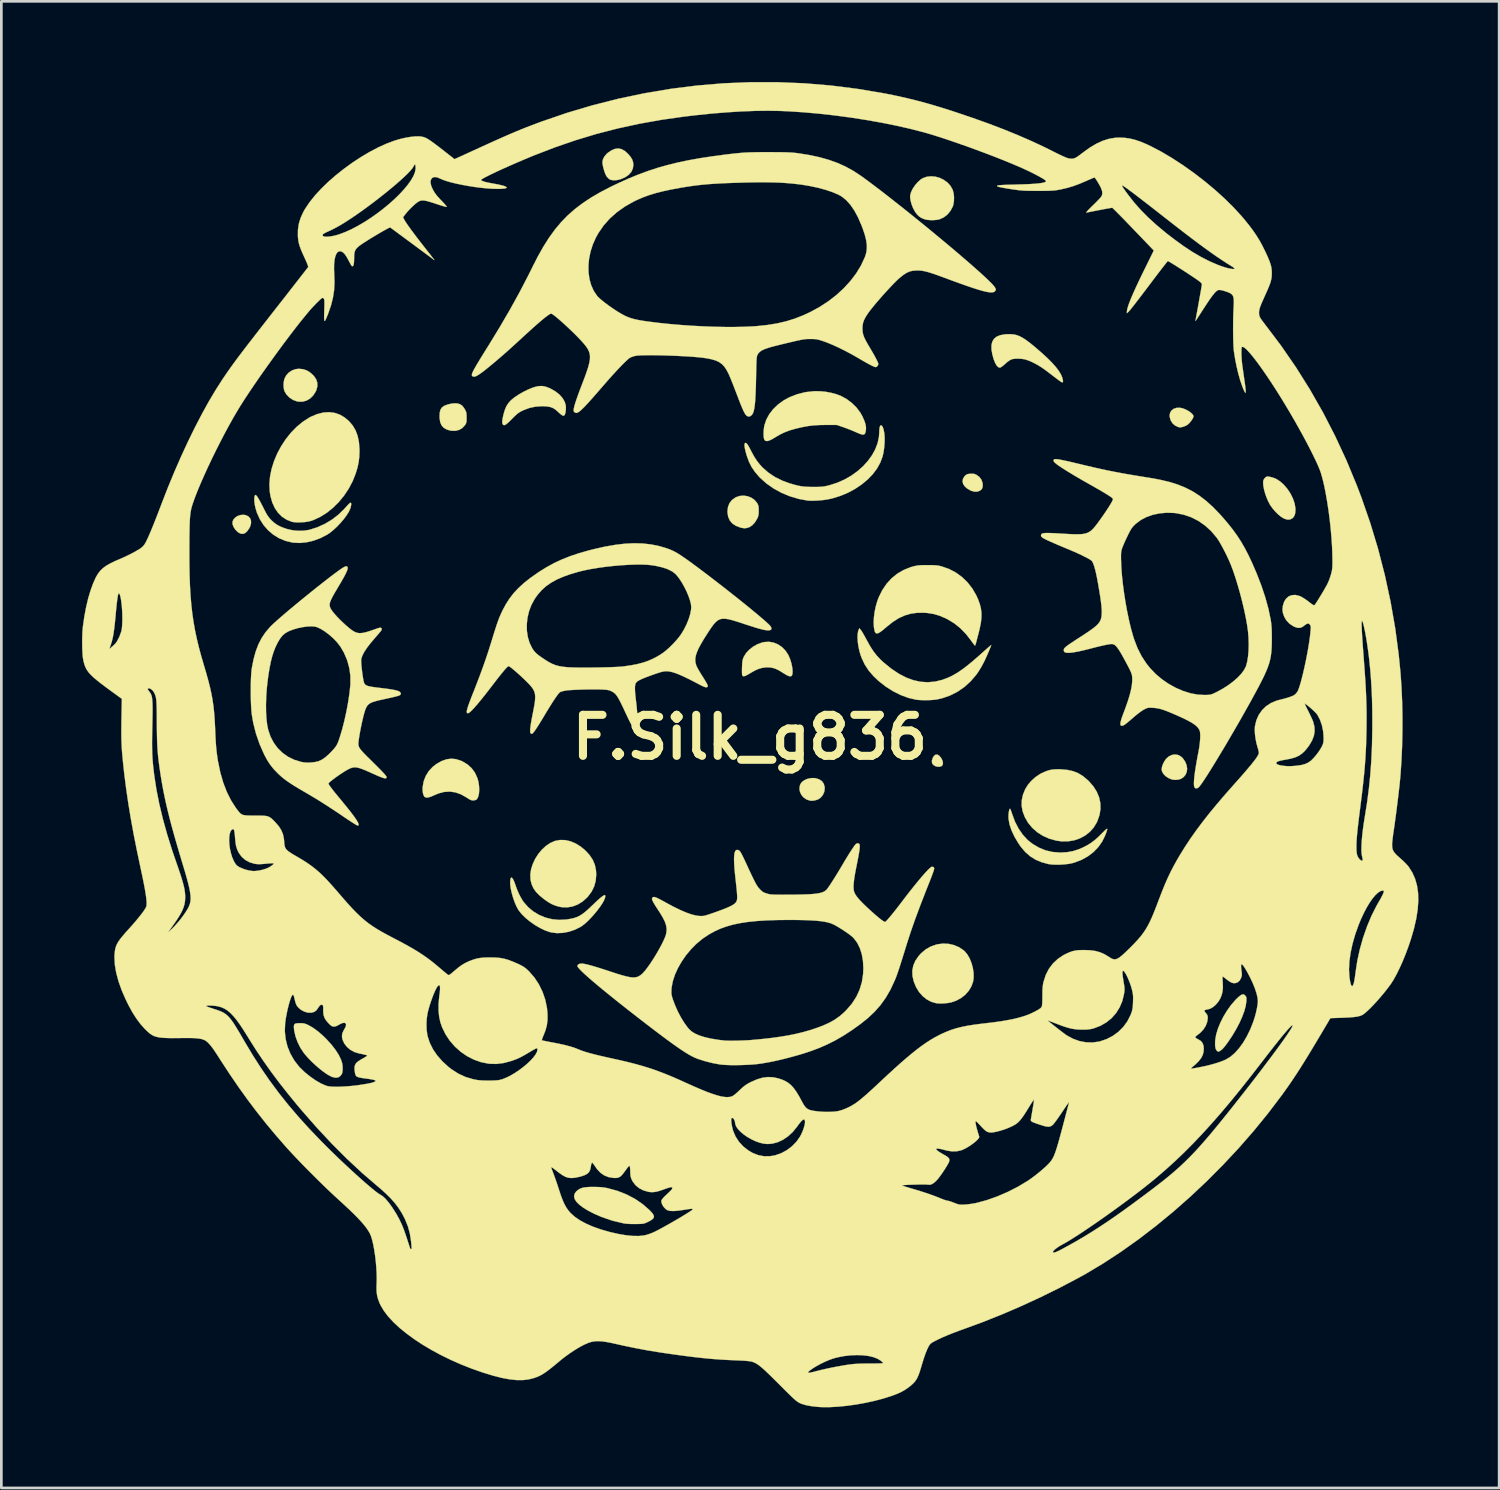
<source format=kicad_pcb>
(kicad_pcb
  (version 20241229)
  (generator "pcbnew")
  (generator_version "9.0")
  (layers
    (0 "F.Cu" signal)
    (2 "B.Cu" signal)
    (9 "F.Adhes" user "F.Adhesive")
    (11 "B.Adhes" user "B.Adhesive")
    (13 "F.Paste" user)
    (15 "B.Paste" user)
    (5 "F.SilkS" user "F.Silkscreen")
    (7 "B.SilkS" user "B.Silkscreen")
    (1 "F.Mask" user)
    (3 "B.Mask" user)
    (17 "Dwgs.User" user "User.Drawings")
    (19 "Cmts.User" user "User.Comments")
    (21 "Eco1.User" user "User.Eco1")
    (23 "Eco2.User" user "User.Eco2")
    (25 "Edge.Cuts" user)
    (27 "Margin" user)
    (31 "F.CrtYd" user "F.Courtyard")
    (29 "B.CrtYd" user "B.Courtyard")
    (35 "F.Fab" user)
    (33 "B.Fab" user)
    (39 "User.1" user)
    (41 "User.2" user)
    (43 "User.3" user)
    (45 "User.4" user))
  (footprint "F.Silk_g836"
    (layer "F.Cu")
    (at 24.823 24.354)
    (property "Reference" "F.Silk_g836" (at 0 0 0) (layer "F.SilkS") (effects (font (size 1.524 1.524) (thickness 0.3))))
    (attr through_hole)
    (fp_poly (pts (xy 7.034 0.682) (xy 7.102 0.761) (xy 7.112 0.776) (xy 7.159 0.872) (xy 7.176 0.958) (xy 7.163 1.028) (xy 7.128 1.068) (xy 7.058 1.095) (xy 6.97 1.095) (xy 6.901 1.077) (xy 6.816 1.027) (xy 6.77 0.958) (xy 6.763 0.873) (xy 6.792 0.774) (xy 6.843 0.689) (xy 6.902 0.646) (xy 6.967 0.643) (xy 7.034 0.682)) (stroke (width 0.01) (type solid)) (fill yes) (layer "F.SilkS"))
    (fp_poly (pts (xy -18.738 -8.257) (xy -18.644 -8.212) (xy -18.578 -8.142) (xy -18.544 -8.051) (xy -18.543 -7.946) (xy -18.577 -7.831) (xy -18.604 -7.776) (xy -18.682 -7.662) (xy -18.762 -7.59) (xy -18.845 -7.56) (xy -18.932 -7.57) (xy -19.025 -7.621) (xy -19.032 -7.626) (xy -19.125 -7.717) (xy -19.195 -7.825) (xy -19.232 -7.93) (xy -19.229 -8.019) (xy -19.191 -8.101) (xy -19.125 -8.172) (xy -19.037 -8.227) (xy -18.935 -8.261) (xy -18.825 -8.27) (xy -18.738 -8.257)) (stroke (width 0.01) (type solid)) (fill yes) (layer "F.SilkS"))
    (fp_poly (pts (xy 15.914 0.657) (xy 16.021 0.714) (xy 16.096 0.785) (xy 16.182 0.912) (xy 16.233 1.042) (xy 16.251 1.171) (xy 16.235 1.292) (xy 16.187 1.4) (xy 16.107 1.49) (xy 16.013 1.548) (xy 15.913 1.576) (xy 15.798 1.584) (xy 15.692 1.57) (xy 15.684 1.568) (xy 15.557 1.515) (xy 15.449 1.443) (xy 15.367 1.358) (xy 15.317 1.265) (xy 15.303 1.187) (xy 15.317 1.099) (xy 15.353 0.996) (xy 15.405 0.893) (xy 15.467 0.805) (xy 15.569 0.712) (xy 15.682 0.657) (xy 15.799 0.638) (xy 15.914 0.657)) (stroke (width 0.01) (type solid)) (fill yes) (layer "F.SilkS"))
    (fp_poly (pts (xy 8.349 -9.786) (xy 8.414 -9.758) (xy 8.424 -9.753) (xy 8.532 -9.673) (xy 8.608 -9.568) (xy 8.648 -9.445) (xy 8.652 -9.412) (xy 8.652 -9.314) (xy 8.629 -9.242) (xy 8.578 -9.187) (xy 8.545 -9.164) (xy 8.447 -9.129) (xy 8.334 -9.131) (xy 8.21 -9.169) (xy 8.199 -9.174) (xy 8.072 -9.248) (xy 7.98 -9.332) (xy 7.923 -9.424) (xy 7.904 -9.52) (xy 7.923 -9.615) (xy 7.982 -9.706) (xy 8.003 -9.728) (xy 8.047 -9.763) (xy 8.097 -9.783) (xy 8.168 -9.794) (xy 8.197 -9.796) (xy 8.283 -9.797) (xy 8.349 -9.786)) (stroke (width 0.01) (type solid)) (fill yes) (layer "F.SilkS"))
    (fp_poly (pts (xy -16.603 -13.681) (xy -16.462 -13.632) (xy -16.338 -13.553) (xy -16.211 -13.437) (xy -16.125 -13.312) (xy -16.08 -13.181) (xy -16.077 -13.043) (xy -16.116 -12.899) (xy -16.141 -12.846) (xy -16.234 -12.702) (xy -16.348 -12.591) (xy -16.479 -12.515) (xy -16.622 -12.475) (xy -16.775 -12.475) (xy -16.839 -12.487) (xy -16.984 -12.541) (xy -17.116 -12.628) (xy -17.224 -12.74) (xy -17.295 -12.856) (xy -17.323 -12.952) (xy -17.334 -13.071) (xy -17.329 -13.195) (xy -17.306 -13.307) (xy -17.303 -13.318) (xy -17.237 -13.449) (xy -17.139 -13.557) (xy -17.017 -13.637) (xy -16.878 -13.685) (xy -16.761 -13.697) (xy -16.603 -13.681)) (stroke (width 0.01) (type solid)) (fill yes) (layer "F.SilkS"))
    (fp_poly (pts (xy 2.447 1.523) (xy 2.578 1.564) (xy 2.678 1.632) (xy 2.745 1.727) (xy 2.778 1.846) (xy 2.781 1.905) (xy 2.763 2.03) (xy 2.711 2.145) (xy 2.633 2.24) (xy 2.534 2.309) (xy 2.437 2.34) (xy 2.377 2.351) (xy 2.332 2.359) (xy 2.328 2.359) (xy 2.287 2.359) (xy 2.228 2.352) (xy 2.223 2.351) (xy 2.098 2.308) (xy 1.994 2.236) (xy 1.914 2.142) (xy 1.862 2.033) (xy 1.841 1.916) (xy 1.856 1.798) (xy 1.877 1.741) (xy 1.938 1.659) (xy 2.031 1.591) (xy 2.145 1.543) (xy 2.273 1.517) (xy 2.405 1.516) (xy 2.447 1.523)) (stroke (width 0.01) (type solid)) (fill yes) (layer "F.SilkS"))
    (fp_poly (pts (xy -4.766 -21.859) (xy -4.647 -21.791) (xy -4.537 -21.693) (xy -4.438 -21.578) (xy -4.373 -21.471) (xy -4.34 -21.364) (xy -4.332 -21.275) (xy -4.352 -21.136) (xy -4.411 -21.011) (xy -4.508 -20.903) (xy -4.641 -20.813) (xy -4.802 -20.744) (xy -4.936 -20.711) (xy -5.061 -20.702) (xy -5.167 -20.718) (xy -5.221 -20.742) (xy -5.273 -20.786) (xy -5.325 -20.848) (xy -5.343 -20.876) (xy -5.38 -20.955) (xy -5.417 -21.059) (xy -5.449 -21.173) (xy -5.472 -21.281) (xy -5.482 -21.368) (xy -5.482 -21.375) (xy -5.463 -21.481) (xy -5.407 -21.589) (xy -5.322 -21.689) (xy -5.284 -21.722) (xy -5.143 -21.817) (xy -5.012 -21.872) (xy -4.887 -21.886) (xy -4.766 -21.859)) (stroke (width 0.01) (type solid)) (fill yes) (layer "F.SilkS"))
    (fp_poly (pts (xy 16 -12.246) (xy 16.099 -12.223) (xy 16.2 -12.182) (xy 16.298 -12.13) (xy 16.383 -12.071) (xy 16.448 -12.011) (xy 16.484 -11.955) (xy 16.489 -11.93) (xy 16.475 -11.88) (xy 16.437 -11.813) (xy 16.385 -11.739) (xy 16.325 -11.67) (xy 16.267 -11.618) (xy 16.26 -11.613) (xy 16.187 -11.573) (xy 16.104 -11.542) (xy 16.087 -11.537) (xy 16.026 -11.524) (xy 15.99 -11.519) (xy 15.96 -11.522) (xy 15.92 -11.533) (xy 15.912 -11.536) (xy 15.795 -11.592) (xy 15.701 -11.679) (xy 15.635 -11.79) (xy 15.602 -11.917) (xy 15.6 -11.963) (xy 15.619 -12.065) (xy 15.672 -12.148) (xy 15.753 -12.21) (xy 15.858 -12.244) (xy 15.98 -12.248) (xy 16 -12.246)) (stroke (width 0.01) (type solid)) (fill yes) (layer "F.SilkS"))
    (fp_poly (pts (xy -0.083 -8.959) (xy 0.053 -8.905) (xy 0.171 -8.823) (xy 0.263 -8.714) (xy 0.271 -8.701) (xy 0.3 -8.646) (xy 0.317 -8.595) (xy 0.326 -8.532) (xy 0.328 -8.443) (xy 0.328 -8.424) (xy 0.326 -8.327) (xy 0.317 -8.255) (xy 0.299 -8.192) (xy 0.268 -8.121) (xy 0.266 -8.119) (xy 0.182 -7.981) (xy 0.081 -7.875) (xy -0.032 -7.804) (xy -0.154 -7.772) (xy -0.204 -7.77) (xy -0.263 -7.777) (xy -0.336 -7.792) (xy -0.36 -7.798) (xy -0.524 -7.861) (xy -0.653 -7.947) (xy -0.747 -8.058) (xy -0.807 -8.193) (xy -0.833 -8.353) (xy -0.834 -8.403) (xy -0.814 -8.563) (xy -0.759 -8.702) (xy -0.668 -8.818) (xy -0.544 -8.909) (xy -0.514 -8.925) (xy -0.374 -8.971) (xy -0.228 -8.982) (xy -0.083 -8.959)) (stroke (width 0.01) (type solid)) (fill yes) (layer "F.SilkS"))
    (fp_poly (pts (xy -10.869 -12.408) (xy -10.856 -12.405) (xy -10.765 -12.375) (xy -10.694 -12.325) (xy -10.63 -12.247) (xy -10.596 -12.191) (xy -10.564 -12.132) (xy -10.545 -12.08) (xy -10.535 -12.024) (xy -10.531 -11.948) (xy -10.53 -11.882) (xy -10.531 -11.788) (xy -10.536 -11.723) (xy -10.548 -11.677) (xy -10.569 -11.635) (xy -10.595 -11.596) (xy -10.688 -11.496) (xy -10.804 -11.427) (xy -10.933 -11.393) (xy -10.986 -11.391) (xy -11.059 -11.393) (xy -11.121 -11.398) (xy -11.144 -11.402) (xy -11.283 -11.446) (xy -11.388 -11.51) (xy -11.463 -11.598) (xy -11.511 -11.713) (xy -11.533 -11.859) (xy -11.535 -11.947) (xy -11.526 -12.081) (xy -11.498 -12.183) (xy -11.447 -12.259) (xy -11.369 -12.315) (xy -11.341 -12.329) (xy -11.224 -12.372) (xy -11.096 -12.401) (xy -10.973 -12.414) (xy -10.869 -12.408)) (stroke (width 0.01) (type solid)) (fill yes) (layer "F.SilkS"))
    (fp_poly (pts (xy 18.387 9.577) (xy 18.412 9.602) (xy 18.438 9.636) (xy 18.452 9.671) (xy 18.456 9.719) (xy 18.454 9.793) (xy 18.452 9.821) (xy 18.426 9.993) (xy 18.372 10.188) (xy 18.292 10.402) (xy 18.189 10.629) (xy 18.065 10.863) (xy 17.923 11.1) (xy 17.766 11.334) (xy 17.658 11.48) (xy 17.586 11.564) (xy 17.514 11.63) (xy 17.449 11.672) (xy 17.408 11.684) (xy 17.377 11.67) (xy 17.346 11.642) (xy 17.309 11.572) (xy 17.291 11.465) (xy 17.291 11.322) (xy 17.297 11.242) (xy 17.331 11.045) (xy 17.396 10.831) (xy 17.487 10.607) (xy 17.6 10.382) (xy 17.732 10.164) (xy 17.878 9.959) (xy 18.034 9.777) (xy 18.065 9.745) (xy 18.161 9.652) (xy 18.237 9.591) (xy 18.297 9.559) (xy 18.345 9.555) (xy 18.387 9.577)) (stroke (width 0.01) (type solid)) (fill yes) (layer "F.SilkS"))
    (fp_poly (pts (xy 6.899 -20.837) (xy 7.059 -20.791) (xy 7.209 -20.717) (xy 7.343 -20.619) (xy 7.453 -20.499) (xy 7.533 -20.359) (xy 7.537 -20.347) (xy 7.572 -20.221) (xy 7.587 -20.075) (xy 7.583 -19.927) (xy 7.561 -19.792) (xy 7.542 -19.733) (xy 7.456 -19.569) (xy 7.343 -19.432) (xy 7.208 -19.326) (xy 7.054 -19.255) (xy 7.04 -19.251) (xy 6.947 -19.232) (xy 6.831 -19.223) (xy 6.708 -19.223) (xy 6.595 -19.232) (xy 6.509 -19.249) (xy 6.39 -19.295) (xy 6.296 -19.353) (xy 6.214 -19.432) (xy 6.137 -19.536) (xy 6.068 -19.663) (xy 6.012 -19.801) (xy 5.974 -19.939) (xy 5.955 -20.066) (xy 5.958 -20.148) (xy 5.992 -20.266) (xy 6.055 -20.394) (xy 6.141 -20.521) (xy 6.24 -20.636) (xy 6.347 -20.731) (xy 6.427 -20.782) (xy 6.576 -20.835) (xy 6.735 -20.852) (xy 6.899 -20.837)) (stroke (width 0.01) (type solid)) (fill yes) (layer "F.SilkS"))
    (fp_poly (pts (xy 19.285 -9.688) (xy 19.339 -9.678) (xy 19.426 -9.655) (xy 19.513 -9.625) (xy 19.549 -9.609) (xy 19.701 -9.515) (xy 19.844 -9.388) (xy 19.975 -9.235) (xy 20.089 -9.064) (xy 20.18 -8.883) (xy 20.244 -8.7) (xy 20.275 -8.522) (xy 20.278 -8.462) (xy 20.268 -8.329) (xy 20.237 -8.229) (xy 20.184 -8.157) (xy 20.147 -8.129) (xy 20.068 -8.094) (xy 19.985 -8.09) (xy 19.888 -8.117) (xy 19.836 -8.139) (xy 19.743 -8.196) (xy 19.639 -8.28) (xy 19.532 -8.385) (xy 19.432 -8.501) (xy 19.347 -8.618) (xy 19.326 -8.653) (xy 19.26 -8.779) (xy 19.201 -8.919) (xy 19.15 -9.065) (xy 19.111 -9.209) (xy 19.085 -9.342) (xy 19.075 -9.456) (xy 19.082 -9.542) (xy 19.084 -9.548) (xy 19.115 -9.61) (xy 19.162 -9.659) (xy 19.199 -9.684) (xy 19.235 -9.693) (xy 19.285 -9.688)) (stroke (width 0.01) (type solid)) (fill yes) (layer "F.SilkS"))
    (fp_poly (pts (xy 7.387 7.678) (xy 7.586 7.724) (xy 7.772 7.803) (xy 7.936 7.912) (xy 7.981 7.951) (xy 8.081 8.07) (xy 8.168 8.22) (xy 8.237 8.391) (xy 8.286 8.574) (xy 8.314 8.76) (xy 8.316 8.939) (xy 8.296 9.078) (xy 8.234 9.256) (xy 8.135 9.421) (xy 8.004 9.568) (xy 7.847 9.693) (xy 7.667 9.79) (xy 7.489 9.851) (xy 7.361 9.876) (xy 7.217 9.891) (xy 7.074 9.895) (xy 6.949 9.888) (xy 6.921 9.883) (xy 6.742 9.832) (xy 6.573 9.742) (xy 6.419 9.619) (xy 6.285 9.465) (xy 6.176 9.286) (xy 6.175 9.285) (xy 6.088 9.071) (xy 6.042 8.867) (xy 6.037 8.67) (xy 6.074 8.482) (xy 6.152 8.302) (xy 6.272 8.129) (xy 6.36 8.031) (xy 6.531 7.886) (xy 6.719 7.778) (xy 6.93 7.704) (xy 6.978 7.693) (xy 7.181 7.667) (xy 7.387 7.678)) (stroke (width 0.01) (type solid)) (fill yes) (layer "F.SilkS"))
    (fp_poly (pts (xy -16.63 10.628) (xy -16.557 10.64) (xy -16.485 10.664) (xy -16.414 10.697) (xy -16.244 10.793) (xy -16.062 10.925) (xy -15.875 11.086) (xy -15.723 11.236) (xy -15.548 11.431) (xy -15.401 11.621) (xy -15.284 11.803) (xy -15.201 11.973) (xy -15.157 12.109) (xy -15.14 12.213) (xy -15.136 12.321) (xy -15.142 12.42) (xy -15.159 12.495) (xy -15.165 12.509) (xy -15.228 12.595) (xy -15.307 12.643) (xy -15.404 12.653) (xy -15.521 12.626) (xy -15.589 12.597) (xy -15.707 12.531) (xy -15.843 12.437) (xy -15.99 12.323) (xy -16.141 12.193) (xy -16.288 12.056) (xy -16.424 11.916) (xy -16.542 11.781) (xy -16.581 11.732) (xy -16.707 11.541) (xy -16.811 11.332) (xy -16.89 11.115) (xy -16.937 10.904) (xy -16.945 10.844) (xy -16.95 10.75) (xy -16.942 10.688) (xy -16.912 10.65) (xy -16.854 10.632) (xy -16.763 10.626) (xy -16.725 10.626) (xy -16.63 10.628)) (stroke (width 0.01) (type solid)) (fill yes) (layer "F.SilkS"))
    (fp_poly (pts (xy -6.867 3.821) (xy -6.672 3.865) (xy -6.476 3.947) (xy -6.285 4.066) (xy -6.119 4.204) (xy -5.961 4.375) (xy -5.843 4.552) (xy -5.763 4.741) (xy -5.721 4.944) (xy -5.712 5.101) (xy -5.731 5.33) (xy -5.788 5.541) (xy -5.884 5.737) (xy -6.02 5.92) (xy -6.053 5.956) (xy -6.218 6.104) (xy -6.398 6.215) (xy -6.589 6.288) (xy -6.788 6.322) (xy -6.99 6.316) (xy -7.126 6.288) (xy -7.258 6.246) (xy -7.379 6.193) (xy -7.501 6.123) (xy -7.637 6.028) (xy -7.658 6.012) (xy -7.822 5.877) (xy -7.95 5.747) (xy -8.044 5.615) (xy -8.109 5.475) (xy -8.149 5.321) (xy -8.156 5.281) (xy -8.162 5.096) (xy -8.133 4.904) (xy -8.071 4.71) (xy -7.982 4.52) (xy -7.868 4.341) (xy -7.735 4.179) (xy -7.585 4.04) (xy -7.423 3.93) (xy -7.253 3.855) (xy -7.247 3.853) (xy -7.06 3.817) (xy -6.867 3.821)) (stroke (width 0.01) (type solid)) (fill yes) (layer "F.SilkS"))
    (fp_poly (pts (xy 11.568 1.191) (xy 11.805 1.213) (xy 12.015 1.26) (xy 12.205 1.336) (xy 12.382 1.445) (xy 12.555 1.59) (xy 12.596 1.629) (xy 12.764 1.821) (xy 12.892 2.023) (xy 12.979 2.232) (xy 13.026 2.448) (xy 13.03 2.668) (xy 12.994 2.891) (xy 12.915 3.116) (xy 12.888 3.173) (xy 12.773 3.361) (xy 12.627 3.522) (xy 12.456 3.655) (xy 12.262 3.758) (xy 12.05 3.83) (xy 11.826 3.867) (xy 11.592 3.869) (xy 11.388 3.841) (xy 11.13 3.769) (xy 10.892 3.664) (xy 10.679 3.528) (xy 10.493 3.364) (xy 10.337 3.174) (xy 10.219 2.969) (xy 10.139 2.758) (xy 10.1 2.55) (xy 10.104 2.343) (xy 10.149 2.135) (xy 10.236 1.922) (xy 10.237 1.921) (xy 10.333 1.766) (xy 10.461 1.617) (xy 10.611 1.482) (xy 10.771 1.372) (xy 10.837 1.337) (xy 10.978 1.273) (xy 11.102 1.229) (xy 11.223 1.202) (xy 11.355 1.19) (xy 11.511 1.189) (xy 11.568 1.191)) (stroke (width 0.01) (type solid)) (fill yes) (layer "F.SilkS"))
    (fp_poly (pts (xy -10.925 0.812) (xy -10.746 0.869) (xy -10.679 0.899) (xy -10.493 1.012) (xy -10.339 1.153) (xy -10.218 1.32) (xy -10.129 1.516) (xy -10.127 1.522) (xy -10.089 1.66) (xy -10.068 1.807) (xy -10.061 1.952) (xy -10.07 2.086) (xy -10.095 2.2) (xy -10.134 2.283) (xy -10.136 2.286) (xy -10.177 2.324) (xy -10.237 2.342) (xy -10.268 2.345) (xy -10.315 2.345) (xy -10.359 2.336) (xy -10.41 2.314) (xy -10.477 2.274) (xy -10.538 2.234) (xy -10.741 2.12) (xy -10.944 2.048) (xy -11.149 2.018) (xy -11.356 2.03) (xy -11.567 2.084) (xy -11.723 2.149) (xy -11.853 2.206) (xy -11.955 2.236) (xy -12.03 2.241) (xy -12.084 2.22) (xy -12.095 2.211) (xy -12.133 2.147) (xy -12.158 2.051) (xy -12.167 1.932) (xy -12.163 1.847) (xy -12.125 1.634) (xy -12.048 1.436) (xy -11.935 1.255) (xy -11.788 1.097) (xy -11.645 0.988) (xy -11.458 0.883) (xy -11.278 0.819) (xy -11.101 0.795) (xy -10.925 0.812)) (stroke (width 0.01) (type solid)) (fill yes) (layer "F.SilkS"))
    (fp_poly (pts (xy -5.653 16.715) (xy -5.525 16.722) (xy -5.413 16.736) (xy -5.303 16.756) (xy -5.285 16.76) (xy -4.924 16.859) (xy -4.585 16.992) (xy -4.271 17.157) (xy -3.983 17.355) (xy -3.732 17.574) (xy -3.64 17.671) (xy -3.585 17.75) (xy -3.566 17.816) (xy -3.585 17.874) (xy -3.642 17.929) (xy -3.738 17.986) (xy -3.785 18.009) (xy -3.851 18.04) (xy -3.904 18.062) (xy -3.954 18.075) (xy -4.012 18.084) (xy -4.088 18.088) (xy -4.192 18.09) (xy -4.244 18.091) (xy -4.391 18.091) (xy -4.527 18.085) (xy -4.639 18.075) (xy -4.688 18.067) (xy -5.113 17.966) (xy -5.52 17.826) (xy -5.791 17.708) (xy -6.014 17.593) (xy -6.198 17.481) (xy -6.342 17.371) (xy -6.447 17.266) (xy -6.512 17.164) (xy -6.536 17.066) (xy -6.519 16.974) (xy -6.461 16.887) (xy -6.437 16.864) (xy -6.367 16.809) (xy -6.292 16.768) (xy -6.204 16.74) (xy -6.096 16.723) (xy -5.959 16.714) (xy -5.81 16.712) (xy -5.653 16.715)) (stroke (width 0.01) (type solid)) (fill yes) (layer "F.SilkS"))
    (fp_poly (pts (xy 0.881 -3.519) (xy 1.044 -3.453) (xy 1.192 -3.353) (xy 1.321 -3.222) (xy 1.425 -3.065) (xy 1.434 -3.047) (xy 1.494 -2.905) (xy 1.543 -2.746) (xy 1.575 -2.588) (xy 1.587 -2.448) (xy 1.587 -2.446) (xy 1.581 -2.355) (xy 1.561 -2.295) (xy 1.524 -2.267) (xy 1.466 -2.269) (xy 1.385 -2.301) (xy 1.278 -2.363) (xy 1.222 -2.399) (xy 1.07 -2.492) (xy 0.933 -2.555) (xy 0.802 -2.59) (xy 0.667 -2.601) (xy 0.588 -2.598) (xy 0.462 -2.581) (xy 0.342 -2.549) (xy 0.217 -2.497) (xy 0.076 -2.421) (xy 0.011 -2.382) (xy -0.097 -2.319) (xy -0.176 -2.281) (xy -0.23 -2.268) (xy -0.265 -2.277) (xy -0.285 -2.309) (xy -0.288 -2.319) (xy -0.293 -2.361) (xy -0.295 -2.435) (xy -0.295 -2.529) (xy -0.292 -2.62) (xy -0.287 -2.735) (xy -0.279 -2.82) (xy -0.266 -2.886) (xy -0.247 -2.945) (xy -0.227 -2.992) (xy -0.143 -3.128) (xy -0.026 -3.254) (xy 0.116 -3.366) (xy 0.276 -3.457) (xy 0.445 -3.52) (xy 0.535 -3.54) (xy 0.71 -3.55) (xy 0.881 -3.519)) (stroke (width 0.01) (type solid)) (fill yes) (layer "F.SilkS"))
    (fp_poly (pts (xy -15.438 -12.059) (xy -15.244 -11.993) (xy -15.061 -11.886) (xy -14.906 -11.755) (xy -14.766 -11.592) (xy -14.658 -11.409) (xy -14.58 -11.202) (xy -14.532 -10.97) (xy -14.512 -10.708) (xy -14.511 -10.636) (xy -14.519 -10.425) (xy -14.542 -10.23) (xy -14.583 -10.035) (xy -14.646 -9.824) (xy -14.65 -9.811) (xy -14.764 -9.522) (xy -14.91 -9.245) (xy -15.082 -8.986) (xy -15.278 -8.747) (xy -15.494 -8.532) (xy -15.725 -8.346) (xy -15.969 -8.193) (xy -16.22 -8.076) (xy -16.32 -8.042) (xy -16.426 -8.016) (xy -16.556 -7.998) (xy -16.694 -7.989) (xy -16.829 -7.987) (xy -16.946 -7.995) (xy -17.025 -8.01) (xy -17.22 -8.088) (xy -17.392 -8.199) (xy -17.538 -8.344) (xy -17.659 -8.52) (xy -17.753 -8.727) (xy -17.819 -8.963) (xy -17.847 -9.134) (xy -17.86 -9.407) (xy -17.836 -9.69) (xy -17.778 -9.977) (xy -17.687 -10.265) (xy -17.568 -10.548) (xy -17.421 -10.822) (xy -17.251 -11.081) (xy -17.059 -11.321) (xy -16.849 -11.537) (xy -16.622 -11.725) (xy -16.382 -11.88) (xy -16.31 -11.918) (xy -16.08 -12.014) (xy -15.857 -12.07) (xy -15.643 -12.085) (xy -15.438 -12.059)) (stroke (width 0.01) (type solid)) (fill yes) (layer "F.SilkS"))
    (fp_poly (pts (xy 2.614 -12.862) (xy 2.817 -12.842) (xy 3.024 -12.803) (xy 3.219 -12.75) (xy 3.373 -12.692) (xy 3.587 -12.577) (xy 3.784 -12.43) (xy 3.958 -12.26) (xy 4.101 -12.071) (xy 4.181 -11.929) (xy 4.251 -11.772) (xy 4.295 -11.64) (xy 4.315 -11.525) (xy 4.312 -11.42) (xy 4.296 -11.34) (xy 4.276 -11.288) (xy 4.246 -11.257) (xy 4.202 -11.248) (xy 4.138 -11.261) (xy 4.047 -11.295) (xy 3.957 -11.334) (xy 3.844 -11.383) (xy 3.711 -11.437) (xy 3.575 -11.489) (xy 3.484 -11.522) (xy 3.228 -11.61) (xy 2.826 -11.61) (xy 2.59 -11.606) (xy 2.381 -11.594) (xy 2.184 -11.571) (xy 1.984 -11.536) (xy 1.767 -11.487) (xy 1.704 -11.472) (xy 1.482 -11.408) (xy 1.286 -11.334) (xy 1.101 -11.244) (xy 0.936 -11.146) (xy 0.81 -11.072) (xy 0.71 -11.026) (xy 0.633 -11.009) (xy 0.577 -11.02) (xy 0.543 -11.051) (xy 0.523 -11.104) (xy 0.511 -11.188) (xy 0.508 -11.292) (xy 0.513 -11.407) (xy 0.526 -11.521) (xy 0.541 -11.599) (xy 0.612 -11.81) (xy 0.721 -12.011) (xy 0.866 -12.198) (xy 1.044 -12.369) (xy 1.251 -12.519) (xy 1.462 -12.635) (xy 1.756 -12.751) (xy 2.061 -12.828) (xy 2.374 -12.863) (xy 2.614 -12.862)) (stroke (width 0.01) (type solid)) (fill yes) (layer "F.SilkS"))
    (fp_poly (pts (xy 9.8 -14.974) (xy 9.911 -14.95) (xy 10.022 -14.909) (xy 10.138 -14.848) (xy 10.265 -14.765) (xy 10.409 -14.657) (xy 10.576 -14.522) (xy 10.595 -14.505) (xy 10.84 -14.294) (xy 11.05 -14.102) (xy 11.225 -13.927) (xy 11.367 -13.768) (xy 11.478 -13.622) (xy 11.559 -13.489) (xy 11.611 -13.366) (xy 11.633 -13.277) (xy 11.638 -13.226) (xy 11.631 -13.197) (xy 11.609 -13.192) (xy 11.566 -13.212) (xy 11.498 -13.257) (xy 11.409 -13.324) (xy 11.317 -13.394) (xy 11.207 -13.478) (xy 11.093 -13.565) (xy 11.007 -13.631) (xy 10.854 -13.74) (xy 10.691 -13.841) (xy 10.527 -13.928) (xy 10.372 -13.998) (xy 10.238 -14.043) (xy 10.235 -14.044) (xy 10.115 -14.065) (xy 9.983 -14.074) (xy 9.855 -14.071) (xy 9.748 -14.055) (xy 9.73 -14.05) (xy 9.661 -14.016) (xy 9.572 -13.953) (xy 9.49 -13.881) (xy 9.418 -13.818) (xy 9.354 -13.77) (xy 9.307 -13.742) (xy 9.291 -13.737) (xy 9.23 -13.758) (xy 9.17 -13.819) (xy 9.113 -13.919) (xy 9.06 -14.055) (xy 9.013 -14.224) (xy 8.98 -14.412) (xy 8.978 -14.571) (xy 9.009 -14.703) (xy 9.071 -14.808) (xy 9.167 -14.888) (xy 9.297 -14.943) (xy 9.461 -14.975) (xy 9.551 -14.982) (xy 9.682 -14.983) (xy 9.8 -14.974)) (stroke (width 0.01) (type solid)) (fill yes) (layer "F.SilkS"))
    (fp_poly (pts (xy -7.591 -13.032) (xy -7.446 -12.977) (xy -7.401 -12.955) (xy -7.226 -12.854) (xy -7.079 -12.737) (xy -6.965 -12.609) (xy -6.885 -12.473) (xy -6.845 -12.334) (xy -6.844 -12.331) (xy -6.839 -12.244) (xy -6.844 -12.151) (xy -6.856 -12.065) (xy -6.876 -11.999) (xy -6.893 -11.97) (xy -6.92 -11.953) (xy -6.953 -11.955) (xy -6.999 -11.981) (xy -7.062 -12.031) (xy -7.146 -12.109) (xy -7.237 -12.187) (xy -7.329 -12.242) (xy -7.43 -12.278) (xy -7.551 -12.298) (xy -7.7 -12.305) (xy -7.747 -12.305) (xy -7.979 -12.288) (xy -8.197 -12.241) (xy -8.415 -12.159) (xy -8.464 -12.136) (xy -8.536 -12.099) (xy -8.6 -12.058) (xy -8.665 -12.007) (xy -8.74 -11.939) (xy -8.833 -11.846) (xy -8.85 -11.829) (xy -8.948 -11.731) (xy -9.023 -11.663) (xy -9.079 -11.621) (xy -9.122 -11.603) (xy -9.155 -11.606) (xy -9.182 -11.625) (xy -9.202 -11.67) (xy -9.205 -11.747) (xy -9.19 -11.859) (xy -9.156 -12.007) (xy -9.156 -12.01) (xy -9.107 -12.173) (xy -9.051 -12.305) (xy -8.981 -12.416) (xy -8.891 -12.517) (xy -8.868 -12.538) (xy -8.747 -12.637) (xy -8.596 -12.738) (xy -8.427 -12.835) (xy -8.252 -12.922) (xy -8.082 -12.992) (xy -8.003 -13.018) (xy -7.858 -13.052) (xy -7.724 -13.057) (xy -7.591 -13.032)) (stroke (width 0.01) (type solid)) (fill yes) (layer "F.SilkS"))
    (fp_poly (pts (xy 9.685 2.679) (xy 9.707 2.734) (xy 9.733 2.81) (xy 9.747 2.852) (xy 9.853 3.138) (xy 9.986 3.395) (xy 10.143 3.622) (xy 10.322 3.816) (xy 10.507 3.963) (xy 10.744 4.103) (xy 10.988 4.202) (xy 11.243 4.262) (xy 11.514 4.284) (xy 11.546 4.284) (xy 11.787 4.271) (xy 12.008 4.231) (xy 12.225 4.162) (xy 12.378 4.096) (xy 12.536 4.014) (xy 12.678 3.926) (xy 12.814 3.824) (xy 12.954 3.7) (xy 13.078 3.578) (xy 13.168 3.488) (xy 13.231 3.429) (xy 13.268 3.402) (xy 13.282 3.409) (xy 13.275 3.451) (xy 13.249 3.529) (xy 13.206 3.643) (xy 13.206 3.643) (xy 13.095 3.873) (xy 12.949 4.081) (xy 12.771 4.265) (xy 12.563 4.424) (xy 12.329 4.554) (xy 12.071 4.653) (xy 11.98 4.679) (xy 11.85 4.705) (xy 11.695 4.723) (xy 11.529 4.734) (xy 11.364 4.735) (xy 11.214 4.728) (xy 11.092 4.711) (xy 11.091 4.711) (xy 10.839 4.642) (xy 10.616 4.548) (xy 10.418 4.424) (xy 10.239 4.268) (xy 10.074 4.075) (xy 9.982 3.943) (xy 9.834 3.695) (xy 9.723 3.458) (xy 9.649 3.236) (xy 9.613 3.028) (xy 9.61 2.943) (xy 9.614 2.854) (xy 9.624 2.771) (xy 9.638 2.705) (xy 9.655 2.663) (xy 9.672 2.656) (xy 9.685 2.679)) (stroke (width 0.01) (type solid)) (fill yes) (layer "F.SilkS"))
    (fp_poly (pts (xy -18.366 -9.003) (xy -18.333 -8.972) (xy -18.324 -8.963) (xy -18.297 -8.925) (xy -18.256 -8.856) (xy -18.205 -8.764) (xy -18.148 -8.656) (xy -18.097 -8.557) (xy -18.032 -8.426) (xy -17.979 -8.326) (xy -17.933 -8.249) (xy -17.89 -8.186) (xy -17.844 -8.13) (xy -17.79 -8.073) (xy -17.784 -8.067) (xy -17.68 -7.972) (xy -17.569 -7.894) (xy -17.442 -7.828) (xy -17.289 -7.769) (xy -17.177 -7.734) (xy -16.989 -7.693) (xy -16.784 -7.675) (xy -16.579 -7.68) (xy -16.389 -7.708) (xy -16.373 -7.712) (xy -16.081 -7.804) (xy -15.797 -7.933) (xy -15.528 -8.095) (xy -15.283 -8.284) (xy -15.067 -8.497) (xy -15.046 -8.522) (xy -14.978 -8.598) (xy -14.918 -8.661) (xy -14.872 -8.704) (xy -14.846 -8.721) (xy -14.845 -8.721) (xy -14.823 -8.702) (xy -14.819 -8.652) (xy -14.832 -8.576) (xy -14.855 -8.498) (xy -14.908 -8.382) (xy -14.991 -8.25) (xy -15.096 -8.108) (xy -15.219 -7.965) (xy -15.351 -7.826) (xy -15.488 -7.7) (xy -15.622 -7.593) (xy -15.719 -7.529) (xy -15.966 -7.402) (xy -16.221 -7.308) (xy -16.478 -7.248) (xy -16.732 -7.223) (xy -16.975 -7.235) (xy -17.007 -7.24) (xy -17.26 -7.3) (xy -17.497 -7.398) (xy -17.714 -7.53) (xy -17.908 -7.695) (xy -18.076 -7.888) (xy -18.216 -8.108) (xy -18.325 -8.351) (xy -18.376 -8.519) (xy -18.402 -8.637) (xy -18.417 -8.754) (xy -18.422 -8.858) (xy -18.415 -8.94) (xy -18.402 -8.982) (xy -18.385 -9.006) (xy -18.366 -9.003)) (stroke (width 0.01) (type solid)) (fill yes) (layer "F.SilkS"))
    (fp_poly (pts (xy -8.838 5.227) (xy -8.801 5.28) (xy -8.759 5.371) (xy -8.711 5.501) (xy -8.7 5.535) (xy -8.649 5.672) (xy -8.585 5.818) (xy -8.513 5.958) (xy -8.441 6.078) (xy -8.414 6.117) (xy -8.247 6.309) (xy -8.053 6.472) (xy -7.836 6.602) (xy -7.601 6.7) (xy -7.352 6.762) (xy -7.094 6.787) (xy -6.83 6.774) (xy -6.795 6.769) (xy -6.654 6.745) (xy -6.532 6.717) (xy -6.424 6.679) (xy -6.322 6.63) (xy -6.219 6.564) (xy -6.109 6.478) (xy -5.985 6.368) (xy -5.84 6.23) (xy -5.831 6.221) (xy -5.693 6.089) (xy -5.58 5.988) (xy -5.493 5.918) (xy -5.429 5.876) (xy -5.388 5.863) (xy -5.379 5.881) (xy -5.376 5.917) (xy -5.391 5.989) (xy -5.434 6.083) (xy -5.499 6.195) (xy -5.583 6.318) (xy -5.682 6.448) (xy -5.79 6.579) (xy -5.904 6.706) (xy -6.018 6.824) (xy -6.13 6.926) (xy -6.234 7.008) (xy -6.291 7.045) (xy -6.507 7.153) (xy -6.732 7.228) (xy -6.959 7.27) (xy -7.181 7.279) (xy -7.391 7.251) (xy -7.432 7.241) (xy -7.612 7.179) (xy -7.801 7.088) (xy -7.991 6.977) (xy -8.174 6.849) (xy -8.342 6.71) (xy -8.486 6.568) (xy -8.598 6.427) (xy -8.613 6.404) (xy -8.681 6.277) (xy -8.747 6.122) (xy -8.806 5.952) (xy -8.855 5.778) (xy -8.891 5.611) (xy -8.909 5.464) (xy -8.911 5.411) (xy -8.906 5.304) (xy -8.891 5.239) (xy -8.868 5.213) (xy -8.838 5.227)) (stroke (width 0.01) (type solid)) (fill yes) (layer "F.SilkS"))
    (fp_poly (pts (xy 4.126 -3.984) (xy 4.156 -3.942) (xy 4.2 -3.87) (xy 4.253 -3.776) (xy 4.312 -3.669) (xy 4.35 -3.598) (xy 4.472 -3.379) (xy 4.594 -3.192) (xy 4.723 -3.027) (xy 4.868 -2.875) (xy 4.983 -2.77) (xy 5.261 -2.545) (xy 5.536 -2.362) (xy 5.807 -2.221) (xy 6.076 -2.122) (xy 6.343 -2.063) (xy 6.609 -2.046) (xy 6.875 -2.069) (xy 7.143 -2.133) (xy 7.332 -2.202) (xy 7.476 -2.267) (xy 7.621 -2.346) (xy 7.772 -2.439) (xy 7.932 -2.551) (xy 8.106 -2.685) (xy 8.298 -2.844) (xy 8.513 -3.03) (xy 8.591 -3.1) (xy 8.695 -3.193) (xy 8.789 -3.276) (xy 8.867 -3.345) (xy 8.926 -3.395) (xy 8.96 -3.424) (xy 8.967 -3.429) (xy 8.965 -3.412) (xy 8.95 -3.369) (xy 8.942 -3.35) (xy 8.918 -3.293) (xy 8.885 -3.212) (xy 8.847 -3.122) (xy 8.834 -3.09) (xy 8.73 -2.859) (xy 8.615 -2.639) (xy 8.495 -2.441) (xy 8.413 -2.324) (xy 8.205 -2.081) (xy 7.972 -1.87) (xy 7.716 -1.694) (xy 7.441 -1.554) (xy 7.147 -1.452) (xy 6.959 -1.408) (xy 6.849 -1.393) (xy 6.712 -1.383) (xy 6.561 -1.379) (xy 6.411 -1.38) (xy 6.275 -1.387) (xy 6.17 -1.399) (xy 5.888 -1.466) (xy 5.604 -1.571) (xy 5.323 -1.711) (xy 5.052 -1.882) (xy 4.796 -2.082) (xy 4.597 -2.27) (xy 4.413 -2.482) (xy 4.266 -2.709) (xy 4.15 -2.957) (xy 4.114 -3.056) (xy 4.068 -3.215) (xy 4.033 -3.38) (xy 4.01 -3.544) (xy 4 -3.697) (xy 4.004 -3.832) (xy 4.022 -3.94) (xy 4.034 -3.975) (xy 4.067 -4.053) (xy 4.126 -3.984)) (stroke (width 0.01) (type solid)) (fill yes) (layer "F.SilkS"))
    (fp_poly (pts (xy 6.746 -6.399) (xy 6.855 -6.395) (xy 6.942 -6.389) (xy 7.017 -6.378) (xy 7.089 -6.362) (xy 7.123 -6.353) (xy 7.397 -6.257) (xy 7.651 -6.125) (xy 7.881 -5.959) (xy 8.087 -5.76) (xy 8.266 -5.531) (xy 8.415 -5.274) (xy 8.483 -5.122) (xy 8.546 -4.949) (xy 8.587 -4.782) (xy 8.607 -4.615) (xy 8.605 -4.44) (xy 8.583 -4.248) (xy 8.539 -4.031) (xy 8.507 -3.902) (xy 8.467 -3.747) (xy 8.436 -3.629) (xy 8.413 -3.541) (xy 8.396 -3.481) (xy 8.384 -3.442) (xy 8.376 -3.42) (xy 8.37 -3.411) (xy 8.364 -3.409) (xy 8.364 -3.409) (xy 8.347 -3.425) (xy 8.312 -3.469) (xy 8.264 -3.534) (xy 8.229 -3.584) (xy 8.03 -3.84) (xy 7.816 -4.059) (xy 7.585 -4.243) (xy 7.331 -4.395) (xy 7.274 -4.423) (xy 7.049 -4.519) (xy 6.829 -4.583) (xy 6.6 -4.62) (xy 6.456 -4.63) (xy 6.205 -4.626) (xy 5.971 -4.593) (xy 5.748 -4.527) (xy 5.531 -4.427) (xy 5.315 -4.29) (xy 5.094 -4.115) (xy 5.065 -4.09) (xy 4.945 -3.988) (xy 4.85 -3.916) (xy 4.776 -3.873) (xy 4.72 -3.859) (xy 4.679 -3.872) (xy 4.651 -3.911) (xy 4.638 -3.943) (xy 4.61 -4.086) (xy 4.6 -4.258) (xy 4.609 -4.449) (xy 4.634 -4.652) (xy 4.676 -4.857) (xy 4.733 -5.056) (xy 4.786 -5.198) (xy 4.917 -5.464) (xy 5.077 -5.701) (xy 5.263 -5.906) (xy 5.475 -6.079) (xy 5.71 -6.217) (xy 5.967 -6.32) (xy 6.05 -6.345) (xy 6.134 -6.366) (xy 6.207 -6.381) (xy 6.282 -6.391) (xy 6.368 -6.397) (xy 6.477 -6.399) (xy 6.604 -6.4) (xy 6.746 -6.399)) (stroke (width 0.01) (type solid)) (fill yes) (layer "F.SilkS"))
    (fp_poly (pts (xy 4.906 -11.581) (xy 4.938 -11.529) (xy 4.967 -11.443) (xy 4.991 -11.328) (xy 4.999 -11.272) (xy 5.009 -11.121) (xy 5.006 -10.945) (xy 4.99 -10.759) (xy 4.964 -10.581) (xy 4.931 -10.436) (xy 4.846 -10.209) (xy 4.724 -9.989) (xy 4.566 -9.779) (xy 4.376 -9.582) (xy 4.158 -9.4) (xy 3.916 -9.237) (xy 3.653 -9.094) (xy 3.372 -8.976) (xy 3.078 -8.884) (xy 2.921 -8.848) (xy 2.81 -8.829) (xy 2.677 -8.813) (xy 2.536 -8.801) (xy 2.397 -8.794) (xy 2.273 -8.792) (xy 2.177 -8.796) (xy 2.159 -8.797) (xy 1.82 -8.859) (xy 1.491 -8.956) (xy 1.178 -9.085) (xy 0.885 -9.245) (xy 0.617 -9.432) (xy 0.379 -9.645) (xy 0.349 -9.676) (xy 0.194 -9.856) (xy 0.068 -10.039) (xy -0.032 -10.236) (xy -0.114 -10.457) (xy -0.163 -10.631) (xy -0.192 -10.765) (xy -0.202 -10.861) (xy -0.193 -10.92) (xy -0.165 -10.943) (xy -0.16 -10.943) (xy -0.132 -10.931) (xy -0.097 -10.894) (xy -0.053 -10.826) (xy 0.002 -10.726) (xy 0.042 -10.647) (xy 0.151 -10.445) (xy 0.26 -10.275) (xy 0.379 -10.125) (xy 0.471 -10.026) (xy 0.689 -9.835) (xy 0.939 -9.67) (xy 1.219 -9.533) (xy 1.461 -9.444) (xy 1.639 -9.391) (xy 1.793 -9.352) (xy 1.936 -9.326) (xy 2.085 -9.312) (xy 2.252 -9.306) (xy 2.371 -9.305) (xy 2.507 -9.306) (xy 2.612 -9.309) (xy 2.697 -9.316) (xy 2.774 -9.327) (xy 2.855 -9.343) (xy 2.949 -9.367) (xy 2.969 -9.372) (xy 3.251 -9.463) (xy 3.519 -9.582) (xy 3.769 -9.725) (xy 3.999 -9.891) (xy 4.207 -10.075) (xy 4.388 -10.275) (xy 4.541 -10.487) (xy 4.662 -10.709) (xy 4.748 -10.937) (xy 4.797 -11.169) (xy 4.807 -11.315) (xy 4.811 -11.435) (xy 4.822 -11.519) (xy 4.839 -11.57) (xy 4.865 -11.593) (xy 4.872 -11.595) (xy 4.906 -11.581)) (stroke (width 0.01) (type solid)) (fill yes) (layer "F.SilkS"))
    (fp_poly (pts (xy -14.97 -6.345) (xy -14.953 -6.321) (xy -14.95 -6.284) (xy -14.961 -6.231) (xy -14.988 -6.159) (xy -15.032 -6.065) (xy -15.095 -5.947) (xy -15.178 -5.8) (xy -15.283 -5.622) (xy -15.332 -5.539) (xy -15.429 -5.375) (xy -15.505 -5.242) (xy -15.56 -5.133) (xy -15.597 -5.046) (xy -15.617 -4.973) (xy -15.621 -4.911) (xy -15.612 -4.855) (xy -15.59 -4.799) (xy -15.573 -4.766) (xy -15.522 -4.689) (xy -15.444 -4.592) (xy -15.343 -4.48) (xy -15.226 -4.359) (xy -15.097 -4.237) (xy -15.024 -4.17) (xy -14.902 -4.065) (xy -14.797 -3.983) (xy -14.703 -3.924) (xy -14.613 -3.887) (xy -14.519 -3.871) (xy -14.415 -3.876) (xy -14.295 -3.899) (xy -14.151 -3.941) (xy -13.977 -4.001) (xy -13.92 -4.021) (xy -13.83 -4.052) (xy -13.772 -4.069) (xy -13.736 -4.074) (xy -13.712 -4.067) (xy -13.699 -4.056) (xy -13.686 -4.039) (xy -13.682 -4.019) (xy -13.691 -3.992) (xy -13.715 -3.954) (xy -13.759 -3.898) (xy -13.824 -3.821) (xy -13.915 -3.718) (xy -13.929 -3.702) (xy -14.098 -3.503) (xy -14.233 -3.327) (xy -14.335 -3.172) (xy -14.405 -3.037) (xy -14.443 -2.92) (xy -14.449 -2.882) (xy -14.45 -2.824) (xy -14.445 -2.735) (xy -14.435 -2.622) (xy -14.421 -2.497) (xy -14.405 -2.369) (xy -14.387 -2.248) (xy -14.37 -2.143) (xy -14.353 -2.064) (xy -14.346 -2.039) (xy -14.326 -1.994) (xy -14.298 -1.958) (xy -14.254 -1.929) (xy -14.191 -1.905) (xy -14.103 -1.884) (xy -13.983 -1.865) (xy -13.829 -1.845) (xy -13.789 -1.84) (xy -13.576 -1.814) (xy -13.402 -1.791) (xy -13.263 -1.768) (xy -13.156 -1.745) (xy -13.078 -1.722) (xy -13.025 -1.697) (xy -12.993 -1.67) (xy -12.98 -1.64) (xy -12.979 -1.638) (xy -12.977 -1.615) (xy -12.981 -1.595) (xy -12.995 -1.577) (xy -13.023 -1.56) (xy -13.07 -1.542) (xy -13.139 -1.522) (xy -13.234 -1.498) (xy -13.36 -1.469) (xy -13.521 -1.434) (xy -13.641 -1.408) (xy -13.81 -1.37) (xy -13.943 -1.334) (xy -14.046 -1.3) (xy -14.123 -1.262) (xy -14.182 -1.218) (xy -14.227 -1.165) (xy -14.264 -1.1) (xy -14.283 -1.058) (xy -14.311 -0.979) (xy -14.344 -0.867) (xy -14.379 -0.728) (xy -14.416 -0.573) (xy -14.451 -0.407) (xy -14.484 -0.24) (xy -14.513 -0.079) (xy -14.535 0.067) (xy -14.541 0.108) (xy -14.549 0.177) (xy -14.553 0.235) (xy -14.551 0.286) (xy -14.539 0.336) (xy -14.516 0.387) (xy -14.478 0.444) (xy -14.422 0.512) (xy -14.347 0.594) (xy -14.249 0.694) (xy -14.125 0.816) (xy -14.01 0.93) (xy -13.858 1.081) (xy -13.736 1.204) (xy -13.641 1.303) (xy -13.573 1.378) (xy -13.528 1.432) (xy -13.507 1.466) (xy -13.504 1.476) (xy -13.508 1.504) (xy -13.523 1.521) (xy -13.552 1.527) (xy -13.599 1.519) (xy -13.668 1.498) (xy -13.763 1.461) (xy -13.886 1.409) (xy -14.042 1.339) (xy -14.118 1.305) (xy -14.284 1.231) (xy -14.42 1.177) (xy -14.53 1.14) (xy -14.622 1.12) (xy -14.701 1.116) (xy -14.774 1.127) (xy -14.848 1.151) (xy -14.912 1.181) (xy -14.99 1.223) (xy -15.083 1.28) (xy -15.186 1.346) (xy -15.292 1.418) (xy -15.395 1.491) (xy -15.489 1.561) (xy -15.569 1.624) (xy -15.628 1.674) (xy -15.659 1.708) (xy -15.663 1.718) (xy -15.65 1.753) (xy -15.608 1.818) (xy -15.538 1.913) (xy -15.441 2.037) (xy -15.314 2.192) (xy -15.272 2.242) (xy -15.091 2.462) (xy -14.938 2.651) (xy -14.811 2.812) (xy -14.71 2.947) (xy -14.634 3.057) (xy -14.581 3.143) (xy -14.55 3.207) (xy -14.541 3.25) (xy -14.553 3.274) (xy -14.58 3.281) (xy -14.608 3.269) (xy -14.665 3.237) (xy -14.746 3.187) (xy -14.847 3.122) (xy -14.961 3.047) (xy -15.051 2.986) (xy -15.359 2.777) (xy -15.643 2.59) (xy -15.911 2.418) (xy -16.172 2.257) (xy -16.434 2.101) (xy -16.552 2.032) (xy -16.758 1.912) (xy -16.931 1.807) (xy -17.077 1.714) (xy -17.202 1.629) (xy -17.312 1.547) (xy -17.411 1.466) (xy -17.506 1.381) (xy -17.54 1.348) (xy -17.699 1.183) (xy -17.834 1.014) (xy -17.953 0.828) (xy -18.051 0.644) (xy -18.221 0.261) (xy -18.359 -0.137) (xy -18.461 -0.538) (xy -18.512 -0.836) (xy -18.527 -0.978) (xy -18.539 -1.149) (xy -18.542 -1.222) (xy -17.987 -1.222) (xy -17.984 -0.94) (xy -17.969 -0.682) (xy -17.941 -0.454) (xy -17.905 -0.279) (xy -17.82 -0.028) (xy -17.701 0.2) (xy -17.551 0.404) (xy -17.371 0.579) (xy -17.166 0.724) (xy -16.938 0.836) (xy -16.689 0.912) (xy -16.584 0.932) (xy -16.463 0.942) (xy -16.323 0.938) (xy -16.182 0.923) (xy -16.058 0.897) (xy -16.029 0.887) (xy -15.909 0.832) (xy -15.782 0.745) (xy -15.644 0.624) (xy -15.534 0.511) (xy -15.457 0.426) (xy -15.399 0.353) (xy -15.354 0.282) (xy -15.315 0.2) (xy -15.276 0.097) (xy -15.244 0) (xy -15.153 -0.302) (xy -15.07 -0.628) (xy -14.996 -0.964) (xy -14.934 -1.3) (xy -14.885 -1.624) (xy -14.853 -1.925) (xy -14.849 -1.99) (xy -14.849 -2.285) (xy -14.891 -2.579) (xy -14.97 -2.867) (xy -15.087 -3.141) (xy -15.219 -3.368) (xy -15.335 -3.519) (xy -15.476 -3.669) (xy -15.633 -3.81) (xy -15.798 -3.934) (xy -15.961 -4.034) (xy -16.092 -4.095) (xy -16.192 -4.118) (xy -16.321 -4.124) (xy -16.472 -4.115) (xy -16.635 -4.092) (xy -16.803 -4.057) (xy -16.965 -4.01) (xy -17.115 -3.954) (xy -17.151 -3.937) (xy -17.271 -3.869) (xy -17.372 -3.783) (xy -17.462 -3.671) (xy -17.549 -3.525) (xy -17.553 -3.518) (xy -17.632 -3.356) (xy -17.7 -3.185) (xy -17.759 -2.999) (xy -17.811 -2.793) (xy -17.857 -2.56) (xy -17.9 -2.293) (xy -17.919 -2.151) (xy -17.955 -1.833) (xy -17.977 -1.521) (xy -17.987 -1.222) (xy -18.542 -1.222) (xy -18.547 -1.342) (xy -18.552 -1.548) (xy -18.553 -1.758) (xy -18.551 -1.965) (xy -18.546 -2.16) (xy -18.537 -2.335) (xy -18.525 -2.481) (xy -18.515 -2.557) (xy -18.451 -2.887) (xy -18.371 -3.182) (xy -18.272 -3.446) (xy -18.151 -3.683) (xy -18.007 -3.899) (xy -17.838 -4.097) (xy -17.769 -4.167) (xy -17.672 -4.258) (xy -17.55 -4.367) (xy -17.408 -4.491) (xy -17.248 -4.628) (xy -17.074 -4.775) (xy -16.889 -4.928) (xy -16.698 -5.086) (xy -16.502 -5.246) (xy -16.305 -5.405) (xy -16.112 -5.56) (xy -15.924 -5.708) (xy -15.747 -5.847) (xy -15.582 -5.974) (xy -15.434 -6.086) (xy -15.305 -6.181) (xy -15.2 -6.255) (xy -15.121 -6.307) (xy -15.085 -6.327) (xy -15.025 -6.352) (xy -14.988 -6.355) (xy -14.97 -6.345)) (stroke (width 0.01) (type solid)) (fill yes) (layer "F.SilkS"))
    (fp_poly (pts (xy -3.98 -7.203) (xy -3.674 -7.168) (xy -3.377 -7.108) (xy -3.154 -7.044) (xy -3.056 -7.011) (xy -2.965 -6.977) (xy -2.877 -6.939) (xy -2.787 -6.894) (xy -2.691 -6.839) (xy -2.584 -6.772) (xy -2.463 -6.69) (xy -2.322 -6.591) (xy -2.157 -6.472) (xy -1.964 -6.329) (xy -1.926 -6.301) (xy -1.718 -6.145) (xy -1.502 -5.981) (xy -1.281 -5.811) (xy -1.057 -5.638) (xy -0.833 -5.463) (xy -0.613 -5.289) (xy -0.399 -5.119) (xy -0.194 -4.954) (xy -0.001 -4.798) (xy 0.177 -4.651) (xy 0.337 -4.518) (xy 0.476 -4.399) (xy 0.592 -4.298) (xy 0.682 -4.216) (xy 0.742 -4.157) (xy 0.76 -4.136) (xy 0.798 -4.069) (xy 0.799 -4.019) (xy 0.763 -3.986) (xy 0.693 -3.973) (xy 0.603 -3.98) (xy 0.532 -3.992) (xy 0.457 -4.009) (xy 0.371 -4.031) (xy 0.269 -4.059) (xy 0.146 -4.097) (xy -0.004 -4.145) (xy -0.188 -4.205) (xy -0.236 -4.221) (xy -0.452 -4.292) (xy -0.633 -4.347) (xy -0.785 -4.386) (xy -0.912 -4.406) (xy -1.019 -4.407) (xy -1.111 -4.388) (xy -1.194 -4.346) (xy -1.273 -4.281) (xy -1.352 -4.192) (xy -1.437 -4.076) (xy -1.532 -3.934) (xy -1.571 -3.873) (xy -1.707 -3.66) (xy -1.817 -3.474) (xy -1.903 -3.314) (xy -1.965 -3.174) (xy -2.007 -3.051) (xy -2.028 -2.94) (xy -2.03 -2.838) (xy -2.015 -2.741) (xy -1.99 -2.662) (xy -1.964 -2.606) (xy -1.919 -2.523) (xy -1.861 -2.423) (xy -1.795 -2.315) (xy -1.757 -2.256) (xy -1.693 -2.154) (xy -1.638 -2.062) (xy -1.596 -1.986) (xy -1.571 -1.933) (xy -1.566 -1.915) (xy -1.577 -1.873) (xy -1.611 -1.857) (xy -1.671 -1.866) (xy -1.759 -1.902) (xy -1.838 -1.942) (xy -2.077 -2.067) (xy -2.284 -2.172) (xy -2.462 -2.258) (xy -2.614 -2.326) (xy -2.746 -2.378) (xy -2.859 -2.415) (xy -2.959 -2.44) (xy -3.048 -2.453) (xy -3.112 -2.455) (xy -3.169 -2.452) (xy -3.232 -2.442) (xy -3.309 -2.423) (xy -3.408 -2.393) (xy -3.535 -2.35) (xy -3.604 -2.326) (xy -3.785 -2.26) (xy -3.93 -2.204) (xy -4.042 -2.156) (xy -4.126 -2.114) (xy -4.185 -2.076) (xy -4.224 -2.04) (xy -4.243 -2.012) (xy -4.262 -1.959) (xy -4.272 -1.886) (xy -4.273 -1.788) (xy -4.267 -1.66) (xy -4.251 -1.499) (xy -4.234 -1.351) (xy -4.213 -1.172) (xy -4.197 -1) (xy -4.185 -0.84) (xy -4.178 -0.699) (xy -4.176 -0.583) (xy -4.179 -0.498) (xy -4.185 -0.457) (xy -4.213 -0.402) (xy -4.247 -0.367) (xy -4.275 -0.353) (xy -4.304 -0.355) (xy -4.334 -0.374) (xy -4.369 -0.415) (xy -4.411 -0.481) (xy -4.461 -0.574) (xy -4.523 -0.699) (xy -4.598 -0.859) (xy -4.624 -0.914) (xy -4.711 -1.101) (xy -4.784 -1.253) (xy -4.847 -1.375) (xy -4.9 -1.471) (xy -4.948 -1.544) (xy -4.993 -1.601) (xy -5.038 -1.644) (xy -5.085 -1.677) (xy -5.13 -1.702) (xy -5.188 -1.73) (xy -5.242 -1.749) (xy -5.305 -1.761) (xy -5.387 -1.77) (xy -5.498 -1.776) (xy -5.615 -1.78) (xy -5.756 -1.781) (xy -5.914 -1.781) (xy -6.082 -1.778) (xy -6.252 -1.774) (xy -6.416 -1.768) (xy -6.567 -1.761) (xy -6.697 -1.753) (xy -6.798 -1.744) (xy -6.857 -1.736) (xy -6.938 -1.718) (xy -7.01 -1.698) (xy -7.051 -1.682) (xy -7.09 -1.648) (xy -7.148 -1.578) (xy -7.225 -1.471) (xy -7.321 -1.327) (xy -7.435 -1.146) (xy -7.569 -0.928) (xy -7.685 -0.733) (xy -7.803 -0.539) (xy -7.901 -0.383) (xy -7.981 -0.263) (xy -8.042 -0.181) (xy -8.084 -0.137) (xy -8.103 -0.129) (xy -8.134 -0.137) (xy -8.144 -0.141) (xy -8.162 -0.166) (xy -8.169 -0.224) (xy -8.165 -0.316) (xy -8.15 -0.444) (xy -8.123 -0.609) (xy -8.084 -0.812) (xy -8.075 -0.858) (xy -8.034 -1.068) (xy -8.003 -1.242) (xy -7.985 -1.387) (xy -7.98 -1.508) (xy -7.989 -1.611) (xy -8.014 -1.702) (xy -8.056 -1.787) (xy -8.116 -1.872) (xy -8.195 -1.962) (xy -8.295 -2.064) (xy -8.331 -2.1) (xy -8.441 -2.206) (xy -8.552 -2.309) (xy -8.66 -2.406) (xy -8.758 -2.491) (xy -8.844 -2.562) (xy -8.911 -2.613) (xy -8.955 -2.642) (xy -8.967 -2.646) (xy -8.999 -2.628) (xy -9.053 -2.577) (xy -9.129 -2.492) (xy -9.227 -2.374) (xy -9.346 -2.225) (xy -9.464 -2.072) (xy -9.665 -1.81) (xy -9.842 -1.583) (xy -9.998 -1.389) (xy -10.131 -1.228) (xy -10.243 -1.1) (xy -10.334 -1.003) (xy -10.405 -0.936) (xy -10.457 -0.901) (xy -10.486 -0.893) (xy -10.508 -0.902) (xy -10.521 -0.921) (xy -10.525 -0.956) (xy -10.517 -1.009) (xy -10.497 -1.084) (xy -10.465 -1.183) (xy -10.419 -1.311) (xy -10.358 -1.471) (xy -10.282 -1.665) (xy -10.27 -1.693) (xy -10.138 -2.032) (xy -10.021 -2.341) (xy -9.915 -2.631) (xy -9.817 -2.91) (xy -9.724 -3.187) (xy -9.634 -3.473) (xy -9.59 -3.614) (xy -9.525 -3.827) (xy -9.468 -4.006) (xy -9.42 -4.155) (xy -9.403 -4.205) (xy -8.293 -4.205) (xy -8.29 -3.962) (xy -8.255 -3.727) (xy -8.189 -3.507) (xy -8.09 -3.306) (xy -8.056 -3.253) (xy -8.004 -3.185) (xy -7.944 -3.122) (xy -7.866 -3.057) (xy -7.761 -2.981) (xy -7.746 -2.971) (xy -7.589 -2.865) (xy -7.454 -2.784) (xy -7.333 -2.723) (xy -7.215 -2.678) (xy -7.09 -2.645) (xy -6.949 -2.622) (xy -6.782 -2.604) (xy -6.778 -2.604) (xy -6.679 -2.598) (xy -6.545 -2.594) (xy -6.384 -2.591) (xy -6.201 -2.59) (xy -6.003 -2.59) (xy -5.797 -2.592) (xy -5.59 -2.595) (xy -5.387 -2.6) (xy -5.196 -2.605) (xy -5.024 -2.612) (xy -4.876 -2.619) (xy -4.759 -2.628) (xy -4.702 -2.634) (xy -4.421 -2.675) (xy -4.175 -2.723) (xy -3.955 -2.781) (xy -3.755 -2.852) (xy -3.567 -2.937) (xy -3.383 -3.039) (xy -3.26 -3.118) (xy -3.142 -3.206) (xy -3.01 -3.321) (xy -2.876 -3.452) (xy -2.747 -3.591) (xy -2.633 -3.726) (xy -2.553 -3.837) (xy -2.445 -4.016) (xy -2.351 -4.205) (xy -2.275 -4.394) (xy -2.219 -4.576) (xy -2.187 -4.742) (xy -2.18 -4.842) (xy -2.193 -4.957) (xy -2.229 -5.097) (xy -2.284 -5.255) (xy -2.354 -5.421) (xy -2.437 -5.588) (xy -2.527 -5.748) (xy -2.621 -5.893) (xy -2.716 -6.015) (xy -2.763 -6.067) (xy -2.887 -6.164) (xy -3.051 -6.247) (xy -3.255 -6.316) (xy -3.498 -6.371) (xy -3.641 -6.395) (xy -3.817 -6.413) (xy -4.028 -6.421) (xy -4.266 -6.42) (xy -4.526 -6.41) (xy -4.799 -6.393) (xy -5.079 -6.368) (xy -5.361 -6.337) (xy -5.636 -6.299) (xy -5.898 -6.256) (xy -6.14 -6.208) (xy -6.342 -6.16) (xy -6.658 -6.068) (xy -6.936 -5.969) (xy -7.179 -5.863) (xy -7.392 -5.745) (xy -7.578 -5.615) (xy -7.741 -5.468) (xy -7.885 -5.304) (xy -7.997 -5.147) (xy -8.117 -4.928) (xy -8.207 -4.694) (xy -8.266 -4.451) (xy -8.293 -4.205) (xy -9.403 -4.205) (xy -9.376 -4.282) (xy -9.336 -4.392) (xy -9.296 -4.491) (xy -9.255 -4.585) (xy -9.211 -4.679) (xy -9.197 -4.71) (xy -9.073 -4.942) (xy -8.936 -5.156) (xy -8.782 -5.356) (xy -8.604 -5.546) (xy -8.4 -5.733) (xy -8.165 -5.919) (xy -7.894 -6.11) (xy -7.821 -6.159) (xy -7.55 -6.327) (xy -7.274 -6.477) (xy -6.988 -6.61) (xy -6.684 -6.731) (xy -6.355 -6.841) (xy -5.994 -6.944) (xy -5.8 -6.993) (xy -5.385 -7.087) (xy -4.999 -7.154) (xy -4.639 -7.196) (xy -4.301 -7.212) (xy -3.98 -7.203)) (stroke (width 0.01) (type solid)) (fill yes) (layer "F.SilkS"))
    (fp_poly (pts (xy 11.409 -10.337) (xy 11.458 -10.331) (xy 11.542 -10.316) (xy 11.656 -10.293) (xy 11.795 -10.264) (xy 11.951 -10.228) (xy 12.12 -10.188) (xy 12.224 -10.163) (xy 12.515 -10.093) (xy 12.785 -10.03) (xy 13.041 -9.972) (xy 13.291 -9.919) (xy 13.542 -9.869) (xy 13.801 -9.82) (xy 14.077 -9.771) (xy 14.377 -9.721) (xy 14.707 -9.667) (xy 14.865 -9.642) (xy 15.243 -9.573) (xy 15.586 -9.492) (xy 15.898 -9.395) (xy 16.186 -9.278) (xy 16.456 -9.14) (xy 16.712 -8.976) (xy 16.961 -8.784) (xy 17.208 -8.56) (xy 17.458 -8.303) (xy 17.596 -8.149) (xy 17.788 -7.923) (xy 17.96 -7.704) (xy 18.116 -7.487) (xy 18.26 -7.264) (xy 18.396 -7.028) (xy 18.528 -6.773) (xy 18.661 -6.492) (xy 18.797 -6.178) (xy 18.828 -6.106) (xy 19.008 -5.644) (xy 19.156 -5.199) (xy 19.273 -4.772) (xy 19.357 -4.368) (xy 19.36 -4.35) (xy 19.375 -4.245) (xy 19.386 -4.134) (xy 19.394 -4.008) (xy 19.398 -3.859) (xy 19.399 -3.676) (xy 19.399 -3.662) (xy 19.397 -3.478) (xy 19.391 -3.312) (xy 19.38 -3.16) (xy 19.361 -3.018) (xy 19.334 -2.879) (xy 19.296 -2.74) (xy 19.246 -2.595) (xy 19.183 -2.44) (xy 19.106 -2.269) (xy 19.011 -2.079) (xy 18.899 -1.863) (xy 18.767 -1.618) (xy 18.716 -1.524) (xy 18.58 -1.276) (xy 18.436 -1.02) (xy 18.288 -0.757) (xy 18.136 -0.491) (xy 17.982 -0.226) (xy 17.829 0.037) (xy 17.678 0.294) (xy 17.53 0.541) (xy 17.388 0.777) (xy 17.254 0.997) (xy 17.129 1.199) (xy 17.015 1.381) (xy 16.913 1.538) (xy 16.827 1.668) (xy 16.756 1.768) (xy 16.705 1.834) (xy 16.694 1.847) (xy 16.632 1.894) (xy 16.576 1.901) (xy 16.528 1.87) (xy 16.51 1.821) (xy 16.503 1.733) (xy 16.507 1.607) (xy 16.522 1.445) (xy 16.548 1.248) (xy 16.585 1.018) (xy 16.631 0.757) (xy 16.669 0.561) (xy 16.701 0.382) (xy 16.723 0.211) (xy 16.736 0.054) (xy 16.739 -0.081) (xy 16.732 -0.186) (xy 16.724 -0.226) (xy 16.696 -0.296) (xy 16.648 -0.364) (xy 16.578 -0.433) (xy 16.482 -0.504) (xy 16.358 -0.579) (xy 16.202 -0.661) (xy 16.012 -0.751) (xy 15.826 -0.834) (xy 15.645 -0.912) (xy 15.495 -0.973) (xy 15.369 -1.018) (xy 15.262 -1.052) (xy 15.165 -1.074) (xy 15.074 -1.088) (xy 14.991 -1.095) (xy 14.897 -1.1) (xy 14.83 -1.099) (xy 14.778 -1.09) (xy 14.725 -1.071) (xy 14.661 -1.04) (xy 14.589 -0.998) (xy 14.496 -0.933) (xy 14.392 -0.854) (xy 14.288 -0.767) (xy 14.163 -0.659) (xy 14.065 -0.576) (xy 13.99 -0.515) (xy 13.934 -0.473) (xy 13.892 -0.446) (xy 13.861 -0.432) (xy 13.835 -0.428) (xy 13.822 -0.429) (xy 13.788 -0.437) (xy 13.773 -0.461) (xy 13.771 -0.514) (xy 13.771 -0.519) (xy 13.779 -0.572) (xy 13.801 -0.654) (xy 13.832 -0.751) (xy 13.863 -0.836) (xy 13.965 -1.108) (xy 14.048 -1.347) (xy 14.113 -1.557) (xy 14.16 -1.741) (xy 14.192 -1.903) (xy 14.208 -2.049) (xy 14.211 -2.127) (xy 14.211 -2.192) (xy 14.208 -2.248) (xy 14.201 -2.3) (xy 14.187 -2.355) (xy 14.164 -2.418) (xy 14.13 -2.494) (xy 14.083 -2.588) (xy 14.021 -2.706) (xy 13.942 -2.853) (xy 13.9 -2.931) (xy 13.809 -3.095) (xy 13.732 -3.223) (xy 13.665 -3.32) (xy 13.607 -3.39) (xy 13.554 -3.435) (xy 13.503 -3.46) (xy 13.493 -3.463) (xy 13.447 -3.467) (xy 13.375 -3.461) (xy 13.274 -3.444) (xy 13.142 -3.417) (xy 12.976 -3.378) (xy 12.773 -3.327) (xy 12.647 -3.294) (xy 12.407 -3.234) (xy 12.2 -3.188) (xy 12.027 -3.157) (xy 11.891 -3.14) (xy 11.793 -3.139) (xy 11.755 -3.144) (xy 11.701 -3.163) (xy 11.675 -3.189) (xy 11.667 -3.228) (xy 11.667 -3.256) (xy 11.673 -3.282) (xy 11.69 -3.31) (xy 11.721 -3.343) (xy 11.768 -3.384) (xy 11.837 -3.434) (xy 11.929 -3.498) (xy 12.049 -3.578) (xy 12.2 -3.676) (xy 12.277 -3.725) (xy 12.467 -3.849) (xy 12.625 -3.956) (xy 12.752 -4.047) (xy 12.853 -4.128) (xy 12.93 -4.201) (xy 12.986 -4.271) (xy 13.026 -4.339) (xy 13.052 -4.411) (xy 13.068 -4.49) (xy 13.076 -4.578) (xy 13.076 -4.593) (xy 13.078 -4.681) (xy 13.074 -4.782) (xy 13.064 -4.9) (xy 13.048 -5.039) (xy 13.025 -5.206) (xy 12.993 -5.403) (xy 12.954 -5.636) (xy 12.941 -5.715) (xy 12.894 -5.963) (xy 12.849 -6.169) (xy 12.805 -6.335) (xy 12.762 -6.458) (xy 12.721 -6.54) (xy 12.718 -6.545) (xy 12.679 -6.58) (xy 12.604 -6.628) (xy 12.498 -6.687) (xy 12.414 -6.729) (xy 13.793 -6.729) (xy 13.794 -6.615) (xy 13.804 -6.333) (xy 13.827 -6.023) (xy 13.862 -5.692) (xy 13.908 -5.351) (xy 13.962 -5.006) (xy 14.024 -4.666) (xy 14.093 -4.339) (xy 14.166 -4.034) (xy 14.243 -3.76) (xy 14.281 -3.641) (xy 14.407 -3.313) (xy 14.557 -3.016) (xy 14.736 -2.743) (xy 14.878 -2.565) (xy 15.085 -2.35) (xy 15.317 -2.155) (xy 15.567 -1.984) (xy 15.829 -1.839) (xy 16.1 -1.722) (xy 16.372 -1.637) (xy 16.641 -1.586) (xy 16.9 -1.572) (xy 16.902 -1.572) (xy 17.005 -1.575) (xy 17.08 -1.581) (xy 17.141 -1.592) (xy 17.201 -1.613) (xy 17.274 -1.646) (xy 17.335 -1.676) (xy 17.56 -1.797) (xy 17.769 -1.929) (xy 17.958 -2.069) (xy 18.123 -2.213) (xy 18.261 -2.357) (xy 18.366 -2.499) (xy 18.436 -2.634) (xy 18.442 -2.652) (xy 18.485 -2.812) (xy 18.516 -3.006) (xy 18.535 -3.224) (xy 18.54 -3.46) (xy 18.533 -3.705) (xy 18.512 -3.951) (xy 18.511 -3.961) (xy 18.477 -4.195) (xy 18.429 -4.46) (xy 18.369 -4.745) (xy 18.298 -5.044) (xy 18.22 -5.346) (xy 18.136 -5.643) (xy 18.049 -5.927) (xy 17.961 -6.188) (xy 17.874 -6.418) (xy 17.871 -6.424) (xy 17.806 -6.577) (xy 17.73 -6.74) (xy 17.648 -6.906) (xy 17.564 -7.066) (xy 17.484 -7.211) (xy 17.41 -7.333) (xy 17.351 -7.419) (xy 17.146 -7.662) (xy 16.918 -7.869) (xy 16.671 -8.042) (xy 16.406 -8.177) (xy 16.126 -8.273) (xy 15.832 -8.331) (xy 15.767 -8.338) (xy 15.495 -8.347) (xy 15.231 -8.324) (xy 14.979 -8.271) (xy 14.744 -8.189) (xy 14.533 -8.079) (xy 14.351 -7.943) (xy 14.325 -7.92) (xy 14.264 -7.86) (xy 14.215 -7.804) (xy 14.172 -7.743) (xy 14.127 -7.667) (xy 14.076 -7.567) (xy 14.046 -7.506) (xy 13.99 -7.391) (xy 13.936 -7.273) (xy 13.889 -7.165) (xy 13.854 -7.08) (xy 13.85 -7.07) (xy 13.826 -7.003) (xy 13.81 -6.946) (xy 13.8 -6.889) (xy 13.795 -6.82) (xy 13.793 -6.729) (xy 12.414 -6.729) (xy 12.364 -6.754) (xy 12.206 -6.828) (xy 12.029 -6.907) (xy 11.917 -6.954) (xy 11.68 -7.054) (xy 11.48 -7.138) (xy 11.313 -7.21) (xy 11.176 -7.27) (xy 11.067 -7.319) (xy 10.982 -7.36) (xy 10.918 -7.394) (xy 10.873 -7.422) (xy 10.844 -7.446) (xy 10.827 -7.468) (xy 10.82 -7.488) (xy 10.82 -7.508) (xy 10.82 -7.51) (xy 10.827 -7.537) (xy 10.844 -7.559) (xy 10.873 -7.575) (xy 10.92 -7.586) (xy 10.989 -7.592) (xy 11.082 -7.593) (xy 11.205 -7.59) (xy 11.362 -7.583) (xy 11.555 -7.572) (xy 11.613 -7.568) (xy 11.843 -7.555) (xy 12.036 -7.546) (xy 12.197 -7.545) (xy 12.331 -7.551) (xy 12.442 -7.567) (xy 12.536 -7.595) (xy 12.617 -7.635) (xy 12.691 -7.688) (xy 12.762 -7.758) (xy 12.836 -7.845) (xy 12.917 -7.95) (xy 12.929 -7.966) (xy 13.024 -8.097) (xy 13.124 -8.238) (xy 13.222 -8.382) (xy 13.312 -8.518) (xy 13.388 -8.638) (xy 13.44 -8.726) (xy 13.477 -8.797) (xy 13.493 -8.841) (xy 13.489 -8.87) (xy 13.483 -8.879) (xy 13.445 -8.913) (xy 13.37 -8.965) (xy 13.259 -9.035) (xy 13.111 -9.125) (xy 12.925 -9.233) (xy 12.703 -9.36) (xy 12.615 -9.409) (xy 12.362 -9.553) (xy 12.13 -9.688) (xy 11.921 -9.813) (xy 11.739 -9.925) (xy 11.586 -10.023) (xy 11.465 -10.104) (xy 11.396 -10.156) (xy 11.329 -10.212) (xy 11.294 -10.255) (xy 11.285 -10.289) (xy 11.286 -10.294) (xy 11.294 -10.32) (xy 11.316 -10.334) (xy 11.363 -10.338) (xy 11.409 -10.337)) (stroke (width 0.01) (type solid)) (fill yes) (layer "F.SilkS"))
    (fp_poly (pts (xy 4.065 3.964) (xy 4.077 3.992) (xy 4.082 4.027) (xy 4.083 4.074) (xy 4.078 4.138) (xy 4.067 4.222) (xy 4.049 4.331) (xy 4.024 4.469) (xy 3.991 4.64) (xy 3.958 4.807) (xy 3.913 5.036) (xy 3.881 5.228) (xy 3.861 5.387) (xy 3.851 5.518) (xy 3.853 5.624) (xy 3.865 5.71) (xy 3.885 5.773) (xy 3.926 5.852) (xy 3.989 5.941) (xy 4.076 6.044) (xy 4.192 6.165) (xy 4.338 6.306) (xy 4.38 6.346) (xy 4.54 6.491) (xy 4.681 6.615) (xy 4.801 6.716) (xy 4.898 6.792) (xy 4.971 6.841) (xy 5.017 6.862) (xy 5.03 6.862) (xy 5.062 6.834) (xy 5.116 6.777) (xy 5.188 6.695) (xy 5.274 6.591) (xy 5.372 6.47) (xy 5.477 6.337) (xy 5.586 6.196) (xy 5.629 6.138) (xy 5.797 5.918) (xy 5.958 5.711) (xy 6.111 5.519) (xy 6.253 5.345) (xy 6.382 5.191) (xy 6.497 5.06) (xy 6.594 4.954) (xy 6.673 4.876) (xy 6.73 4.828) (xy 6.756 4.814) (xy 6.809 4.817) (xy 6.831 4.832) (xy 6.841 4.844) (xy 6.847 4.859) (xy 6.848 4.881) (xy 6.842 4.913) (xy 6.83 4.96) (xy 6.808 5.024) (xy 6.777 5.11) (xy 6.735 5.221) (xy 6.68 5.361) (xy 6.612 5.532) (xy 6.536 5.724) (xy 6.328 6.26) (xy 6.141 6.762) (xy 5.977 7.231) (xy 5.835 7.668) (xy 5.821 7.715) (xy 5.745 7.961) (xy 5.68 8.17) (xy 5.624 8.347) (xy 5.577 8.496) (xy 5.536 8.622) (xy 5.5 8.727) (xy 5.469 8.817) (xy 5.44 8.896) (xy 5.412 8.967) (xy 5.384 9.036) (xy 5.377 9.05) (xy 5.223 9.381) (xy 5.05 9.679) (xy 4.855 9.951) (xy 4.632 10.204) (xy 4.376 10.444) (xy 4.104 10.661) (xy 3.787 10.888) (xy 3.481 11.087) (xy 3.177 11.263) (xy 2.867 11.419) (xy 2.546 11.558) (xy 2.204 11.684) (xy 1.835 11.801) (xy 1.46 11.904) (xy 1.225 11.964) (xy 1.017 12.013) (xy 0.823 12.055) (xy 0.63 12.091) (xy 0.425 12.126) (xy 0.392 12.131) (xy 0.248 12.149) (xy 0.077 12.164) (xy -0.114 12.175) (xy -0.315 12.182) (xy -0.516 12.186) (xy -0.709 12.185) (xy -0.884 12.179) (xy -1.032 12.169) (xy -1.107 12.161) (xy -1.381 12.111) (xy -1.66 12.041) (xy -1.924 11.957) (xy -1.985 11.934) (xy -2.076 11.895) (xy -2.177 11.844) (xy -2.291 11.78) (xy -2.42 11.701) (xy -2.566 11.605) (xy -2.732 11.491) (xy -2.919 11.357) (xy -3.13 11.203) (xy -3.368 11.025) (xy -3.634 10.823) (xy -3.873 10.64) (xy -4.215 10.376) (xy -4.536 10.125) (xy -4.837 9.888) (xy -5.114 9.666) (xy -5.368 9.46) (xy -5.368 9.46) (xy -2.919 9.46) (xy -2.917 9.533) (xy -2.906 9.602) (xy -2.884 9.681) (xy -2.859 9.758) (xy -2.776 9.977) (xy -2.676 10.199) (xy -2.563 10.413) (xy -2.443 10.608) (xy -2.321 10.777) (xy -2.266 10.843) (xy -2.165 10.935) (xy -2.035 11.016) (xy -1.873 11.086) (xy -1.678 11.147) (xy -1.446 11.2) (xy -1.177 11.244) (xy -0.984 11.268) (xy -0.895 11.275) (xy -0.773 11.278) (xy -0.626 11.278) (xy -0.465 11.276) (xy -0.297 11.271) (xy -0.132 11.264) (xy 0.02 11.255) (xy 0.085 11.249) (xy 0.472 11.213) (xy 0.823 11.173) (xy 1.143 11.128) (xy 1.437 11.079) (xy 1.713 11.022) (xy 1.975 10.959) (xy 2.229 10.886) (xy 2.472 10.807) (xy 2.73 10.71) (xy 2.954 10.608) (xy 3.151 10.497) (xy 3.33 10.371) (xy 3.499 10.225) (xy 3.592 10.132) (xy 3.794 9.896) (xy 3.956 9.645) (xy 4.079 9.379) (xy 4.163 9.096) (xy 4.208 8.797) (xy 4.217 8.583) (xy 4.203 8.314) (xy 4.16 8.066) (xy 4.089 7.842) (xy 3.993 7.646) (xy 3.871 7.48) (xy 3.818 7.426) (xy 3.753 7.371) (xy 3.661 7.302) (xy 3.55 7.225) (xy 3.43 7.145) (xy 3.31 7.07) (xy 3.199 7.005) (xy 3.108 6.956) (xy 3.102 6.954) (xy 3.01 6.915) (xy 2.902 6.883) (xy 2.776 6.856) (xy 2.628 6.834) (xy 2.455 6.817) (xy 2.253 6.804) (xy 2.02 6.795) (xy 1.751 6.79) (xy 1.443 6.788) (xy 1.418 6.788) (xy 0.994 6.793) (xy 0.607 6.806) (xy 0.256 6.829) (xy -0.064 6.862) (xy -0.356 6.906) (xy -0.624 6.962) (xy -0.869 7.031) (xy -1.097 7.113) (xy -1.31 7.21) (xy -1.511 7.321) (xy -1.705 7.448) (xy -1.783 7.505) (xy -1.996 7.683) (xy -2.195 7.885) (xy -2.377 8.105) (xy -2.538 8.337) (xy -2.675 8.577) (xy -2.785 8.819) (xy -2.863 9.056) (xy -2.908 9.284) (xy -2.915 9.366) (xy -2.919 9.46) (xy -5.368 9.46) (xy -5.598 9.272) (xy -5.801 9.101) (xy -5.977 8.949) (xy -6.125 8.817) (xy -6.244 8.705) (xy -6.332 8.616) (xy -6.389 8.549) (xy -6.413 8.506) (xy -6.413 8.501) (xy -6.394 8.456) (xy -6.343 8.424) (xy -6.27 8.41) (xy -6.207 8.413) (xy -6.105 8.432) (xy -5.966 8.466) (xy -5.792 8.515) (xy -5.58 8.58) (xy -5.33 8.66) (xy -5.146 8.721) (xy -4.926 8.793) (xy -4.74 8.849) (xy -4.584 8.89) (xy -4.455 8.916) (xy -4.347 8.927) (xy -4.257 8.923) (xy -4.179 8.905) (xy -4.109 8.871) (xy -4.043 8.824) (xy -3.978 8.764) (xy -3.894 8.671) (xy -3.799 8.546) (xy -3.695 8.399) (xy -3.588 8.235) (xy -3.482 8.063) (xy -3.381 7.889) (xy -3.29 7.721) (xy -3.213 7.565) (xy -3.154 7.43) (xy -3.121 7.336) (xy -3.098 7.22) (xy -3.096 7.103) (xy -3.117 6.981) (xy -3.163 6.849) (xy -3.236 6.701) (xy -3.337 6.532) (xy -3.402 6.432) (xy -3.502 6.28) (xy -3.575 6.159) (xy -3.621 6.07) (xy -3.64 6.012) (xy -3.641 6.004) (xy -3.626 5.966) (xy -3.61 5.949) (xy -3.587 5.937) (xy -3.554 5.936) (xy -3.508 5.948) (xy -3.444 5.975) (xy -3.356 6.018) (xy -3.24 6.08) (xy -3.132 6.14) (xy -2.852 6.291) (xy -2.603 6.413) (xy -2.381 6.509) (xy -2.186 6.579) (xy -2.016 6.623) (xy -1.882 6.641) (xy -1.812 6.644) (xy -1.753 6.642) (xy -1.693 6.633) (xy -1.623 6.615) (xy -1.53 6.586) (xy -1.459 6.562) (xy -1.211 6.475) (xy -1.003 6.398) (xy -0.835 6.33) (xy -0.705 6.27) (xy -0.613 6.218) (xy -0.566 6.183) (xy -0.516 6.13) (xy -0.489 6.081) (xy -0.476 6.014) (xy -0.474 5.99) (xy -0.473 5.931) (xy -0.477 5.837) (xy -0.486 5.715) (xy -0.5 5.574) (xy -0.517 5.419) (xy -0.518 5.408) (xy -0.549 5.131) (xy -0.572 4.893) (xy -0.585 4.693) (xy -0.59 4.529) (xy -0.585 4.399) (xy -0.571 4.301) (xy -0.547 4.234) (xy -0.514 4.195) (xy -0.471 4.184) (xy -0.429 4.193) (xy -0.404 4.206) (xy -0.379 4.228) (xy -0.351 4.265) (xy -0.318 4.321) (xy -0.277 4.401) (xy -0.224 4.509) (xy -0.158 4.65) (xy -0.146 4.676) (xy -0.052 4.88) (xy 0.027 5.049) (xy 0.093 5.187) (xy 0.148 5.299) (xy 0.193 5.388) (xy 0.232 5.459) (xy 0.266 5.515) (xy 0.297 5.561) (xy 0.327 5.6) (xy 0.359 5.636) (xy 0.36 5.637) (xy 0.426 5.704) (xy 0.483 5.749) (xy 0.55 5.781) (xy 0.621 5.805) (xy 0.665 5.818) (xy 0.706 5.829) (xy 0.751 5.837) (xy 0.804 5.842) (xy 0.87 5.847) (xy 0.956 5.849) (xy 1.066 5.85) (xy 1.206 5.851) (xy 1.381 5.85) (xy 1.46 5.85) (xy 1.732 5.848) (xy 1.965 5.843) (xy 2.163 5.836) (xy 2.328 5.826) (xy 2.465 5.812) (xy 2.577 5.794) (xy 2.668 5.771) (xy 2.74 5.743) (xy 2.798 5.709) (xy 2.844 5.669) (xy 2.866 5.645) (xy 2.913 5.581) (xy 2.978 5.487) (xy 3.056 5.367) (xy 3.145 5.227) (xy 3.241 5.072) (xy 3.34 4.909) (xy 3.438 4.743) (xy 3.439 4.741) (xy 3.528 4.59) (xy 3.617 4.444) (xy 3.701 4.308) (xy 3.778 4.189) (xy 3.844 4.09) (xy 3.894 4.019) (xy 3.922 3.985) (xy 3.975 3.945) (xy 4.026 3.938) (xy 4.065 3.964)) (stroke (width 0.01) (type solid)) (fill yes) (layer "F.SilkS"))
    (fp_poly (pts (xy 0.921 -21.748) (xy 1.106 -21.747) (xy 1.261 -21.745) (xy 1.391 -21.741) (xy 1.501 -21.736) (xy 1.597 -21.73) (xy 1.686 -21.721) (xy 1.772 -21.711) (xy 1.778 -21.71) (xy 2.194 -21.644) (xy 2.575 -21.563) (xy 2.926 -21.465) (xy 3.25 -21.349) (xy 3.554 -21.213) (xy 3.843 -21.054) (xy 4.12 -20.872) (xy 4.137 -20.86) (xy 4.339 -20.713) (xy 4.559 -20.549) (xy 4.794 -20.371) (xy 5.042 -20.18) (xy 5.3 -19.978) (xy 5.568 -19.767) (xy 5.841 -19.55) (xy 6.117 -19.327) (xy 6.395 -19.102) (xy 6.672 -18.876) (xy 6.946 -18.65) (xy 7.213 -18.428) (xy 7.473 -18.211) (xy 7.722 -18) (xy 7.957 -17.798) (xy 8.178 -17.607) (xy 8.381 -17.429) (xy 8.564 -17.266) (xy 8.724 -17.119) (xy 8.86 -16.991) (xy 8.968 -16.884) (xy 9.047 -16.799) (xy 9.083 -16.756) (xy 9.126 -16.69) (xy 9.141 -16.644) (xy 9.128 -16.604) (xy 9.102 -16.573) (xy 9.068 -16.551) (xy 9.02 -16.538) (xy 8.955 -16.536) (xy 8.871 -16.544) (xy 8.766 -16.564) (xy 8.638 -16.595) (xy 8.484 -16.64) (xy 8.302 -16.698) (xy 8.09 -16.769) (xy 7.846 -16.855) (xy 7.567 -16.956) (xy 7.252 -17.073) (xy 7.228 -17.082) (xy 7.018 -17.159) (xy 6.841 -17.222) (xy 6.692 -17.27) (xy 6.566 -17.306) (xy 6.457 -17.33) (xy 6.361 -17.345) (xy 6.27 -17.352) (xy 6.18 -17.352) (xy 6.17 -17.351) (xy 6.043 -17.339) (xy 5.93 -17.311) (xy 5.821 -17.262) (xy 5.708 -17.189) (xy 5.579 -17.087) (xy 5.567 -17.077) (xy 5.476 -16.994) (xy 5.364 -16.884) (xy 5.238 -16.752) (xy 5.102 -16.606) (xy 4.961 -16.452) (xy 4.823 -16.294) (xy 4.691 -16.141) (xy 4.572 -15.997) (xy 4.47 -15.869) (xy 4.392 -15.764) (xy 4.382 -15.749) (xy 4.298 -15.618) (xy 4.241 -15.506) (xy 4.205 -15.403) (xy 4.187 -15.296) (xy 4.183 -15.198) (xy 4.186 -15.107) (xy 4.197 -15.024) (xy 4.219 -14.94) (xy 4.254 -14.849) (xy 4.306 -14.744) (xy 4.376 -14.618) (xy 4.464 -14.468) (xy 4.565 -14.298) (xy 4.648 -14.15) (xy 4.712 -14.028) (xy 4.756 -13.936) (xy 4.772 -13.892) (xy 4.767 -13.843) (xy 4.737 -13.795) (xy 4.694 -13.763) (xy 4.673 -13.758) (xy 4.629 -13.77) (xy 4.551 -13.804) (xy 4.443 -13.859) (xy 4.306 -13.934) (xy 4.142 -14.028) (xy 4.043 -14.087) (xy 3.807 -14.222) (xy 3.565 -14.352) (xy 3.326 -14.471) (xy 3.099 -14.576) (xy 2.891 -14.663) (xy 2.746 -14.716) (xy 2.634 -14.753) (xy 2.549 -14.778) (xy 2.476 -14.793) (xy 2.403 -14.801) (xy 2.316 -14.804) (xy 2.254 -14.804) (xy 2.192 -14.804) (xy 2.137 -14.803) (xy 2.085 -14.8) (xy 2.029 -14.795) (xy 1.966 -14.785) (xy 1.891 -14.771) (xy 1.799 -14.752) (xy 1.684 -14.726) (xy 1.543 -14.693) (xy 1.369 -14.652) (xy 1.175 -14.605) (xy 0.963 -14.553) (xy 0.789 -14.507) (xy 0.649 -14.464) (xy 0.537 -14.424) (xy 0.451 -14.383) (xy 0.385 -14.341) (xy 0.336 -14.296) (xy 0.299 -14.247) (xy 0.294 -14.238) (xy 0.281 -14.214) (xy 0.271 -14.19) (xy 0.262 -14.16) (xy 0.255 -14.121) (xy 0.25 -14.068) (xy 0.245 -13.997) (xy 0.241 -13.902) (xy 0.238 -13.78) (xy 0.234 -13.626) (xy 0.23 -13.435) (xy 0.229 -13.38) (xy 0.223 -13.098) (xy 0.215 -12.856) (xy 0.205 -12.649) (xy 0.194 -12.476) (xy 0.179 -12.334) (xy 0.162 -12.218) (xy 0.142 -12.127) (xy 0.118 -12.056) (xy 0.09 -12.004) (xy 0.057 -11.967) (xy 0.05 -11.961) (xy -0.001 -11.927) (xy -0.045 -11.921) (xy -0.1 -11.938) (xy -0.128 -11.957) (xy -0.16 -11.992) (xy -0.195 -12.048) (xy -0.236 -12.127) (xy -0.284 -12.233) (xy -0.34 -12.368) (xy -0.407 -12.538) (xy -0.485 -12.743) (xy -0.488 -12.751) (xy -0.549 -12.909) (xy -0.609 -13.065) (xy -0.667 -13.211) (xy -0.719 -13.339) (xy -0.763 -13.443) (xy -0.794 -13.514) (xy -0.795 -13.515) (xy -0.871 -13.66) (xy -0.951 -13.778) (xy -1.042 -13.873) (xy -1.149 -13.948) (xy -1.277 -14.007) (xy -1.433 -14.052) (xy -1.621 -14.089) (xy -1.757 -14.108) (xy -1.902 -14.124) (xy -2.075 -14.139) (xy -2.269 -14.153) (xy -2.478 -14.165) (xy -2.699 -14.176) (xy -2.924 -14.185) (xy -3.149 -14.193) (xy -3.368 -14.198) (xy -3.576 -14.201) (xy -3.768 -14.201) (xy -3.937 -14.199) (xy -4.08 -14.195) (xy -4.189 -14.187) (xy -4.245 -14.18) (xy -4.332 -14.158) (xy -4.417 -14.127) (xy -4.458 -14.107) (xy -4.513 -14.067) (xy -4.592 -13.996) (xy -4.693 -13.899) (xy -4.812 -13.777) (xy -4.947 -13.634) (xy -5.096 -13.472) (xy -5.255 -13.295) (xy -5.422 -13.104) (xy -5.467 -13.052) (xy -5.65 -12.841) (xy -5.808 -12.659) (xy -5.944 -12.506) (xy -6.059 -12.38) (xy -6.155 -12.278) (xy -6.236 -12.198) (xy -6.302 -12.138) (xy -6.356 -12.096) (xy -6.4 -12.07) (xy -6.436 -12.059) (xy -6.466 -12.058) (xy -6.482 -12.063) (xy -6.526 -12.088) (xy -6.546 -12.113) (xy -6.552 -12.152) (xy -6.546 -12.213) (xy -6.528 -12.297) (xy -6.496 -12.408) (xy -6.45 -12.548) (xy -6.39 -12.719) (xy -6.314 -12.925) (xy -6.231 -13.142) (xy -6.14 -13.38) (xy -6.067 -13.585) (xy -6.01 -13.759) (xy -5.971 -13.909) (xy -5.948 -14.037) (xy -5.943 -14.149) (xy -5.954 -14.249) (xy -5.981 -14.341) (xy -6.025 -14.43) (xy -6.085 -14.521) (xy -6.161 -14.617) (xy -6.188 -14.649) (xy -6.275 -14.746) (xy -6.378 -14.855) (xy -6.492 -14.971) (xy -6.615 -15.092) (xy -6.742 -15.212) (xy -6.868 -15.33) (xy -6.99 -15.44) (xy -7.103 -15.538) (xy -7.203 -15.623) (xy -7.287 -15.688) (xy -7.349 -15.731) (xy -7.387 -15.748) (xy -7.389 -15.748) (xy -7.431 -15.733) (xy -7.503 -15.687) (xy -7.605 -15.611) (xy -7.735 -15.505) (xy -7.893 -15.369) (xy -8.081 -15.203) (xy -8.296 -15.007) (xy -8.435 -14.88) (xy -8.649 -14.683) (xy -8.839 -14.51) (xy -9.011 -14.355) (xy -9.173 -14.212) (xy -9.331 -14.076) (xy -9.491 -13.94) (xy -9.567 -13.876) (xy -9.736 -13.737) (xy -9.876 -13.625) (xy -9.992 -13.538) (xy -10.086 -13.474) (xy -10.16 -13.431) (xy -10.219 -13.408) (xy -10.264 -13.403) (xy -10.3 -13.413) (xy -10.306 -13.417) (xy -10.322 -13.431) (xy -10.333 -13.45) (xy -10.335 -13.476) (xy -10.327 -13.513) (xy -10.309 -13.562) (xy -10.278 -13.627) (xy -10.234 -13.71) (xy -10.174 -13.814) (xy -10.098 -13.942) (xy -10.004 -14.097) (xy -9.89 -14.281) (xy -9.756 -14.497) (xy -9.708 -14.573) (xy -9.296 -15.248) (xy -8.915 -15.901) (xy -8.565 -16.535) (xy -8.243 -17.154) (xy -8.085 -17.472) (xy -8.058 -17.525) (xy -6.002 -17.525) (xy -5.997 -17.27) (xy -5.963 -17.028) (xy -5.899 -16.802) (xy -5.807 -16.596) (xy -5.686 -16.416) (xy -5.647 -16.371) (xy -5.582 -16.309) (xy -5.489 -16.23) (xy -5.375 -16.14) (xy -5.247 -16.045) (xy -5.113 -15.951) (xy -4.981 -15.863) (xy -4.898 -15.81) (xy -4.766 -15.732) (xy -4.646 -15.668) (xy -4.531 -15.617) (xy -4.412 -15.574) (xy -4.281 -15.539) (xy -4.131 -15.507) (xy -3.953 -15.477) (xy -3.789 -15.454) (xy -3.408 -15.405) (xy -3.007 -15.363) (xy -2.592 -15.327) (xy -2.17 -15.297) (xy -1.747 -15.275) (xy -1.331 -15.259) (xy -0.927 -15.251) (xy -0.541 -15.251) (xy -0.182 -15.259) (xy 0.145 -15.275) (xy 0.265 -15.284) (xy 0.653 -15.325) (xy 1.01 -15.383) (xy 1.345 -15.461) (xy 1.668 -15.561) (xy 1.986 -15.686) (xy 2.233 -15.8) (xy 2.582 -15.989) (xy 2.909 -16.202) (xy 3.213 -16.437) (xy 3.489 -16.69) (xy 3.736 -16.96) (xy 3.95 -17.242) (xy 4.128 -17.533) (xy 4.267 -17.832) (xy 4.288 -17.886) (xy 4.328 -18.024) (xy 4.347 -18.168) (xy 4.344 -18.322) (xy 4.318 -18.492) (xy 4.269 -18.684) (xy 4.196 -18.902) (xy 4.151 -19.021) (xy 4.022 -19.319) (xy 3.884 -19.575) (xy 3.736 -19.791) (xy 3.579 -19.966) (xy 3.412 -20.1) (xy 3.293 -20.168) (xy 3.078 -20.26) (xy 2.827 -20.345) (xy 2.549 -20.421) (xy 2.25 -20.486) (xy 1.937 -20.539) (xy 1.838 -20.552) (xy 1.602 -20.579) (xy 1.361 -20.6) (xy 1.109 -20.616) (xy 0.841 -20.625) (xy 0.551 -20.629) (xy 0.233 -20.628) (xy -0.12 -20.622) (xy -0.257 -20.618) (xy -0.581 -20.608) (xy -0.868 -20.598) (xy -1.125 -20.586) (xy -1.358 -20.572) (xy -1.572 -20.557) (xy -1.774 -20.538) (xy -1.97 -20.516) (xy -2.165 -20.49) (xy -2.366 -20.46) (xy -2.578 -20.425) (xy -2.922 -20.362) (xy -3.229 -20.296) (xy -3.506 -20.225) (xy -3.759 -20.147) (xy -3.993 -20.061) (xy -4.214 -19.964) (xy -4.318 -19.914) (xy -4.649 -19.726) (xy -4.947 -19.514) (xy -5.211 -19.279) (xy -5.44 -19.02) (xy -5.633 -18.739) (xy -5.726 -18.572) (xy -5.84 -18.315) (xy -5.924 -18.052) (xy -5.978 -17.787) (xy -6.002 -17.525) (xy -8.058 -17.525) (xy -7.881 -17.873) (xy -7.676 -18.237) (xy -7.467 -18.567) (xy -7.249 -18.868) (xy -7.019 -19.144) (xy -6.773 -19.397) (xy -6.507 -19.632) (xy -6.217 -19.852) (xy -5.899 -20.063) (xy -5.549 -20.266) (xy -5.163 -20.466) (xy -4.872 -20.605) (xy -4.507 -20.769) (xy -4.149 -20.916) (xy -3.793 -21.047) (xy -3.434 -21.165) (xy -3.066 -21.269) (xy -2.683 -21.364) (xy -2.279 -21.448) (xy -1.85 -21.525) (xy -1.389 -21.595) (xy -0.963 -21.652) (xy -0.758 -21.677) (xy -0.582 -21.697) (xy -0.424 -21.713) (xy -0.279 -21.726) (xy -0.136 -21.735) (xy 0.012 -21.741) (xy 0.172 -21.745) (xy 0.354 -21.748) (xy 0.566 -21.749) (xy 0.699 -21.749) (xy 0.921 -21.748)) (stroke (width 0.01) (type solid)) (fill yes) (layer "F.SilkS"))
    (fp_poly (pts (xy 1.023 -24.349) (xy 2.021 -24.308) (xy 3.015 -24.225) (xy 4.004 -24.1) (xy 4.985 -23.935) (xy 5.08 -23.917) (xy 5.475 -23.836) (xy 5.853 -23.751) (xy 6.226 -23.659) (xy 6.603 -23.557) (xy 6.992 -23.443) (xy 7.405 -23.314) (xy 7.638 -23.238) (xy 8.271 -23.024) (xy 8.865 -22.812) (xy 9.423 -22.6) (xy 9.948 -22.386) (xy 10.445 -22.17) (xy 10.916 -21.951) (xy 11.154 -21.833) (xy 11.331 -21.744) (xy 11.475 -21.673) (xy 11.591 -21.618) (xy 11.683 -21.576) (xy 11.756 -21.546) (xy 11.814 -21.525) (xy 11.863 -21.513) (xy 11.907 -21.507) (xy 11.95 -21.505) (xy 11.957 -21.505) (xy 12.006 -21.508) (xy 12.053 -21.518) (xy 12.103 -21.539) (xy 12.163 -21.574) (xy 12.24 -21.628) (xy 12.341 -21.704) (xy 12.389 -21.741) (xy 12.642 -21.923) (xy 12.884 -22.066) (xy 13.119 -22.173) (xy 13.349 -22.245) (xy 13.579 -22.283) (xy 13.739 -22.29) (xy 13.933 -22.281) (xy 14.124 -22.254) (xy 14.318 -22.206) (xy 14.524 -22.136) (xy 14.75 -22.041) (xy 14.898 -21.971) (xy 15.293 -21.764) (xy 15.696 -21.525) (xy 16.104 -21.259) (xy 16.509 -20.971) (xy 16.905 -20.666) (xy 17.286 -20.348) (xy 17.646 -20.022) (xy 17.979 -19.693) (xy 18.278 -19.366) (xy 18.376 -19.251) (xy 18.548 -19.038) (xy 18.695 -18.843) (xy 18.822 -18.658) (xy 18.936 -18.475) (xy 19.042 -18.282) (xy 19.146 -18.072) (xy 19.172 -18.018) (xy 19.248 -17.852) (xy 19.305 -17.715) (xy 19.346 -17.6) (xy 19.374 -17.499) (xy 19.39 -17.404) (xy 19.397 -17.307) (xy 19.398 -17.251) (xy 19.396 -17.165) (xy 19.389 -17.086) (xy 19.374 -17.005) (xy 19.351 -16.918) (xy 19.316 -16.818) (xy 19.268 -16.698) (xy 19.205 -16.553) (xy 19.126 -16.377) (xy 19.059 -16.227) (xy 19.007 -16.108) (xy 18.97 -16.014) (xy 18.946 -15.938) (xy 18.931 -15.875) (xy 18.924 -15.817) (xy 18.923 -15.776) (xy 18.926 -15.718) (xy 18.936 -15.666) (xy 18.957 -15.612) (xy 18.994 -15.549) (xy 19.05 -15.471) (xy 19.128 -15.369) (xy 19.152 -15.338) (xy 19.74 -14.559) (xy 20.295 -13.755) (xy 20.815 -12.926) (xy 21.301 -12.073) (xy 21.754 -11.193) (xy 22.174 -10.288) (xy 22.56 -9.357) (xy 22.732 -8.904) (xy 23.059 -7.96) (xy 23.349 -6.999) (xy 23.6 -6.025) (xy 23.812 -5.041) (xy 23.985 -4.052) (xy 24.116 -3.062) (xy 24.182 -2.392) (xy 24.218 -1.875) (xy 24.242 -1.334) (xy 24.254 -0.779) (xy 24.253 -0.22) (xy 24.241 0.335) (xy 24.217 0.874) (xy 24.182 1.389) (xy 24.151 1.725) (xy 24.134 1.876) (xy 24.113 2.054) (xy 24.09 2.253) (xy 24.064 2.463) (xy 24.037 2.677) (xy 24.01 2.887) (xy 23.983 3.084) (xy 23.959 3.261) (xy 23.938 3.41) (xy 23.925 3.493) (xy 23.906 3.623) (xy 23.89 3.751) (xy 23.877 3.866) (xy 23.87 3.956) (xy 23.869 3.99) (xy 23.872 4.082) (xy 23.887 4.16) (xy 23.919 4.233) (xy 23.971 4.306) (xy 24.05 4.388) (xy 24.158 4.485) (xy 24.174 4.5) (xy 24.266 4.582) (xy 24.355 4.669) (xy 24.432 4.75) (xy 24.485 4.813) (xy 24.62 5.026) (xy 24.723 5.257) (xy 24.795 5.51) (xy 24.835 5.784) (xy 24.843 6.08) (xy 24.82 6.401) (xy 24.766 6.747) (xy 24.68 7.12) (xy 24.572 7.49) (xy 24.477 7.774) (xy 24.373 8.054) (xy 24.264 8.322) (xy 24.151 8.573) (xy 24.039 8.802) (xy 23.929 9.002) (xy 23.824 9.167) (xy 23.807 9.19) (xy 23.69 9.347) (xy 23.564 9.506) (xy 23.432 9.663) (xy 23.3 9.814) (xy 23.17 9.955) (xy 23.048 10.08) (xy 22.937 10.185) (xy 22.841 10.267) (xy 22.765 10.319) (xy 22.747 10.329) (xy 22.685 10.353) (xy 22.61 10.373) (xy 22.515 10.39) (xy 22.397 10.403) (xy 22.25 10.414) (xy 22.068 10.422) (xy 21.948 10.427) (xy 21.576 10.439) (xy 21.43 10.686) (xy 21.23 11.024) (xy 21.048 11.329) (xy 20.883 11.604) (xy 20.732 11.853) (xy 20.592 12.079) (xy 20.462 12.286) (xy 20.339 12.477) (xy 20.221 12.656) (xy 20.106 12.827) (xy 19.991 12.993) (xy 19.874 13.157) (xy 19.76 13.315) (xy 19.256 13.98) (xy 18.723 14.633) (xy 18.165 15.272) (xy 17.584 15.893) (xy 16.984 16.496) (xy 16.368 17.076) (xy 15.738 17.631) (xy 15.097 18.158) (xy 14.449 18.656) (xy 13.796 19.12) (xy 13.141 19.549) (xy 12.488 19.94) (xy 12.213 20.092) (xy 11.512 20.461) (xy 10.794 20.815) (xy 10.067 21.15) (xy 9.34 21.462) (xy 8.622 21.748) (xy 8.043 21.96) (xy 7.775 22.057) (xy 7.541 22.145) (xy 7.338 22.226) (xy 7.159 22.303) (xy 6.998 22.378) (xy 6.916 22.42) (xy 6.821 22.469) (xy 6.756 22.508) (xy 6.711 22.544) (xy 6.678 22.583) (xy 6.647 22.633) (xy 6.646 22.635) (xy 6.587 22.753) (xy 6.524 22.91) (xy 6.456 23.107) (xy 6.384 23.344) (xy 6.368 23.398) (xy 6.315 23.573) (xy 6.264 23.715) (xy 6.211 23.829) (xy 6.15 23.925) (xy 6.077 24.01) (xy 5.987 24.092) (xy 5.888 24.169) (xy 5.766 24.253) (xy 5.64 24.325) (xy 5.499 24.391) (xy 5.332 24.456) (xy 5.242 24.488) (xy 4.943 24.582) (xy 4.622 24.666) (xy 4.287 24.739) (xy 3.946 24.8) (xy 3.607 24.847) (xy 3.279 24.88) (xy 2.968 24.897) (xy 2.683 24.897) (xy 2.546 24.89) (xy 2.295 24.863) (xy 2.084 24.824) (xy 1.912 24.771) (xy 1.844 24.741) (xy 1.807 24.721) (xy 1.767 24.695) (xy 1.721 24.661) (xy 1.666 24.615) (xy 1.599 24.554) (xy 1.517 24.476) (xy 1.416 24.378) (xy 1.293 24.256) (xy 1.145 24.107) (xy 1.082 24.044) (xy 0.905 23.868) (xy 0.755 23.719) (xy 0.638 23.607) (xy 2.16 23.607) (xy 2.18 23.619) (xy 2.237 23.615) (xy 2.333 23.595) (xy 2.467 23.56) (xy 2.472 23.559) (xy 2.614 23.523) (xy 2.786 23.483) (xy 2.979 23.441) (xy 3.181 23.401) (xy 3.382 23.364) (xy 3.569 23.332) (xy 3.708 23.312) (xy 3.836 23.297) (xy 3.978 23.286) (xy 4.141 23.28) (xy 4.335 23.277) (xy 4.461 23.277) (xy 4.6 23.276) (xy 4.724 23.275) (xy 4.827 23.272) (xy 4.903 23.268) (xy 4.946 23.264) (xy 4.953 23.261) (xy 4.938 23.239) (xy 4.9 23.201) (xy 4.874 23.179) (xy 4.751 23.101) (xy 4.595 23.04) (xy 4.411 22.996) (xy 4.204 22.97) (xy 3.98 22.962) (xy 3.745 22.971) (xy 3.505 22.999) (xy 3.263 23.045) (xy 3.122 23.082) (xy 2.981 23.13) (xy 2.819 23.197) (xy 2.65 23.278) (xy 2.487 23.365) (xy 2.344 23.452) (xy 2.319 23.469) (xy 2.231 23.532) (xy 2.178 23.578) (xy 2.16 23.607) (xy 0.638 23.607) (xy 0.626 23.595) (xy 0.517 23.494) (xy 0.424 23.413) (xy 0.344 23.349) (xy 0.274 23.3) (xy 0.21 23.262) (xy 0.149 23.234) (xy 0.088 23.212) (xy 0.076 23.208) (xy 0.014 23.195) (xy -0.082 23.183) (xy -0.213 23.172) (xy -0.382 23.163) (xy -0.55 23.156) (xy -0.801 23.145) (xy -1.043 23.132) (xy -1.282 23.115) (xy -1.526 23.095) (xy -1.78 23.069) (xy -2.053 23.039) (xy -2.349 23.002) (xy -2.677 22.959) (xy -2.868 22.932) (xy -3.349 22.862) (xy -3.801 22.788) (xy -4.239 22.706) (xy -4.676 22.616) (xy -4.953 22.554) (xy -5.17 22.506) (xy -5.354 22.472) (xy -5.511 22.451) (xy -5.646 22.444) (xy -5.767 22.45) (xy -5.881 22.47) (xy -5.993 22.504) (xy -6.11 22.553) (xy -6.177 22.584) (xy -6.327 22.664) (xy -6.495 22.765) (xy -6.67 22.88) (xy -6.839 23) (xy -6.991 23.117) (xy -7.019 23.14) (xy -7.191 23.283) (xy -7.335 23.402) (xy -7.457 23.498) (xy -7.561 23.577) (xy -7.652 23.639) (xy -7.734 23.69) (xy -7.812 23.731) (xy -7.891 23.766) (xy -7.975 23.798) (xy -8.03 23.817) (xy -8.226 23.867) (xy -8.441 23.892) (xy -8.676 23.891) (xy -8.936 23.863) (xy -9.222 23.81) (xy -9.538 23.729) (xy -9.544 23.728) (xy -9.951 23.603) (xy -10.351 23.462) (xy -10.744 23.306) (xy -11.124 23.138) (xy -11.491 22.958) (xy -11.842 22.768) (xy -12.173 22.571) (xy -12.482 22.367) (xy -12.766 22.159) (xy -13.024 21.949) (xy -13.251 21.737) (xy -13.446 21.526) (xy -13.605 21.317) (xy -13.726 21.112) (xy -13.767 21.024) (xy -13.822 20.878) (xy -13.857 20.744) (xy -13.875 20.607) (xy -13.879 20.451) (xy -13.875 20.341) (xy -13.87 20.145) (xy -13.873 19.932) (xy -13.886 19.71) (xy -13.905 19.484) (xy -13.931 19.262) (xy -13.951 19.131) (xy 11.261 19.131) (xy 11.275 19.153) (xy 11.319 19.151) (xy 11.394 19.125) (xy 11.502 19.075) (xy 11.576 19.037) (xy 11.864 18.88) (xy 12.145 18.722) (xy 12.423 18.558) (xy 12.702 18.387) (xy 12.986 18.205) (xy 13.278 18.011) (xy 13.584 17.801) (xy 13.906 17.573) (xy 14.248 17.324) (xy 14.615 17.052) (xy 14.948 16.802) (xy 15.184 16.621) (xy 15.404 16.449) (xy 15.608 16.282) (xy 15.802 16.117) (xy 15.988 15.951) (xy 16.169 15.78) (xy 16.349 15.602) (xy 16.531 15.413) (xy 16.717 15.21) (xy 16.912 14.989) (xy 17.118 14.748) (xy 17.338 14.483) (xy 17.577 14.19) (xy 17.836 13.867) (xy 17.889 13.801) (xy 18.134 13.491) (xy 18.372 13.189) (xy 18.601 12.895) (xy 18.82 12.612) (xy 19.027 12.341) (xy 19.221 12.084) (xy 19.402 11.844) (xy 19.567 11.621) (xy 19.714 11.419) (xy 19.844 11.238) (xy 19.954 11.08) (xy 20.043 10.947) (xy 20.11 10.842) (xy 20.153 10.765) (xy 20.171 10.719) (xy 20.171 10.714) (xy 20.158 10.705) (xy 20.122 10.73) (xy 20.061 10.789) (xy 19.977 10.881) (xy 19.87 11.005) (xy 19.74 11.162) (xy 19.589 11.35) (xy 19.415 11.57) (xy 19.22 11.82) (xy 19.007 12.097) (xy 18.604 12.618) (xy 18.218 13.104) (xy 17.847 13.558) (xy 17.489 13.983) (xy 17.141 14.38) (xy 16.8 14.754) (xy 16.466 15.105) (xy 16.134 15.438) (xy 15.803 15.754) (xy 15.47 16.056) (xy 15.133 16.347) (xy 15.039 16.426) (xy 14.849 16.581) (xy 14.637 16.749) (xy 14.409 16.926) (xy 14.166 17.109) (xy 13.914 17.297) (xy 13.656 17.486) (xy 13.395 17.675) (xy 13.135 17.859) (xy 12.881 18.037) (xy 12.635 18.206) (xy 12.402 18.363) (xy 12.186 18.506) (xy 11.989 18.631) (xy 11.817 18.737) (xy 11.672 18.82) (xy 11.615 18.851) (xy 11.514 18.908) (xy 11.421 18.969) (xy 11.344 19.029) (xy 11.288 19.082) (xy 11.262 19.123) (xy 11.261 19.131) (xy -13.951 19.131) (xy -13.963 19.05) (xy -13.999 18.855) (xy -14.039 18.684) (xy -14.083 18.543) (xy -14.121 18.451) (xy -14.178 18.351) (xy -14.249 18.245) (xy -14.337 18.131) (xy -14.445 18.005) (xy -14.575 17.866) (xy -14.729 17.71) (xy -14.91 17.535) (xy -15.121 17.339) (xy -15.282 17.191) (xy -15.486 17.004) (xy -15.706 16.796) (xy -15.937 16.572) (xy -16.172 16.34) (xy -16.407 16.105) (xy -16.635 15.873) (xy -16.849 15.65) (xy -17.045 15.442) (xy -17.217 15.254) (xy -17.248 15.219) (xy -17.63 14.781) (xy -17.99 14.348) (xy -18.334 13.914) (xy -18.668 13.472) (xy -18.997 13.014) (xy -19.326 12.533) (xy -19.661 12.022) (xy -19.813 11.783) (xy -19.939 11.595) (xy -20.052 11.446) (xy -20.152 11.338) (xy -20.241 11.269) (xy -20.257 11.261) (xy -20.332 11.23) (xy -20.424 11.206) (xy -20.539 11.19) (xy -20.681 11.18) (xy -20.856 11.176) (xy -21.05 11.177) (xy -21.296 11.18) (xy -21.504 11.181) (xy -21.679 11.177) (xy -21.825 11.169) (xy -21.947 11.156) (xy -22.05 11.135) (xy -22.139 11.107) (xy -22.217 11.069) (xy -22.29 11.021) (xy -22.362 10.962) (xy -22.437 10.891) (xy -22.488 10.841) (xy -22.648 10.662) (xy -22.801 10.458) (xy -22.95 10.225) (xy -23.08 9.987) (xy -20.214 9.987) (xy -20.195 10) (xy -20.143 10.022) (xy -20.066 10.05) (xy -19.972 10.081) (xy -19.961 10.085) (xy -19.837 10.125) (xy -19.73 10.162) (xy -19.637 10.201) (xy -19.554 10.243) (xy -19.479 10.294) (xy -19.407 10.355) (xy -19.337 10.43) (xy -19.263 10.523) (xy -19.184 10.637) (xy -19.097 10.776) (xy -18.996 10.942) (xy -18.881 11.139) (xy -18.786 11.303) (xy -18.482 11.811) (xy -18.172 12.295) (xy -17.851 12.761) (xy -17.514 13.215) (xy -17.158 13.662) (xy -16.778 14.108) (xy -16.369 14.559) (xy -15.927 15.019) (xy -15.77 15.178) (xy -15.587 15.359) (xy -15.398 15.543) (xy -15.205 15.728) (xy -15.011 15.91) (xy -14.82 16.087) (xy -14.635 16.257) (xy -14.458 16.415) (xy -14.293 16.561) (xy -14.142 16.69) (xy -14.009 16.801) (xy -13.897 16.891) (xy -13.808 16.956) (xy -13.746 16.995) (xy -13.741 16.997) (xy -13.646 17.059) (xy -13.541 17.157) (xy -13.425 17.294) (xy -13.298 17.469) (xy -13.28 17.497) (xy -13.148 17.704) (xy -13.037 17.904) (xy -12.939 18.109) (xy -12.85 18.333) (xy -12.763 18.586) (xy -12.761 18.593) (xy -12.721 18.717) (xy -12.685 18.827) (xy -12.656 18.917) (xy -12.634 18.981) (xy -12.623 19.011) (xy -12.622 19.013) (xy -12.598 19.029) (xy -12.577 19.012) (xy -12.573 18.989) (xy -12.575 18.952) (xy -12.581 18.883) (xy -12.589 18.795) (xy -12.595 18.729) (xy -12.638 18.448) (xy -12.709 18.185) (xy -12.814 17.924) (xy -12.848 17.854) (xy -12.951 17.662) (xy -13.067 17.482) (xy -13.199 17.308) (xy -13.352 17.135) (xy -13.531 16.958) (xy -13.74 16.77) (xy -13.864 16.666) (xy -14.421 16.186) (xy -14.633 15.988) (xy -7.387 15.988) (xy -7.38 16.01) (xy -7.361 16.063) (xy -7.332 16.14) (xy -7.297 16.233) (xy -7.295 16.238) (xy -7.255 16.346) (xy -7.208 16.481) (xy -7.158 16.627) (xy -7.111 16.771) (xy -7.092 16.829) (xy -7.024 17.034) (xy -6.96 17.204) (xy -6.897 17.346) (xy -6.832 17.465) (xy -6.762 17.568) (xy -6.684 17.663) (xy -6.675 17.673) (xy -6.521 17.814) (xy -6.327 17.948) (xy -6.096 18.074) (xy -5.831 18.19) (xy -5.534 18.295) (xy -5.207 18.388) (xy -5.187 18.393) (xy -4.882 18.462) (xy -4.602 18.509) (xy -4.349 18.534) (xy -4.127 18.536) (xy -3.937 18.516) (xy -3.909 18.511) (xy -3.821 18.487) (xy -3.714 18.452) (xy -3.609 18.411) (xy -3.581 18.399) (xy -3.502 18.361) (xy -3.399 18.308) (xy -3.277 18.242) (xy -3.141 18.167) (xy -2.996 18.086) (xy -2.847 18) (xy -2.7 17.915) (xy -2.56 17.832) (xy -2.431 17.754) (xy -2.319 17.684) (xy -2.23 17.627) (xy -2.167 17.583) (xy -2.138 17.558) (xy -2.125 17.536) (xy -2.144 17.527) (xy -2.172 17.526) (xy -2.217 17.53) (xy -2.293 17.539) (xy -2.388 17.554) (xy -2.477 17.568) (xy -2.676 17.597) (xy -2.84 17.609) (xy -2.968 17.603) (xy -3.055 17.582) (xy -3.13 17.535) (xy -3.198 17.465) (xy -3.252 17.383) (xy -3.285 17.299) (xy -3.291 17.226) (xy -3.289 17.218) (xy -3.268 17.178) (xy -3.223 17.122) (xy -3.164 17.059) (xy -3.147 17.043) (xy -3.076 16.977) (xy -3.008 16.912) (xy -2.954 16.861) (xy -2.949 16.856) (xy -2.897 16.797) (xy -2.88 16.753) (xy -2.897 16.727) (xy -2.931 16.722) (xy -2.972 16.729) (xy -3.042 16.749) (xy -3.13 16.778) (xy -3.206 16.806) (xy -3.362 16.86) (xy -3.493 16.894) (xy -3.609 16.907) (xy -3.72 16.902) (xy -3.776 16.893) (xy -3.958 16.841) (xy -4.119 16.758) (xy -4.242 16.656) (xy 5.652 16.656) (xy 5.671 16.666) (xy 5.723 16.685) (xy 5.803 16.71) (xy 5.901 16.74) (xy 5.943 16.752) (xy 6.287 16.854) (xy 6.591 16.952) (xy 6.855 17.046) (xy 7.04 17.119) (xy 7.139 17.159) (xy 7.229 17.193) (xy 7.3 17.216) (xy 7.343 17.225) (xy 7.345 17.225) (xy 7.387 17.233) (xy 7.457 17.254) (xy 7.542 17.284) (xy 7.588 17.303) (xy 7.678 17.338) (xy 7.744 17.359) (xy 7.804 17.37) (xy 7.871 17.373) (xy 7.961 17.37) (xy 7.99 17.369) (xy 8.107 17.358) (xy 8.243 17.34) (xy 8.376 17.317) (xy 8.432 17.305) (xy 8.81 17.202) (xy 9.197 17.065) (xy 9.582 16.899) (xy 9.957 16.708) (xy 10.311 16.496) (xy 10.347 16.473) (xy 10.469 16.388) (xy 10.605 16.286) (xy 10.745 16.174) (xy 10.879 16.061) (xy 10.998 15.955) (xy 11.091 15.864) (xy 11.094 15.861) (xy 11.143 15.807) (xy 11.187 15.754) (xy 11.227 15.696) (xy 11.264 15.632) (xy 11.301 15.556) (xy 11.337 15.465) (xy 11.376 15.356) (xy 11.418 15.224) (xy 11.464 15.067) (xy 11.516 14.88) (xy 11.576 14.66) (xy 11.644 14.402) (xy 11.652 14.372) (xy 11.698 14.197) (xy 11.741 14.033) (xy 11.779 13.886) (xy 11.813 13.76) (xy 11.839 13.66) (xy 11.857 13.591) (xy 11.866 13.558) (xy 11.866 13.557) (xy 11.859 13.562) (xy 11.831 13.598) (xy 11.786 13.661) (xy 11.727 13.746) (xy 11.657 13.85) (xy 11.605 13.928) (xy 11.523 14.05) (xy 11.444 14.164) (xy 11.372 14.263) (xy 11.312 14.342) (xy 11.268 14.395) (xy 11.253 14.409) (xy 11.202 14.447) (xy 11.148 14.47) (xy 11.085 14.476) (xy 11.004 14.465) (xy 10.899 14.438) (xy 10.771 14.397) (xy 10.647 14.355) (xy 10.558 14.322) (xy 10.498 14.296) (xy 10.462 14.274) (xy 10.445 14.251) (xy 10.441 14.225) (xy 10.445 14.196) (xy 10.452 14.152) (xy 10.465 14.075) (xy 10.482 13.975) (xy 10.501 13.862) (xy 10.509 13.816) (xy 10.528 13.703) (xy 10.544 13.604) (xy 10.555 13.525) (xy 10.561 13.477) (xy 10.562 13.467) (xy 10.552 13.473) (xy 10.524 13.51) (xy 10.48 13.573) (xy 10.426 13.658) (xy 10.366 13.755) (xy 10.266 13.918) (xy 10.181 14.049) (xy 10.108 14.153) (xy 10.042 14.235) (xy 9.981 14.3) (xy 9.92 14.352) (xy 9.863 14.392) (xy 9.757 14.451) (xy 9.626 14.511) (xy 9.481 14.567) (xy 9.331 14.616) (xy 9.187 14.655) (xy 9.06 14.681) (xy 8.965 14.69) (xy 8.896 14.685) (xy 8.835 14.668) (xy 8.774 14.634) (xy 8.707 14.578) (xy 8.625 14.496) (xy 8.572 14.438) (xy 8.507 14.369) (xy 8.452 14.313) (xy 8.412 14.277) (xy 8.396 14.266) (xy 8.385 14.286) (xy 8.388 14.341) (xy 8.404 14.43) (xy 8.434 14.549) (xy 8.476 14.695) (xy 8.523 14.844) (xy 8.516 14.884) (xy 8.476 14.939) (xy 8.411 15.004) (xy 8.326 15.075) (xy 8.228 15.148) (xy 8.121 15.218) (xy 8.013 15.28) (xy 7.909 15.33) (xy 7.86 15.349) (xy 7.696 15.387) (xy 7.514 15.392) (xy 7.323 15.362) (xy 7.281 15.351) (xy 7.134 15.312) (xy 7.025 15.291) (xy 6.954 15.286) (xy 6.923 15.298) (xy 6.93 15.325) (xy 6.976 15.369) (xy 7.061 15.427) (xy 7.185 15.501) (xy 7.258 15.541) (xy 7.347 15.598) (xy 7.399 15.652) (xy 7.416 15.71) (xy 7.405 15.771) (xy 7.381 15.825) (xy 7.336 15.905) (xy 7.277 16.002) (xy 7.208 16.109) (xy 7.135 16.218) (xy 7.062 16.319) (xy 7.001 16.399) (xy 6.937 16.472) (xy 6.867 16.538) (xy 6.806 16.584) (xy 6.803 16.586) (xy 6.738 16.62) (xy 6.682 16.632) (xy 6.611 16.627) (xy 6.603 16.626) (xy 6.552 16.623) (xy 6.473 16.621) (xy 6.372 16.621) (xy 6.257 16.623) (xy 6.134 16.626) (xy 6.011 16.629) (xy 5.896 16.634) (xy 5.795 16.639) (xy 5.716 16.645) (xy 5.666 16.651) (xy 5.652 16.656) (xy -4.242 16.656) (xy -4.253 16.646) (xy -4.356 16.511) (xy -4.385 16.457) (xy -4.418 16.378) (xy -4.437 16.306) (xy -4.445 16.222) (xy -4.446 16.161) (xy -4.449 16.075) (xy -4.455 16.003) (xy -4.462 15.957) (xy -4.464 15.952) (xy -4.476 15.929) (xy -4.494 15.934) (xy -4.525 15.968) (xy -4.531 15.975) (xy -4.57 16.025) (xy -4.621 16.094) (xy -4.675 16.168) (xy -4.676 16.169) (xy -4.752 16.266) (xy -4.82 16.33) (xy -4.892 16.366) (xy -4.977 16.38) (xy -5.066 16.378) (xy -5.248 16.349) (xy -5.407 16.288) (xy -5.547 16.193) (xy -5.674 16.06) (xy -5.747 15.958) (xy -5.793 15.89) (xy -5.832 15.839) (xy -5.857 15.813) (xy -5.861 15.812) (xy -5.879 15.822) (xy -5.894 15.857) (xy -5.908 15.924) (xy -5.917 15.984) (xy -5.94 16.083) (xy -5.981 16.161) (xy -6.047 16.224) (xy -6.141 16.275) (xy -6.269 16.319) (xy -6.355 16.341) (xy -6.502 16.371) (xy -6.626 16.382) (xy -6.737 16.373) (xy -6.844 16.341) (xy -6.955 16.283) (xy -7.08 16.197) (xy -7.165 16.132) (xy -7.258 16.059) (xy -7.324 16.011) (xy -7.364 15.986) (xy -7.384 15.981) (xy -7.387 15.988) (xy -14.633 15.988) (xy -14.98 15.665) (xy -15.54 15.105) (xy -16.097 14.508) (xy -16.328 14.245) (xy -0.695 14.245) (xy -0.688 14.333) (xy -0.671 14.437) (xy -0.646 14.547) (xy -0.625 14.622) (xy -0.535 14.836) (xy -0.409 15.032) (xy -0.249 15.207) (xy -0.059 15.356) (xy 0.101 15.449) (xy 0.309 15.531) (xy 0.525 15.572) (xy 0.747 15.571) (xy 0.937 15.538) (xy 1.162 15.46) (xy 1.373 15.346) (xy 1.564 15.202) (xy 1.73 15.032) (xy 1.864 14.841) (xy 1.903 14.767) (xy 1.961 14.639) (xy 2.004 14.518) (xy 2.034 14.409) (xy 2.048 14.318) (xy 2.045 14.25) (xy 2.025 14.21) (xy 2.003 14.203) (xy 1.961 14.222) (xy 1.901 14.279) (xy 1.823 14.375) (xy 1.748 14.478) (xy 1.592 14.671) (xy 1.417 14.832) (xy 1.229 14.96) (xy 1.031 15.052) (xy 0.826 15.105) (xy 0.657 15.118) (xy 0.515 15.105) (xy 0.363 15.069) (xy 0.207 15.013) (xy 0.053 14.94) (xy -0.096 14.855) (xy -0.232 14.761) (xy -0.35 14.661) (xy -0.446 14.559) (xy -0.514 14.458) (xy -0.547 14.363) (xy -0.55 14.329) (xy -0.561 14.266) (xy -0.587 14.207) (xy -0.622 14.164) (xy -0.658 14.145) (xy -0.677 14.149) (xy -0.692 14.181) (xy -0.695 14.245) (xy -16.328 14.245) (xy -16.652 13.875) (xy -16.815 13.683) (xy -17.17 13.249) (xy -17.497 12.834) (xy -17.799 12.43) (xy -18.081 12.032) (xy -18.35 11.632) (xy -18.608 11.223) (xy -18.658 11.142) (xy -18.792 10.926) (xy -17.287 10.926) (xy -17.257 11.214) (xy -17.188 11.493) (xy -17.08 11.76) (xy -16.936 12.011) (xy -16.755 12.244) (xy -16.54 12.455) (xy -16.536 12.458) (xy -16.334 12.619) (xy -16.138 12.755) (xy -15.951 12.863) (xy -15.779 12.94) (xy -15.704 12.964) (xy -15.62 12.979) (xy -15.502 12.987) (xy -15.356 12.99) (xy -15.19 12.986) (xy -15.011 12.976) (xy -14.825 12.961) (xy -14.64 12.941) (xy -14.584 12.934) (xy -14.371 12.902) (xy -14.199 12.873) (xy -14.069 12.845) (xy -13.981 12.818) (xy -13.937 12.797) (xy -13.912 12.775) (xy -13.921 12.758) (xy -13.946 12.744) (xy -13.985 12.732) (xy -14.055 12.717) (xy -14.148 12.701) (xy -14.24 12.688) (xy -14.382 12.669) (xy -14.488 12.65) (xy -14.562 12.631) (xy -14.612 12.609) (xy -14.641 12.582) (xy -14.649 12.57) (xy -14.673 12.503) (xy -14.689 12.412) (xy -14.696 12.317) (xy -14.692 12.237) (xy -14.69 12.225) (xy -14.668 12.16) (xy -14.629 12.103) (xy -14.566 12.048) (xy -14.474 11.988) (xy -14.399 11.945) (xy -14.323 11.902) (xy -14.264 11.865) (xy -14.229 11.84) (xy -14.224 11.833) (xy -14.235 11.821) (xy -14.269 11.808) (xy -14.333 11.792) (xy -14.43 11.77) (xy -14.537 11.749) (xy -14.702 11.697) (xy -14.852 11.615) (xy -14.979 11.507) (xy -15.078 11.379) (xy -15.142 11.236) (xy -15.148 11.214) (xy -15.163 11.11) (xy -15.151 11.012) (xy -15.107 10.907) (xy -15.07 10.843) (xy -15.022 10.75) (xy -15.009 10.679) (xy -15.016 10.661) (xy -12.023 10.661) (xy -12.016 10.87) (xy -11.99 11.061) (xy -11.979 11.113) (xy -11.9 11.355) (xy -11.781 11.594) (xy -11.624 11.824) (xy -11.431 12.044) (xy -11.206 12.25) (xy -11.091 12.339) (xy -10.837 12.502) (xy -10.567 12.626) (xy -10.282 12.711) (xy -10.126 12.74) (xy -10.03 12.75) (xy -9.907 12.757) (xy -9.77 12.76) (xy -9.631 12.76) (xy -9.501 12.756) (xy -9.391 12.749) (xy -9.323 12.741) (xy -9.19 12.705) (xy -9.044 12.646) (xy -8.89 12.569) (xy -8.732 12.475) (xy -8.575 12.37) (xy -8.424 12.256) (xy -8.283 12.138) (xy -8.157 12.019) (xy -8.05 11.903) (xy -7.968 11.793) (xy -7.915 11.694) (xy -7.895 11.609) (xy -7.895 11.606) (xy -7.906 11.568) (xy -7.924 11.557) (xy -7.953 11.568) (xy -8.009 11.596) (xy -8.085 11.639) (xy -8.174 11.691) (xy -8.183 11.697) (xy -8.333 11.786) (xy -8.459 11.857) (xy -8.569 11.913) (xy -8.676 11.96) (xy -8.788 12.003) (xy -8.878 12.034) (xy -9.152 12.107) (xy -9.42 12.141) (xy -9.679 12.135) (xy -9.72 12.13) (xy -9.996 12.074) (xy -10.263 11.979) (xy -10.516 11.849) (xy -10.751 11.687) (xy -10.965 11.496) (xy -11.153 11.28) (xy -11.312 11.041) (xy -11.438 10.784) (xy -11.505 10.593) (xy -11.55 10.387) (xy -11.572 10.155) (xy -11.572 9.909) (xy -11.549 9.659) (xy -11.549 9.657) (xy -11.527 9.489) (xy -11.517 9.362) (xy -11.519 9.274) (xy -11.531 9.225) (xy -11.555 9.212) (xy -11.591 9.237) (xy -11.612 9.261) (xy -11.654 9.326) (xy -11.702 9.425) (xy -11.756 9.549) (xy -11.81 9.69) (xy -11.863 9.84) (xy -11.912 9.992) (xy -11.953 10.137) (xy -11.982 10.255) (xy -12.011 10.451) (xy -12.023 10.661) (xy -15.016 10.661) (xy -15.027 10.632) (xy -15.073 10.611) (xy -15.143 10.62) (xy -15.235 10.66) (xy -15.283 10.69) (xy -15.386 10.741) (xy -15.458 10.753) (xy -15.506 10.748) (xy -15.548 10.731) (xy -15.596 10.694) (xy -15.65 10.642) (xy -15.749 10.53) (xy -15.813 10.425) (xy -15.849 10.313) (xy -15.86 10.184) (xy -15.86 10.146) (xy -15.859 10.05) (xy -15.865 9.989) (xy -15.879 9.955) (xy -15.885 9.949) (xy -15.928 9.937) (xy -15.978 9.963) (xy -16.03 10.028) (xy -16.048 10.057) (xy -16.113 10.149) (xy -16.192 10.206) (xy -16.293 10.235) (xy -16.302 10.237) (xy -16.428 10.234) (xy -16.559 10.198) (xy -16.682 10.131) (xy -16.733 10.091) (xy -16.796 10.032) (xy -16.84 9.976) (xy -16.872 9.91) (xy -16.899 9.824) (xy -16.922 9.73) (xy -16.942 9.645) (xy -16.96 9.595) (xy -16.977 9.574) (xy -16.993 9.571) (xy -17.018 9.595) (xy -17.049 9.655) (xy -17.082 9.745) (xy -17.118 9.859) (xy -17.154 9.991) (xy -17.189 10.134) (xy -17.22 10.285) (xy -17.248 10.435) (xy -17.269 10.579) (xy -17.275 10.633) (xy -17.287 10.926) (xy -18.792 10.926) (xy -18.81 10.897) (xy -18.948 10.689) (xy -19.075 10.513) (xy -19.193 10.368) (xy -19.305 10.251) (xy -19.414 10.159) (xy -19.523 10.089) (xy -19.634 10.038) (xy -19.751 10.004) (xy -19.812 9.992) (xy -19.902 9.98) (xy -19.995 9.973) (xy -20.082 9.97) (xy -20.154 9.972) (xy -20.201 9.978) (xy -20.214 9.987) (xy -23.08 9.987) (xy -23.097 9.956) (xy -23.189 9.769) (xy -23.347 9.411) (xy -23.468 9.071) (xy -23.554 8.75) (xy -23.605 8.449) (xy -23.619 8.168) (xy -23.617 8.108) (xy -23.609 7.992) (xy -23.594 7.89) (xy -23.57 7.795) (xy -23.534 7.704) (xy -23.482 7.609) (xy -23.412 7.507) (xy -23.32 7.392) (xy -23.205 7.257) (xy -23.062 7.099) (xy -23.06 7.097) (xy -22.933 6.955) (xy -22.812 6.814) (xy -22.702 6.679) (xy -22.605 6.556) (xy -22.526 6.448) (xy -22.47 6.361) (xy -22.442 6.308) (xy -22.428 6.256) (xy -22.423 6.181) (xy -22.426 6.083) (xy -22.439 5.958) (xy -22.461 5.804) (xy -22.492 5.618) (xy -22.534 5.399) (xy -22.586 5.144) (xy -22.646 4.864) (xy -22.784 4.211) (xy -22.907 3.592) (xy -23.014 3.002) (xy -23.107 2.435) (xy -23.187 1.886) (xy -23.255 1.351) (xy -23.271 1.206) (xy -23.299 0.946) (xy -23.321 0.718) (xy -23.339 0.512) (xy -23.351 0.319) (xy -23.359 0.129) (xy -23.363 -0.067) (xy -23.363 -0.278) (xy -23.361 -0.516) (xy -23.358 -0.688) (xy -23.344 -1.429) (xy -23.743 -1.719) (xy -23.855 -1.801) (xy -22.383 -1.801) (xy -22.377 -1.776) (xy -22.349 -1.731) (xy -22.323 -1.696) (xy -22.294 -1.659) (xy -22.27 -1.62) (xy -22.25 -1.576) (xy -22.233 -1.522) (xy -22.221 -1.455) (xy -22.212 -1.372) (xy -22.206 -1.269) (xy -22.203 -1.142) (xy -22.202 -0.988) (xy -22.204 -0.803) (xy -22.208 -0.583) (xy -22.213 -0.325) (xy -22.214 -0.286) (xy -22.219 -0.017) (xy -22.221 0.217) (xy -22.219 0.426) (xy -22.214 0.618) (xy -22.204 0.802) (xy -22.189 0.985) (xy -22.169 1.177) (xy -22.144 1.385) (xy -22.138 1.429) (xy -22.059 1.945) (xy -21.953 2.478) (xy -21.82 3.032) (xy -21.66 3.609) (xy -21.471 4.212) (xy -21.319 4.657) (xy -21.236 4.896) (xy -21.167 5.101) (xy -21.112 5.276) (xy -21.069 5.427) (xy -21.036 5.557) (xy -21.013 5.672) (xy -20.999 5.777) (xy -20.991 5.876) (xy -20.99 5.948) (xy -20.996 6.081) (xy -21.017 6.208) (xy -21.056 6.337) (xy -21.114 6.472) (xy -21.195 6.619) (xy -21.3 6.786) (xy -21.414 6.95) (xy -21.48 7.043) (xy -21.539 7.126) (xy -21.585 7.19) (xy -21.613 7.231) (xy -21.619 7.239) (xy -21.613 7.238) (xy -21.583 7.212) (xy -21.532 7.165) (xy -21.466 7.102) (xy -21.465 7.101) (xy -21.379 7.013) (xy -21.282 6.905) (xy -21.187 6.792) (xy -21.123 6.71) (xy -21.05 6.611) (xy -20.979 6.507) (xy -20.918 6.411) (xy -20.878 6.342) (xy -20.84 6.261) (xy -20.812 6.179) (xy -20.794 6.091) (xy -20.787 5.993) (xy -20.792 5.883) (xy -20.808 5.755) (xy -20.836 5.606) (xy -20.877 5.433) (xy -20.931 5.23) (xy -20.998 4.995) (xy -21.065 4.773) (xy -21.19 4.356) (xy -21.302 3.974) (xy -21.337 3.854) (xy -19.356 3.854) (xy -19.346 3.999) (xy -19.325 4.15) (xy -19.292 4.3) (xy -19.248 4.445) (xy -19.193 4.578) (xy -19.151 4.656) (xy -19.105 4.726) (xy -19.055 4.776) (xy -18.987 4.82) (xy -18.944 4.842) (xy -18.798 4.903) (xy -18.637 4.947) (xy -18.482 4.971) (xy -18.441 4.972) (xy -18.374 4.969) (xy -18.285 4.958) (xy -18.192 4.942) (xy -18.187 4.94) (xy -18.09 4.917) (xy -17.993 4.886) (xy -17.918 4.856) (xy -17.918 4.856) (xy -17.839 4.813) (xy -17.771 4.768) (xy -17.722 4.728) (xy -17.7 4.697) (xy -17.701 4.686) (xy -17.727 4.682) (xy -17.786 4.683) (xy -17.871 4.688) (xy -17.972 4.697) (xy -17.992 4.699) (xy -18.122 4.711) (xy -18.221 4.716) (xy -18.301 4.715) (xy -18.374 4.707) (xy -18.41 4.701) (xy -18.591 4.648) (xy -18.752 4.561) (xy -18.889 4.443) (xy -18.995 4.298) (xy -19.015 4.262) (xy -19.055 4.173) (xy -19.085 4.088) (xy -19.107 3.993) (xy -19.123 3.877) (xy -19.134 3.757) (xy -19.145 3.624) (xy -19.157 3.527) (xy -19.169 3.463) (xy -19.184 3.427) (xy -19.201 3.412) (xy -19.214 3.412) (xy -19.269 3.443) (xy -19.31 3.509) (xy -19.338 3.603) (xy -19.353 3.72) (xy -19.356 3.854) (xy -21.337 3.854) (xy -21.402 3.624) (xy -21.492 3.301) (xy -21.571 3) (xy -21.641 2.717) (xy -21.704 2.448) (xy -21.76 2.189) (xy -21.811 1.935) (xy -21.856 1.682) (xy -21.899 1.425) (xy -21.916 1.312) (xy -21.947 1.102) (xy -21.972 0.912) (xy -21.993 0.735) (xy -22.009 0.563) (xy -22.022 0.388) (xy -22.031 0.203) (xy -22.037 -0.000195) (xy -22.041 -0.229) (xy -22.044 -0.49) (xy -22.044 -0.55) (xy -22.045 -0.774) (xy -22.047 -0.96) (xy -22.05 -1.113) (xy -22.054 -1.237) (xy -22.06 -1.337) (xy -22.068 -1.417) (xy -22.078 -1.482) (xy -22.092 -1.536) (xy -22.109 -1.584) (xy -22.13 -1.631) (xy -22.147 -1.665) (xy -22.191 -1.73) (xy -22.246 -1.781) (xy -22.302 -1.813) (xy -22.351 -1.821) (xy -22.383 -1.801) (xy -23.855 -1.801) (xy -23.951 -1.872) (xy -24.128 -2.005) (xy -24.275 -2.122) (xy -24.397 -2.225) (xy -24.495 -2.319) (xy -24.574 -2.406) (xy -24.636 -2.491) (xy -24.684 -2.576) (xy -24.722 -2.666) (xy -24.752 -2.763) (xy -24.778 -2.871) (xy -24.779 -2.879) (xy -24.795 -2.98) (xy -24.806 -3.114) (xy -24.814 -3.272) (xy -24.814 -3.279) (xy -23.811 -3.279) (xy -23.696 -3.378) (xy -23.63 -3.439) (xy -23.571 -3.502) (xy -23.535 -3.549) (xy -23.437 -3.734) (xy -23.369 -3.92) (xy -23.357 -3.964) (xy -23.34 -4.071) (xy -23.33 -4.21) (xy -23.325 -4.372) (xy -23.327 -4.546) (xy -23.334 -4.724) (xy -23.347 -4.897) (xy -23.365 -5.053) (xy -23.387 -5.185) (xy -23.401 -5.244) (xy -23.42 -5.305) (xy -23.438 -5.342) (xy -23.454 -5.354) (xy -23.47 -5.339) (xy -23.485 -5.295) (xy -23.5 -5.219) (xy -23.516 -5.11) (xy -23.534 -4.965) (xy -23.553 -4.782) (xy -23.574 -4.56) (xy -23.579 -4.498) (xy -23.602 -4.266) (xy -23.624 -4.071) (xy -23.646 -3.907) (xy -23.669 -3.767) (xy -23.695 -3.645) (xy -23.724 -3.537) (xy -23.75 -3.455) (xy -23.811 -3.279) (xy -24.814 -3.279) (xy -24.818 -3.445) (xy -24.818 -3.625) (xy -24.814 -3.802) (xy -24.805 -3.967) (xy -24.792 -4.111) (xy -24.79 -4.128) (xy -24.738 -4.489) (xy -24.673 -4.834) (xy -24.596 -5.159) (xy -24.507 -5.457) (xy -24.41 -5.725) (xy -24.306 -5.953) (xy -24.233 -6.078) (xy -24.149 -6.187) (xy -24.047 -6.286) (xy -23.925 -6.376) (xy -23.774 -6.463) (xy -23.591 -6.551) (xy -23.442 -6.615) (xy -23.305 -6.674) (xy -23.159 -6.743) (xy -23.011 -6.816) (xy -22.873 -6.889) (xy -22.797 -6.932) (xy -20.835 -6.932) (xy -20.834 -6.47) (xy -20.827 -6.044) (xy -20.813 -5.65) (xy -20.792 -5.282) (xy -20.763 -4.935) (xy -20.726 -4.604) (xy -20.679 -4.283) (xy -20.623 -3.967) (xy -20.556 -3.651) (xy -20.478 -3.33) (xy -20.388 -2.997) (xy -20.3 -2.697) (xy -20.21 -2.392) (xy -20.134 -2.119) (xy -20.071 -1.87) (xy -20.019 -1.637) (xy -19.977 -1.413) (xy -19.944 -1.19) (xy -19.918 -0.96) (xy -19.898 -0.716) (xy -19.883 -0.45) (xy -19.875 -0.283) (xy -19.866 -0.054) (xy -19.855 0.14) (xy -19.844 0.309) (xy -19.83 0.461) (xy -19.814 0.603) (xy -19.794 0.744) (xy -19.771 0.893) (xy -19.768 0.905) (xy -19.684 1.311) (xy -19.575 1.688) (xy -19.441 2.035) (xy -19.283 2.35) (xy -19.102 2.631) (xy -19.012 2.748) (xy -18.968 2.8) (xy -18.927 2.839) (xy -18.884 2.868) (xy -18.831 2.888) (xy -18.763 2.9) (xy -18.672 2.907) (xy -18.552 2.91) (xy -18.397 2.91) (xy -18.383 2.91) (xy -18.223 2.911) (xy -18.098 2.914) (xy -18.001 2.922) (xy -17.924 2.938) (xy -17.859 2.965) (xy -17.8 3.004) (xy -17.738 3.058) (xy -17.668 3.13) (xy -17.634 3.165) (xy -17.507 3.313) (xy -17.416 3.457) (xy -17.355 3.607) (xy -17.321 3.771) (xy -17.313 3.851) (xy -17.306 3.948) (xy -17.295 4.026) (xy -17.278 4.09) (xy -17.248 4.145) (xy -17.203 4.197) (xy -17.138 4.25) (xy -17.048 4.31) (xy -16.93 4.382) (xy -16.802 4.456) (xy -16.612 4.569) (xy -16.44 4.68) (xy -16.282 4.792) (xy -16.132 4.91) (xy -15.984 5.039) (xy -15.834 5.184) (xy -15.676 5.349) (xy -15.504 5.54) (xy -15.315 5.757) (xy -15.112 5.993) (xy -14.93 6.199) (xy -14.765 6.379) (xy -14.611 6.537) (xy -14.465 6.676) (xy -14.321 6.801) (xy -14.176 6.915) (xy -14.023 7.023) (xy -13.86 7.127) (xy -13.68 7.232) (xy -13.48 7.342) (xy -13.261 7.457) (xy -12.981 7.604) (xy -12.736 7.737) (xy -12.518 7.861) (xy -12.323 7.98) (xy -12.144 8.097) (xy -11.976 8.215) (xy -11.814 8.338) (xy -11.652 8.47) (xy -11.562 8.546) (xy -11.464 8.629) (xy -11.376 8.704) (xy -11.301 8.766) (xy -11.248 8.809) (xy -11.221 8.83) (xy -11.201 8.837) (xy -11.175 8.831) (xy -11.137 8.808) (xy -11.081 8.764) (xy -11.001 8.696) (xy -10.983 8.68) (xy -10.838 8.559) (xy -10.707 8.464) (xy -10.578 8.388) (xy -10.442 8.324) (xy -10.41 8.311) (xy -10.277 8.262) (xy -10.156 8.226) (xy -10.034 8.203) (xy -9.899 8.189) (xy -9.741 8.183) (xy -9.652 8.183) (xy -9.459 8.187) (xy -9.293 8.201) (xy -9.142 8.228) (xy -8.992 8.27) (xy -8.829 8.331) (xy -8.753 8.363) (xy -8.613 8.424) (xy -8.505 8.477) (xy -8.417 8.527) (xy -8.343 8.579) (xy -8.272 8.64) (xy -8.212 8.698) (xy -8.011 8.928) (xy -7.842 9.185) (xy -7.707 9.462) (xy -7.606 9.756) (xy -7.543 10.062) (xy -7.523 10.274) (xy -7.522 10.496) (xy -7.546 10.698) (xy -7.598 10.892) (xy -7.66 11.052) (xy -7.695 11.135) (xy -7.72 11.204) (xy -7.732 11.249) (xy -7.731 11.262) (xy -7.706 11.27) (xy -7.646 11.283) (xy -7.56 11.301) (xy -7.455 11.322) (xy -7.387 11.334) (xy -7.116 11.386) (xy -6.877 11.439) (xy -6.673 11.493) (xy -6.506 11.546) (xy -6.395 11.591) (xy -6.287 11.635) (xy -6.154 11.681) (xy -5.992 11.73) (xy -5.798 11.782) (xy -5.569 11.838) (xy -5.303 11.898) (xy -5.165 11.929) (xy -4.817 12.006) (xy -4.503 12.08) (xy -4.217 12.154) (xy -3.951 12.23) (xy -3.696 12.309) (xy -3.447 12.396) (xy -3.195 12.491) (xy -2.932 12.598) (xy -2.653 12.719) (xy -2.386 12.84) (xy -2.094 12.971) (xy -1.837 13.082) (xy -1.611 13.174) (xy -1.413 13.247) (xy -1.242 13.303) (xy -1.094 13.343) (xy -0.966 13.366) (xy -0.856 13.375) (xy -0.761 13.369) (xy -0.701 13.357) (xy -0.653 13.339) (xy -0.6 13.306) (xy -0.533 13.254) (xy -0.449 13.179) (xy -0.391 13.124) (xy -0.292 13.033) (xy -0.21 12.963) (xy -0.134 12.909) (xy -0.052 12.86) (xy 0.046 12.809) (xy 0.265 12.714) (xy 0.468 12.654) (xy 0.661 12.628) (xy 0.852 12.636) (xy 1.045 12.675) (xy 1.047 12.676) (xy 1.193 12.723) (xy 1.32 12.78) (xy 1.433 12.849) (xy 1.537 12.937) (xy 1.635 13.047) (xy 1.732 13.184) (xy 1.833 13.352) (xy 1.943 13.556) (xy 1.947 13.564) (xy 2.015 13.681) (xy 2.081 13.764) (xy 2.153 13.82) (xy 2.239 13.856) (xy 2.265 13.863) (xy 2.412 13.891) (xy 2.584 13.911) (xy 2.767 13.922) (xy 2.95 13.923) (xy 3.119 13.915) (xy 3.262 13.898) (xy 3.276 13.895) (xy 3.424 13.854) (xy 3.587 13.79) (xy 3.751 13.71) (xy 3.901 13.619) (xy 3.91 13.614) (xy 3.999 13.549) (xy 4.098 13.473) (xy 4.208 13.381) (xy 4.335 13.272) (xy 4.481 13.14) (xy 4.65 12.985) (xy 4.805 12.84) (xy 5.095 12.568) (xy 5.36 12.326) (xy 5.369 12.318) (xy 16.395 12.318) (xy 16.395 12.318) (xy 16.424 12.315) (xy 16.485 12.305) (xy 16.572 12.29) (xy 16.675 12.272) (xy 16.702 12.266) (xy 16.926 12.22) (xy 17.145 12.166) (xy 17.35 12.107) (xy 17.531 12.045) (xy 17.68 11.983) (xy 17.69 11.978) (xy 17.858 11.877) (xy 18.022 11.736) (xy 18.181 11.56) (xy 18.332 11.352) (xy 18.472 11.115) (xy 18.6 10.852) (xy 18.712 10.567) (xy 18.72 10.544) (xy 18.768 10.394) (xy 18.81 10.237) (xy 18.844 10.084) (xy 18.868 9.945) (xy 18.88 9.833) (xy 18.881 9.806) (xy 18.868 9.677) (xy 18.832 9.521) (xy 18.774 9.344) (xy 18.697 9.15) (xy 18.602 8.947) (xy 18.493 8.739) (xy 18.474 8.705) (xy 18.435 8.639) (xy 22.267 8.639) (xy 22.284 8.917) (xy 22.286 8.936) (xy 22.309 9.075) (xy 22.332 9.174) (xy 22.358 9.233) (xy 22.384 9.251) (xy 22.411 9.227) (xy 22.439 9.162) (xy 22.446 9.139) (xy 22.46 9.075) (xy 22.477 8.981) (xy 22.494 8.869) (xy 22.509 8.752) (xy 22.51 8.742) (xy 22.575 8.313) (xy 22.67 7.88) (xy 22.791 7.451) (xy 22.937 7.033) (xy 23.103 6.636) (xy 23.289 6.267) (xy 23.352 6.156) (xy 23.437 6.009) (xy 23.498 5.894) (xy 23.539 5.809) (xy 23.559 5.749) (xy 23.559 5.712) (xy 23.542 5.696) (xy 23.528 5.694) (xy 23.443 5.714) (xy 23.35 5.772) (xy 23.249 5.865) (xy 23.143 5.991) (xy 23.035 6.146) (xy 22.925 6.329) (xy 22.817 6.535) (xy 22.711 6.763) (xy 22.631 6.957) (xy 22.5 7.321) (xy 22.398 7.675) (xy 22.325 8.015) (xy 22.281 8.338) (xy 22.267 8.639) (xy 18.435 8.639) (xy 18.4 8.58) (xy 18.342 8.494) (xy 18.299 8.447) (xy 18.271 8.438) (xy 18.257 8.468) (xy 18.256 8.535) (xy 18.267 8.64) (xy 18.269 8.653) (xy 18.281 8.748) (xy 18.285 8.814) (xy 18.281 8.865) (xy 18.269 8.912) (xy 18.259 8.937) (xy 18.205 9.041) (xy 18.132 9.107) (xy 18.04 9.137) (xy 17.972 9.138) (xy 17.903 9.119) (xy 17.825 9.076) (xy 17.729 9.006) (xy 17.699 8.982) (xy 17.64 8.936) (xy 17.595 8.903) (xy 17.571 8.89) (xy 17.571 8.89) (xy 17.567 8.91) (xy 17.566 8.963) (xy 17.569 9.041) (xy 17.575 9.122) (xy 17.581 9.299) (xy 17.567 9.45) (xy 17.532 9.588) (xy 17.482 9.709) (xy 17.409 9.83) (xy 17.317 9.939) (xy 17.215 10.026) (xy 17.111 10.086) (xy 17.044 10.106) (xy 16.956 10.124) (xy 16.907 10.142) (xy 16.893 10.168) (xy 16.911 10.206) (xy 16.954 10.258) (xy 16.996 10.315) (xy 17.014 10.372) (xy 17.018 10.436) (xy 16.998 10.579) (xy 16.943 10.723) (xy 16.857 10.859) (xy 16.745 10.98) (xy 16.669 11.039) (xy 16.61 11.084) (xy 16.568 11.123) (xy 16.552 11.147) (xy 16.57 11.17) (xy 16.616 11.202) (xy 16.665 11.228) (xy 16.764 11.29) (xy 16.828 11.37) (xy 16.862 11.474) (xy 16.87 11.575) (xy 16.86 11.7) (xy 16.828 11.814) (xy 16.771 11.924) (xy 16.684 12.035) (xy 16.565 12.153) (xy 16.478 12.228) (xy 16.428 12.273) (xy 16.398 12.305) (xy 16.395 12.318) (xy 5.369 12.318) (xy 5.601 12.109) (xy 5.822 11.918) (xy 6.025 11.748) (xy 6.213 11.598) (xy 6.389 11.466) (xy 6.555 11.35) (xy 6.715 11.247) (xy 6.871 11.155) (xy 7.027 11.073) (xy 7.123 11.025) (xy 7.303 10.945) (xy 7.482 10.876) (xy 7.669 10.816) (xy 7.869 10.766) (xy 8.09 10.721) (xy 8.337 10.682) (xy 8.618 10.646) (xy 8.71 10.635) (xy 9.036 10.597) (xy 9.324 10.557) (xy 9.509 10.526) (xy 11.071 10.526) (xy 11.073 10.53) (xy 11.081 10.537) (xy 11.126 10.576) (xy 11.197 10.634) (xy 11.287 10.706) (xy 11.387 10.785) (xy 11.491 10.866) (xy 11.59 10.942) (xy 11.678 11.009) (xy 11.747 11.059) (xy 11.783 11.084) (xy 12.01 11.206) (xy 12.247 11.291) (xy 12.49 11.337) (xy 12.733 11.344) (xy 12.972 11.311) (xy 13.009 11.303) (xy 13.259 11.218) (xy 13.49 11.098) (xy 13.698 10.946) (xy 13.879 10.765) (xy 14.029 10.559) (xy 14.146 10.33) (xy 14.166 10.279) (xy 14.195 10.197) (xy 14.214 10.125) (xy 14.227 10.048) (xy 14.235 9.954) (xy 14.24 9.841) (xy 14.243 9.717) (xy 14.242 9.621) (xy 14.234 9.538) (xy 14.219 9.456) (xy 14.203 9.388) (xy 14.168 9.263) (xy 14.124 9.136) (xy 14.076 9.012) (xy 14.025 8.899) (xy 13.976 8.803) (xy 13.93 8.73) (xy 13.892 8.687) (xy 13.871 8.678) (xy 13.855 8.69) (xy 13.847 8.727) (xy 13.848 8.793) (xy 13.858 8.89) (xy 13.878 9.024) (xy 13.897 9.139) (xy 13.914 9.242) (xy 13.923 9.32) (xy 13.923 9.389) (xy 13.916 9.463) (xy 13.903 9.551) (xy 13.841 9.806) (xy 13.742 10.039) (xy 13.61 10.25) (xy 13.447 10.436) (xy 13.253 10.593) (xy 13.033 10.721) (xy 12.786 10.816) (xy 12.741 10.829) (xy 12.639 10.85) (xy 12.515 10.863) (xy 12.359 10.866) (xy 12.351 10.866) (xy 12.203 10.862) (xy 12.065 10.848) (xy 11.928 10.823) (xy 11.782 10.784) (xy 11.617 10.73) (xy 11.447 10.666) (xy 11.314 10.615) (xy 11.215 10.577) (xy 11.147 10.551) (xy 11.103 10.535) (xy 11.08 10.527) (xy 11.071 10.526) (xy 9.509 10.526) (xy 9.579 10.514) (xy 9.805 10.469) (xy 10.007 10.419) (xy 10.19 10.365) (xy 10.27 10.337) (xy 10.385 10.293) (xy 10.501 10.241) (xy 10.612 10.185) (xy 10.709 10.131) (xy 10.784 10.082) (xy 10.829 10.042) (xy 10.833 10.036) (xy 10.847 10.009) (xy 10.857 9.971) (xy 10.863 9.916) (xy 10.868 9.836) (xy 10.87 9.725) (xy 10.871 9.621) (xy 10.872 9.472) (xy 10.877 9.355) (xy 10.884 9.26) (xy 10.896 9.176) (xy 10.913 9.095) (xy 10.918 9.076) (xy 10.999 8.828) (xy 11.114 8.605) (xy 11.263 8.408) (xy 11.444 8.238) (xy 11.656 8.096) (xy 11.758 8.044) (xy 11.882 7.989) (xy 11.993 7.95) (xy 12.104 7.926) (xy 12.228 7.912) (xy 12.377 7.908) (xy 12.435 7.908) (xy 12.653 7.917) (xy 12.842 7.943) (xy 13.01 7.989) (xy 13.17 8.058) (xy 13.331 8.154) (xy 13.353 8.168) (xy 13.423 8.212) (xy 13.486 8.242) (xy 13.546 8.254) (xy 13.608 8.248) (xy 13.675 8.22) (xy 13.752 8.171) (xy 13.844 8.096) (xy 13.954 7.995) (xy 14.087 7.866) (xy 14.142 7.812) (xy 14.285 7.667) (xy 14.409 7.533) (xy 14.518 7.407) (xy 14.615 7.281) (xy 14.703 7.152) (xy 14.785 7.013) (xy 14.864 6.859) (xy 14.944 6.686) (xy 15.027 6.486) (xy 15.117 6.257) (xy 15.199 6.039) (xy 15.315 5.738) (xy 15.424 5.469) (xy 15.532 5.224) (xy 15.642 4.993) (xy 15.76 4.767) (xy 15.888 4.537) (xy 15.986 4.371) (xy 16.17 4.075) (xy 22.543 4.075) (xy 22.546 4.215) (xy 22.557 4.322) (xy 22.579 4.405) (xy 22.613 4.472) (xy 22.662 4.533) (xy 22.664 4.535) (xy 22.717 4.58) (xy 22.755 4.59) (xy 22.774 4.565) (xy 22.775 4.545) (xy 22.769 4.492) (xy 22.754 4.428) (xy 22.753 4.424) (xy 22.737 4.332) (xy 22.729 4.204) (xy 22.731 4.043) (xy 22.741 3.853) (xy 22.76 3.64) (xy 22.787 3.408) (xy 22.822 3.161) (xy 22.859 2.932) (xy 22.94 2.421) (xy 23.006 1.914) (xy 23.058 1.403) (xy 23.096 0.88) (xy 23.121 0.336) (xy 23.133 -0.235) (xy 23.135 -0.58) (xy 23.132 -1.017) (xy 23.123 -1.421) (xy 23.107 -1.804) (xy 23.084 -2.175) (xy 23.054 -2.545) (xy 23.015 -2.923) (xy 23.007 -2.995) (xy 22.984 -3.179) (xy 22.958 -3.364) (xy 22.931 -3.545) (xy 22.902 -3.718) (xy 22.873 -3.878) (xy 22.845 -4.021) (xy 22.818 -4.141) (xy 22.793 -4.235) (xy 22.772 -4.298) (xy 22.755 -4.326) (xy 22.749 -4.326) (xy 22.742 -4.307) (xy 22.737 -4.261) (xy 22.736 -4.186) (xy 22.739 -4.08) (xy 22.745 -3.942) (xy 22.755 -3.769) (xy 22.769 -3.561) (xy 22.786 -3.314) (xy 22.808 -3.028) (xy 22.817 -2.9) (xy 22.845 -2.53) (xy 22.868 -2.195) (xy 22.887 -1.889) (xy 22.901 -1.604) (xy 22.911 -1.335) (xy 22.918 -1.074) (xy 22.921 -0.814) (xy 22.92 -0.549) (xy 22.917 -0.286) (xy 22.911 -0.012) (xy 22.904 0.247) (xy 22.893 0.497) (xy 22.879 0.744) (xy 22.861 0.994) (xy 22.84 1.252) (xy 22.813 1.525) (xy 22.781 1.818) (xy 22.744 2.138) (xy 22.7 2.49) (xy 22.67 2.724) (xy 22.636 2.996) (xy 22.608 3.232) (xy 22.585 3.434) (xy 22.568 3.608) (xy 22.555 3.759) (xy 22.547 3.891) (xy 22.543 4.008) (xy 22.543 4.075) (xy 16.17 4.075) (xy 16.172 4.071) (xy 16.37 3.771) (xy 16.584 3.468) (xy 16.816 3.157) (xy 17.069 2.835) (xy 17.347 2.497) (xy 17.651 2.141) (xy 17.981 1.767) (xy 18.184 1.539) (xy 18.359 1.339) (xy 18.507 1.166) (xy 18.631 1.019) (xy 18.681 0.955) (xy 19.563 0.955) (xy 19.576 0.988) (xy 19.628 1.018) (xy 19.714 1.042) (xy 19.819 1.059) (xy 19.915 1.069) (xy 19.992 1.074) (xy 20.065 1.075) (xy 20.147 1.071) (xy 20.252 1.063) (xy 20.305 1.058) (xy 20.477 1.035) (xy 20.616 1.001) (xy 20.731 0.953) (xy 20.831 0.887) (xy 20.867 0.856) (xy 20.965 0.758) (xy 21.065 0.638) (xy 21.159 0.509) (xy 21.235 0.387) (xy 21.266 0.328) (xy 21.296 0.258) (xy 21.313 0.196) (xy 21.322 0.126) (xy 21.324 0.033) (xy 21.324 0.011) (xy 21.307 -0.222) (xy 21.261 -0.446) (xy 21.189 -0.653) (xy 21.094 -0.833) (xy 21.09 -0.839) (xy 21.045 -0.894) (xy 20.976 -0.965) (xy 20.891 -1.044) (xy 20.801 -1.123) (xy 20.715 -1.193) (xy 20.642 -1.245) (xy 20.624 -1.255) (xy 20.625 -1.243) (xy 20.643 -1.198) (xy 20.675 -1.129) (xy 20.719 -1.04) (xy 20.747 -0.985) (xy 20.803 -0.873) (xy 20.855 -0.764) (xy 20.899 -0.668) (xy 20.929 -0.595) (xy 20.935 -0.579) (xy 20.981 -0.399) (xy 20.99 -0.226) (xy 20.962 -0.055) (xy 20.895 0.118) (xy 20.789 0.298) (xy 20.735 0.373) (xy 20.627 0.505) (xy 20.517 0.608) (xy 20.399 0.688) (xy 20.262 0.748) (xy 20.099 0.795) (xy 19.939 0.826) (xy 19.801 0.851) (xy 19.699 0.874) (xy 19.63 0.895) (xy 19.587 0.918) (xy 19.566 0.944) (xy 19.563 0.955) (xy 18.681 0.955) (xy 18.73 0.894) (xy 18.807 0.792) (xy 18.862 0.709) (xy 18.898 0.645) (xy 18.915 0.6) (xy 18.915 0.551) (xy 18.9 0.475) (xy 18.874 0.385) (xy 18.829 0.226) (xy 18.795 0.055) (xy 18.773 -0.114) (xy 18.764 -0.271) (xy 18.771 -0.402) (xy 18.772 -0.414) (xy 18.825 -0.633) (xy 18.913 -0.832) (xy 19.035 -1.007) (xy 19.186 -1.155) (xy 19.365 -1.273) (xy 19.568 -1.359) (xy 19.674 -1.388) (xy 19.835 -1.428) (xy 19.98 -1.469) (xy 20.102 -1.51) (xy 20.194 -1.548) (xy 20.236 -1.572) (xy 20.294 -1.623) (xy 20.346 -1.689) (xy 20.355 -1.703) (xy 20.39 -1.78) (xy 20.43 -1.894) (xy 20.473 -2.038) (xy 20.518 -2.208) (xy 20.565 -2.398) (xy 20.612 -2.603) (xy 20.658 -2.816) (xy 20.701 -3.034) (xy 20.741 -3.249) (xy 20.776 -3.458) (xy 20.805 -3.653) (xy 20.827 -3.831) (xy 20.831 -3.873) (xy 20.841 -3.982) (xy 20.846 -4.058) (xy 20.845 -4.109) (xy 20.838 -4.144) (xy 20.825 -4.171) (xy 20.82 -4.179) (xy 20.776 -4.223) (xy 20.724 -4.228) (xy 20.659 -4.194) (xy 20.633 -4.173) (xy 20.54 -4.104) (xy 20.454 -4.069) (xy 20.364 -4.068) (xy 20.261 -4.099) (xy 20.198 -4.128) (xy 20.053 -4.224) (xy 19.936 -4.35) (xy 19.86 -4.483) (xy 19.81 -4.622) (xy 19.795 -4.756) (xy 19.811 -4.894) (xy 19.858 -5.041) (xy 19.932 -5.156) (xy 20.027 -5.237) (xy 20.141 -5.282) (xy 20.27 -5.291) (xy 20.41 -5.259) (xy 20.479 -5.231) (xy 20.552 -5.19) (xy 20.642 -5.132) (xy 20.736 -5.065) (xy 20.784 -5.028) (xy 20.866 -4.965) (xy 20.922 -4.926) (xy 20.958 -4.909) (xy 20.98 -4.909) (xy 20.988 -4.915) (xy 21.017 -4.953) (xy 21.063 -5.02) (xy 21.12 -5.111) (xy 21.185 -5.216) (xy 21.254 -5.329) (xy 21.321 -5.443) (xy 21.383 -5.55) (xy 21.435 -5.644) (xy 21.473 -5.716) (xy 21.474 -5.717) (xy 21.527 -5.841) (xy 21.576 -5.98) (xy 21.613 -6.108) (xy 21.613 -6.109) (xy 21.628 -6.176) (xy 21.639 -6.236) (xy 21.646 -6.297) (xy 21.651 -6.366) (xy 21.653 -6.45) (xy 21.653 -6.557) (xy 21.65 -6.693) (xy 21.648 -6.822) (xy 21.636 -7.12) (xy 21.615 -7.436) (xy 21.586 -7.764) (xy 21.55 -8.096) (xy 21.507 -8.426) (xy 21.458 -8.748) (xy 21.405 -9.054) (xy 21.349 -9.338) (xy 21.289 -9.593) (xy 21.228 -9.811) (xy 21.185 -9.932) (xy 21.122 -10.086) (xy 21.039 -10.268) (xy 20.939 -10.476) (xy 20.824 -10.706) (xy 20.695 -10.954) (xy 20.554 -11.217) (xy 20.403 -11.491) (xy 20.246 -11.769) (xy 20.073 -12.067) (xy 19.899 -12.358) (xy 19.727 -12.64) (xy 19.557 -12.91) (xy 19.392 -13.166) (xy 19.232 -13.406) (xy 19.079 -13.628) (xy 18.935 -13.831) (xy 18.801 -14.011) (xy 18.679 -14.167) (xy 18.569 -14.297) (xy 18.475 -14.399) (xy 18.396 -14.47) (xy 18.335 -14.508) (xy 18.293 -14.512) (xy 18.289 -14.511) (xy 18.278 -14.483) (xy 18.271 -14.42) (xy 18.268 -14.332) (xy 18.269 -14.225) (xy 18.274 -14.108) (xy 18.282 -13.988) (xy 18.295 -13.873) (xy 18.297 -13.854) (xy 18.31 -13.762) (xy 18.327 -13.64) (xy 18.347 -13.5) (xy 18.368 -13.352) (xy 18.385 -13.235) (xy 18.408 -13.069) (xy 18.423 -12.944) (xy 18.429 -12.858) (xy 18.425 -12.812) (xy 18.413 -12.805) (xy 18.391 -12.834) (xy 18.359 -12.901) (xy 18.316 -13.004) (xy 18.31 -13.021) (xy 18.23 -13.248) (xy 18.156 -13.507) (xy 18.089 -13.787) (xy 18.032 -14.079) (xy 17.988 -14.362) (xy 17.979 -14.459) (xy 17.971 -14.592) (xy 17.966 -14.753) (xy 17.962 -14.934) (xy 17.96 -15.13) (xy 17.961 -15.331) (xy 17.963 -15.532) (xy 17.968 -15.726) (xy 17.975 -15.904) (xy 17.979 -15.981) (xy 17.986 -16.139) (xy 17.985 -16.261) (xy 17.973 -16.354) (xy 17.946 -16.423) (xy 17.899 -16.476) (xy 17.83 -16.518) (xy 17.735 -16.557) (xy 17.622 -16.593) (xy 17.531 -16.617) (xy 17.455 -16.627) (xy 17.416 -16.626) (xy 17.373 -16.607) (xy 17.322 -16.566) (xy 17.26 -16.501) (xy 17.186 -16.408) (xy 17.098 -16.287) (xy 16.994 -16.133) (xy 16.871 -15.945) (xy 16.861 -15.931) (xy 16.782 -15.807) (xy 16.71 -15.696) (xy 16.649 -15.603) (xy 16.602 -15.531) (xy 16.572 -15.486) (xy 16.562 -15.473) (xy 16.563 -15.492) (xy 16.571 -15.542) (xy 16.584 -15.614) (xy 16.587 -15.626) (xy 16.598 -15.69) (xy 16.616 -15.786) (xy 16.638 -15.905) (xy 16.662 -16.041) (xy 16.688 -16.185) (xy 16.714 -16.331) (xy 16.739 -16.47) (xy 16.761 -16.595) (xy 16.779 -16.698) (xy 16.792 -16.772) (xy 16.797 -16.799) (xy 16.799 -16.842) (xy 16.784 -16.876) (xy 16.746 -16.915) (xy 16.717 -16.939) (xy 16.667 -16.977) (xy 16.59 -17.031) (xy 16.492 -17.097) (xy 16.378 -17.173) (xy 16.254 -17.255) (xy 16.125 -17.339) (xy 15.996 -17.421) (xy 15.873 -17.5) (xy 15.761 -17.57) (xy 15.665 -17.629) (xy 15.592 -17.672) (xy 15.545 -17.698) (xy 15.534 -17.702) (xy 15.519 -17.686) (xy 15.481 -17.64) (xy 15.422 -17.566) (xy 15.345 -17.467) (xy 15.252 -17.347) (xy 15.146 -17.208) (xy 15.029 -17.054) (xy 14.904 -16.888) (xy 14.842 -16.806) (xy 14.711 -16.632) (xy 14.585 -16.467) (xy 14.468 -16.313) (xy 14.361 -16.174) (xy 14.268 -16.054) (xy 14.191 -15.957) (xy 14.133 -15.885) (xy 14.097 -15.842) (xy 14.089 -15.834) (xy 14.012 -15.761) (xy 14.012 -15.816) (xy 14.021 -15.892) (xy 14.049 -15.998) (xy 14.095 -16.133) (xy 14.161 -16.301) (xy 14.246 -16.501) (xy 14.352 -16.734) (xy 14.477 -17.001) (xy 14.624 -17.304) (xy 14.662 -17.381) (xy 15.013 -18.094) (xy 14.254 -18.884) (xy 14.107 -19.037) (xy 13.969 -19.18) (xy 13.842 -19.311) (xy 13.728 -19.426) (xy 13.632 -19.524) (xy 13.555 -19.6) (xy 13.501 -19.653) (xy 13.472 -19.679) (xy 13.469 -19.681) (xy 13.443 -19.679) (xy 13.383 -19.669) (xy 13.295 -19.654) (xy 13.188 -19.635) (xy 13.068 -19.612) (xy 12.942 -19.588) (xy 12.817 -19.564) (xy 12.701 -19.541) (xy 12.6 -19.52) (xy 12.523 -19.503) (xy 12.509 -19.5) (xy 12.501 -19.506) (xy 12.52 -19.535) (xy 12.568 -19.589) (xy 12.646 -19.669) (xy 12.749 -19.77) (xy 12.843 -19.862) (xy 12.927 -19.947) (xy 12.997 -20.021) (xy 13.047 -20.078) (xy 13.072 -20.111) (xy 13.072 -20.111) (xy 13.098 -20.195) (xy 13.094 -20.288) (xy 13.057 -20.4) (xy 13.052 -20.41) (xy 13.019 -20.48) (xy 13.004 -20.506) (xy 13.831 -20.506) (xy 13.834 -20.489) (xy 13.852 -20.456) (xy 13.886 -20.404) (xy 13.94 -20.326) (xy 14.016 -20.221) (xy 14.049 -20.176) (xy 14.275 -19.886) (xy 14.526 -19.601) (xy 14.808 -19.317) (xy 15.122 -19.032) (xy 15.471 -18.741) (xy 15.78 -18.503) (xy 16.127 -18.252) (xy 16.457 -18.035) (xy 16.774 -17.85) (xy 17.082 -17.693) (xy 17.385 -17.562) (xy 17.535 -17.506) (xy 17.659 -17.466) (xy 17.773 -17.435) (xy 17.872 -17.414) (xy 17.949 -17.404) (xy 17.998 -17.407) (xy 18.013 -17.421) (xy 17.996 -17.442) (xy 17.952 -17.477) (xy 17.889 -17.518) (xy 17.883 -17.522) (xy 17.717 -17.625) (xy 17.541 -17.74) (xy 17.352 -17.867) (xy 17.148 -18.01) (xy 16.926 -18.169) (xy 16.685 -18.346) (xy 16.422 -18.544) (xy 16.134 -18.763) (xy 15.82 -19.006) (xy 15.475 -19.275) (xy 15.407 -19.328) (xy 15.12 -19.553) (xy 14.864 -19.753) (xy 14.639 -19.927) (xy 14.444 -20.077) (xy 14.278 -20.204) (xy 14.14 -20.307) (xy 14.029 -20.389) (xy 13.945 -20.449) (xy 13.885 -20.488) (xy 13.849 -20.508) (xy 13.839 -20.511) (xy 13.831 -20.506) (xy 13.004 -20.506) (xy 12.975 -20.559) (xy 12.928 -20.639) (xy 12.882 -20.712) (xy 12.842 -20.77) (xy 12.814 -20.802) (xy 12.807 -20.807) (xy 12.783 -20.799) (xy 12.727 -20.776) (xy 12.646 -20.742) (xy 12.548 -20.7) (xy 12.486 -20.672) (xy 12.243 -20.569) (xy 12.022 -20.488) (xy 11.81 -20.424) (xy 11.595 -20.373) (xy 11.521 -20.358) (xy 11.439 -20.343) (xy 11.364 -20.331) (xy 11.287 -20.323) (xy 11.201 -20.317) (xy 11.099 -20.313) (xy 10.974 -20.311) (xy 10.819 -20.31) (xy 10.7 -20.31) (xy 10.52 -20.311) (xy 10.374 -20.312) (xy 10.253 -20.315) (xy 10.148 -20.321) (xy 10.051 -20.329) (xy 9.953 -20.34) (xy 9.845 -20.355) (xy 9.747 -20.369) (xy 9.568 -20.398) (xy 9.427 -20.421) (xy 9.322 -20.442) (xy 9.249 -20.459) (xy 9.205 -20.474) (xy 9.187 -20.487) (xy 9.186 -20.49) (xy 9.192 -20.501) (xy 9.213 -20.51) (xy 9.252 -20.517) (xy 9.313 -20.523) (xy 9.401 -20.529) (xy 9.519 -20.534) (xy 9.672 -20.538) (xy 9.853 -20.543) (xy 10.13 -20.551) (xy 10.366 -20.56) (xy 10.563 -20.572) (xy 10.722 -20.586) (xy 10.844 -20.602) (xy 10.931 -20.621) (xy 10.985 -20.642) (xy 11.006 -20.666) (xy 11.007 -20.671) (xy 10.988 -20.697) (xy 10.935 -20.737) (xy 10.851 -20.789) (xy 10.741 -20.851) (xy 10.609 -20.921) (xy 10.459 -20.997) (xy 10.296 -21.075) (xy 10.123 -21.155) (xy 10.001 -21.208) (xy 9.728 -21.324) (xy 9.429 -21.447) (xy 9.11 -21.573) (xy 8.776 -21.701) (xy 8.435 -21.828) (xy 8.093 -21.953) (xy 7.755 -22.072) (xy 7.428 -22.185) (xy 7.118 -22.288) (xy 6.831 -22.379) (xy 6.574 -22.456) (xy 6.463 -22.487) (xy 5.97 -22.614) (xy 5.444 -22.734) (xy 4.89 -22.845) (xy 4.318 -22.946) (xy 3.734 -23.037) (xy 3.146 -23.115) (xy 2.561 -23.18) (xy 1.988 -23.231) (xy 1.433 -23.267) (xy 1.112 -23.281) (xy 0.666 -23.288) (xy 0.184 -23.282) (xy -0.328 -23.262) (xy -0.868 -23.228) (xy -1.43 -23.182) (xy -2.01 -23.122) (xy -2.445 -23.071) (xy -3.295 -22.95) (xy -4.117 -22.803) (xy -4.917 -22.629) (xy -5.704 -22.426) (xy -6.482 -22.191) (xy -7.26 -21.923) (xy -8.045 -21.62) (xy -8.509 -21.426) (xy -8.766 -21.315) (xy -9.006 -21.209) (xy -9.225 -21.111) (xy -9.422 -21.02) (xy -9.594 -20.938) (xy -9.738 -20.867) (xy -9.853 -20.808) (xy -9.936 -20.761) (xy -9.984 -20.728) (xy -9.995 -20.712) (xy -9.97 -20.689) (xy -9.908 -20.663) (xy -9.816 -20.636) (xy -9.7 -20.61) (xy -9.577 -20.587) (xy -9.395 -20.554) (xy -9.25 -20.523) (xy -9.142 -20.493) (xy -9.072 -20.465) (xy -9.041 -20.44) (xy -9.049 -20.419) (xy -9.096 -20.402) (xy -9.184 -20.391) (xy -9.313 -20.384) (xy -9.394 -20.384) (xy -9.583 -20.389) (xy -9.793 -20.404) (xy -10.018 -20.427) (xy -10.25 -20.458) (xy -10.483 -20.495) (xy -10.711 -20.537) (xy -10.926 -20.582) (xy -11.123 -20.63) (xy -11.293 -20.68) (xy -11.432 -20.73) (xy -11.486 -20.754) (xy -11.598 -20.803) (xy -11.686 -20.824) (xy -11.754 -20.819) (xy -11.81 -20.788) (xy -11.823 -20.776) (xy -11.864 -20.708) (xy -11.872 -20.618) (xy -11.847 -20.505) (xy -11.825 -20.446) (xy -11.774 -20.337) (xy -11.709 -20.23) (xy -11.625 -20.12) (xy -11.515 -19.998) (xy -11.444 -19.924) (xy -11.374 -19.85) (xy -11.317 -19.786) (xy -11.28 -19.74) (xy -11.267 -19.715) (xy -11.267 -19.714) (xy -11.291 -19.715) (xy -11.349 -19.729) (xy -11.432 -19.753) (xy -11.536 -19.785) (xy -11.642 -19.82) (xy -11.805 -19.874) (xy -11.935 -19.913) (xy -12.036 -19.939) (xy -12.117 -19.952) (xy -12.181 -19.954) (xy -12.237 -19.946) (xy -12.289 -19.927) (xy -12.304 -19.92) (xy -12.367 -19.88) (xy -12.448 -19.815) (xy -12.539 -19.732) (xy -12.634 -19.639) (xy -12.724 -19.542) (xy -12.801 -19.45) (xy -12.81 -19.438) (xy -12.893 -19.329) (xy -12.852 -19.247) (xy -12.808 -19.172) (xy -12.738 -19.067) (xy -12.644 -18.934) (xy -12.527 -18.775) (xy -12.389 -18.591) (xy -12.231 -18.386) (xy -12.128 -18.255) (xy -12.012 -18.107) (xy -11.92 -17.99) (xy -11.849 -17.899) (xy -11.797 -17.832) (xy -11.761 -17.786) (xy -11.739 -17.756) (xy -11.729 -17.741) (xy -11.727 -17.736) (xy -11.732 -17.739) (xy -11.742 -17.746) (xy -11.748 -17.751) (xy -11.898 -17.863) (xy -12.058 -17.981) (xy -12.222 -18.103) (xy -12.389 -18.226) (xy -12.553 -18.348) (xy -12.712 -18.465) (xy -12.862 -18.576) (xy -12.999 -18.677) (xy -13.12 -18.767) (xy -13.221 -18.841) (xy -13.299 -18.899) (xy -13.35 -18.936) (xy -13.371 -18.951) (xy -13.371 -18.951) (xy -13.395 -18.944) (xy -13.449 -18.918) (xy -13.529 -18.876) (xy -13.628 -18.82) (xy -13.742 -18.755) (xy -13.865 -18.682) (xy -13.992 -18.606) (xy -14.118 -18.53) (xy -14.236 -18.455) (xy -14.343 -18.387) (xy -14.432 -18.328) (xy -14.498 -18.281) (xy -14.517 -18.267) (xy -14.596 -18.199) (xy -14.65 -18.135) (xy -14.684 -18.066) (xy -14.703 -17.981) (xy -14.71 -17.87) (xy -14.711 -17.8) (xy -14.715 -17.666) (xy -14.728 -17.572) (xy -14.749 -17.52) (xy -14.779 -17.508) (xy -14.793 -17.514) (xy -14.813 -17.539) (xy -14.846 -17.592) (xy -14.885 -17.665) (xy -14.905 -17.702) (xy -14.981 -17.843) (xy -15.05 -17.947) (xy -15.115 -18.016) (xy -15.177 -18.055) (xy -15.251 -18.068) (xy -15.315 -18.041) (xy -15.368 -17.977) (xy -15.409 -17.878) (xy -15.438 -17.746) (xy -15.455 -17.583) (xy -15.457 -17.391) (xy -15.45 -17.222) (xy -15.44 -16.909) (xy -15.455 -16.617) (xy -15.499 -16.335) (xy -15.571 -16.049) (xy -15.675 -15.75) (xy -15.688 -15.716) (xy -15.734 -15.604) (xy -15.769 -15.525) (xy -15.794 -15.481) (xy -15.811 -15.473) (xy -15.821 -15.502) (xy -15.826 -15.569) (xy -15.825 -15.677) (xy -15.821 -15.825) (xy -15.82 -15.854) (xy -15.816 -16.001) (xy -15.814 -16.112) (xy -15.815 -16.192) (xy -15.819 -16.247) (xy -15.826 -16.283) (xy -15.836 -16.305) (xy -15.837 -16.306) (xy -15.87 -16.333) (xy -15.908 -16.324) (xy -15.908 -16.324) (xy -15.94 -16.3) (xy -15.993 -16.251) (xy -16.062 -16.184) (xy -16.139 -16.107) (xy -16.217 -16.025) (xy -16.291 -15.946) (xy -16.345 -15.886) (xy -16.508 -15.691) (xy -16.691 -15.466) (xy -16.889 -15.214) (xy -17.098 -14.941) (xy -17.316 -14.652) (xy -17.538 -14.351) (xy -17.761 -14.044) (xy -17.982 -13.736) (xy -18.197 -13.431) (xy -18.402 -13.134) (xy -18.594 -12.85) (xy -18.77 -12.584) (xy -18.925 -12.342) (xy -19.023 -12.181) (xy -19.181 -11.914) (xy -19.343 -11.625) (xy -19.509 -11.32) (xy -19.674 -11.003) (xy -19.837 -10.681) (xy -19.996 -10.357) (xy -20.147 -10.038) (xy -20.288 -9.728) (xy -20.418 -9.433) (xy -20.533 -9.157) (xy -20.631 -8.906) (xy -20.709 -8.685) (xy -20.721 -8.647) (xy -20.744 -8.572) (xy -20.764 -8.498) (xy -20.78 -8.421) (xy -20.794 -8.337) (xy -20.805 -8.242) (xy -20.814 -8.131) (xy -20.821 -8.002) (xy -20.826 -7.85) (xy -20.83 -7.671) (xy -20.833 -7.462) (xy -20.834 -7.219) (xy -20.835 -6.936) (xy -20.835 -6.932) (xy -22.797 -6.932) (xy -22.753 -6.957) (xy -22.66 -7.015) (xy -22.645 -7.026) (xy -22.566 -7.091) (xy -22.505 -7.164) (xy -22.452 -7.254) (xy -22.398 -7.365) (xy -22.33 -7.515) (xy -22.251 -7.701) (xy -22.161 -7.922) (xy -22.06 -8.176) (xy -21.95 -8.461) (xy -21.876 -8.657) (xy -21.64 -9.264) (xy -21.395 -9.857) (xy -21.144 -10.432) (xy -20.888 -10.986) (xy -20.629 -11.515) (xy -20.369 -12.016) (xy -20.109 -12.486) (xy -19.85 -12.921) (xy -19.596 -13.317) (xy -19.569 -13.356) (xy -19.502 -13.455) (xy -19.436 -13.552) (xy -19.369 -13.647) (xy -19.3 -13.745) (xy -19.227 -13.846) (xy -19.149 -13.953) (xy -19.064 -14.068) (xy -18.969 -14.194) (xy -18.864 -14.333) (xy -18.747 -14.487) (xy -18.615 -14.658) (xy -18.468 -14.848) (xy -18.304 -15.06) (xy -18.12 -15.296) (xy -17.916 -15.557) (xy -17.689 -15.848) (xy -17.439 -16.168) (xy -17.378 -16.245) (xy -17.223 -16.443) (xy -17.076 -16.632) (xy -16.938 -16.809) (xy -16.812 -16.97) (xy -16.7 -17.115) (xy -16.603 -17.239) (xy -16.525 -17.34) (xy -16.466 -17.415) (xy -16.43 -17.462) (xy -16.418 -17.478) (xy -16.421 -17.507) (xy -16.441 -17.567) (xy -16.476 -17.655) (xy -16.525 -17.764) (xy -16.549 -17.817) (xy -16.627 -17.988) (xy -16.688 -18.13) (xy -16.732 -18.251) (xy -16.764 -18.36) (xy -16.784 -18.465) (xy -16.797 -18.573) (xy -16.801 -18.64) (xy -16.801 -18.656) (xy -15.884 -18.656) (xy -15.864 -18.627) (xy -15.812 -18.61) (xy -15.733 -18.605) (xy -15.633 -18.611) (xy -15.516 -18.629) (xy -15.386 -18.658) (xy -15.255 -18.698) (xy -15.031 -18.783) (xy -14.798 -18.889) (xy -14.562 -19.014) (xy -14.323 -19.154) (xy -14.086 -19.308) (xy -13.852 -19.473) (xy -13.627 -19.645) (xy -13.411 -19.823) (xy -13.209 -20.004) (xy -13.024 -20.185) (xy -12.858 -20.364) (xy -12.714 -20.538) (xy -12.596 -20.704) (xy -12.507 -20.859) (xy -12.449 -21.002) (xy -12.426 -21.129) (xy -12.425 -21.145) (xy -12.429 -21.235) (xy -12.44 -21.283) (xy -12.459 -21.289) (xy -12.485 -21.254) (xy -12.499 -21.225) (xy -12.541 -21.155) (xy -12.616 -21.065) (xy -12.719 -20.956) (xy -12.848 -20.831) (xy -12.999 -20.693) (xy -13.169 -20.544) (xy -13.356 -20.387) (xy -13.555 -20.225) (xy -13.763 -20.06) (xy -13.978 -19.894) (xy -14.196 -19.731) (xy -14.413 -19.572) (xy -14.628 -19.421) (xy -14.836 -19.28) (xy -15.034 -19.151) (xy -15.177 -19.063) (xy -15.294 -18.995) (xy -15.418 -18.928) (xy -15.536 -18.867) (xy -15.635 -18.821) (xy -15.645 -18.816) (xy -15.731 -18.777) (xy -15.804 -18.74) (xy -15.854 -18.71) (xy -15.869 -18.697) (xy -15.884 -18.656) (xy -16.801 -18.656) (xy -16.798 -18.872) (xy -16.765 -19.092) (xy -16.698 -19.308) (xy -16.597 -19.528) (xy -16.531 -19.644) (xy -16.367 -19.887) (xy -16.168 -20.136) (xy -15.936 -20.388) (xy -15.678 -20.639) (xy -15.397 -20.885) (xy -15.098 -21.123) (xy -14.787 -21.349) (xy -14.467 -21.56) (xy -14.144 -21.752) (xy -13.822 -21.922) (xy -13.506 -22.065) (xy -13.219 -22.173) (xy -13.019 -22.233) (xy -12.82 -22.28) (xy -12.628 -22.314) (xy -12.453 -22.333) (xy -12.302 -22.336) (xy -12.232 -22.33) (xy -12.174 -22.32) (xy -12.119 -22.306) (xy -12.061 -22.284) (xy -11.997 -22.252) (xy -11.923 -22.207) (xy -11.835 -22.147) (xy -11.728 -22.069) (xy -11.598 -21.971) (xy -11.441 -21.85) (xy -11.358 -21.785) (xy -10.979 -21.489) (xy -10.85 -21.547) (xy -10.801 -21.569) (xy -10.72 -21.606) (xy -10.61 -21.656) (xy -10.477 -21.717) (xy -10.326 -21.786) (xy -10.162 -21.861) (xy -9.991 -21.94) (xy -9.97 -21.949) (xy -9.669 -22.086) (xy -9.4 -22.208) (xy -9.158 -22.315) (xy -8.936 -22.412) (xy -8.73 -22.5) (xy -8.533 -22.581) (xy -8.34 -22.659) (xy -8.145 -22.734) (xy -7.942 -22.811) (xy -7.726 -22.891) (xy -6.795 -23.21) (xy -5.847 -23.491) (xy -4.885 -23.735) (xy -3.913 -23.939) (xy -2.936 -24.103) (xy -1.968 -24.225) (xy -0.974 -24.308) (xy 0.024 -24.349) (xy 1.023 -24.349)) (stroke (width 0.01) (type solid)) (fill yes) (layer "F.SilkS")))
  (gr_rect
    (start -3 -3)
    (end 52.671 52.256)
    (stroke (width 0.1) (type default))
    (fill no)
    (layer "Edge.Cuts")))
</source>
